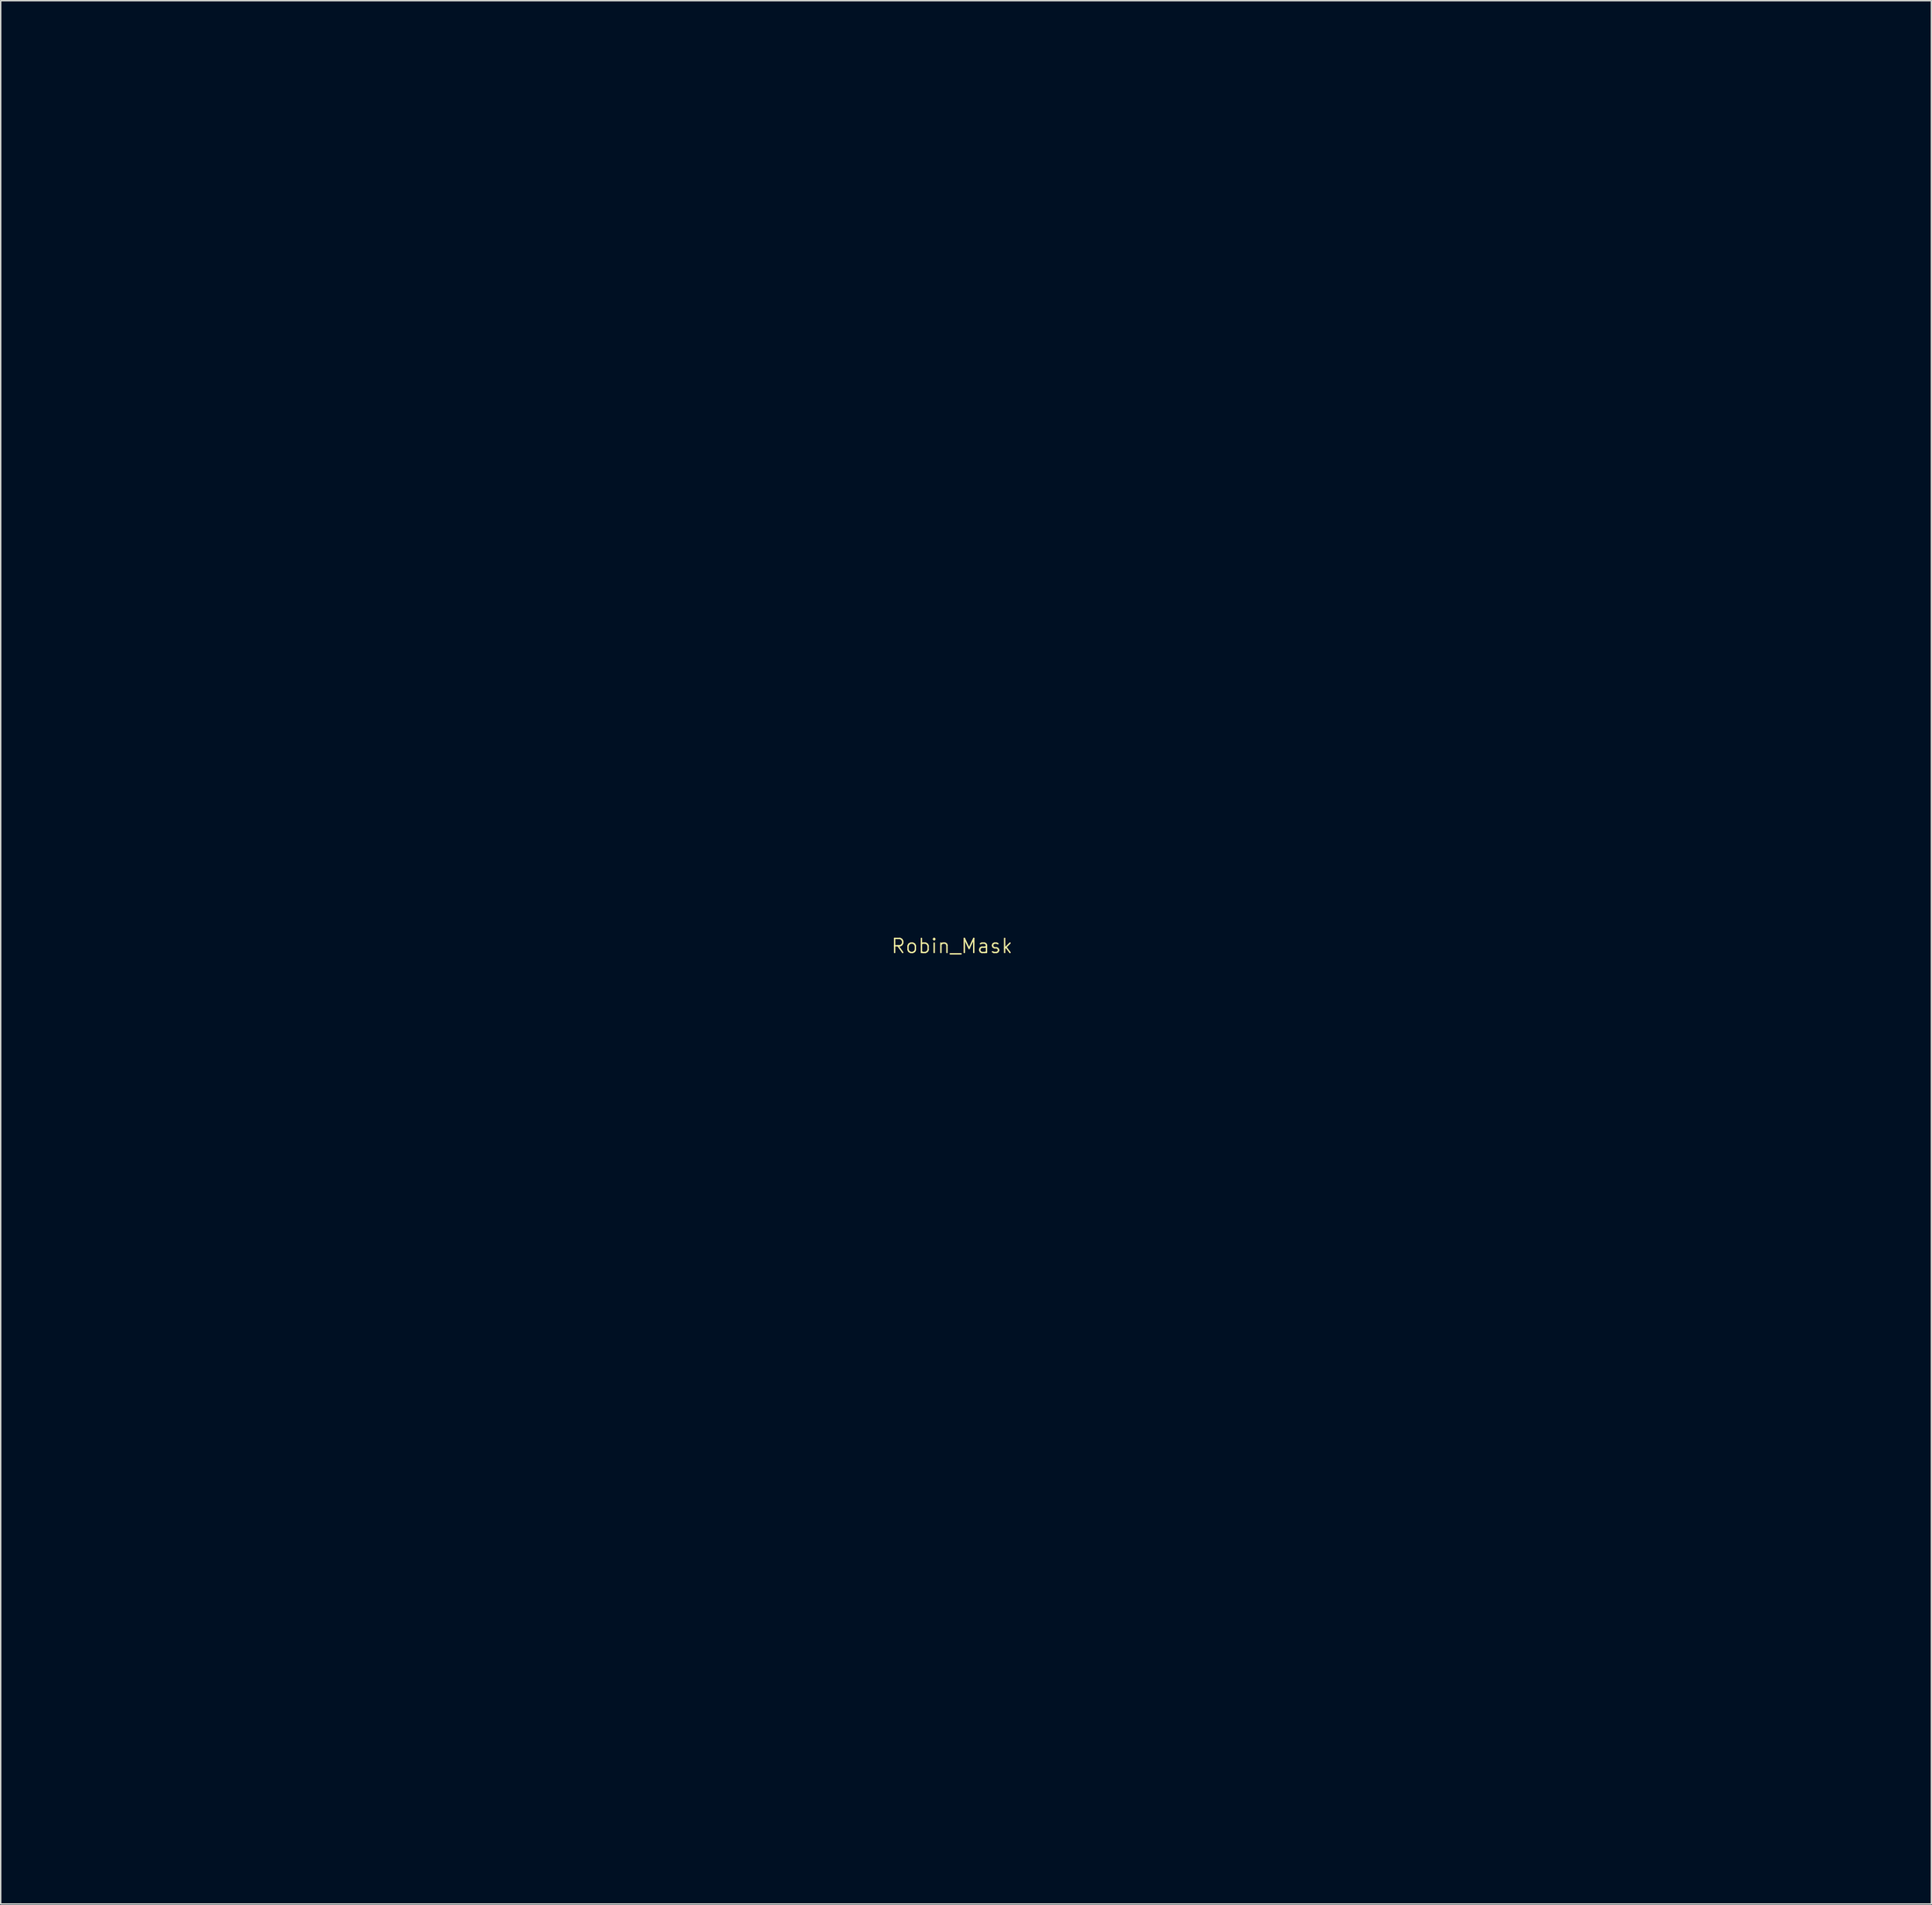
<source format=kicad_pcb>
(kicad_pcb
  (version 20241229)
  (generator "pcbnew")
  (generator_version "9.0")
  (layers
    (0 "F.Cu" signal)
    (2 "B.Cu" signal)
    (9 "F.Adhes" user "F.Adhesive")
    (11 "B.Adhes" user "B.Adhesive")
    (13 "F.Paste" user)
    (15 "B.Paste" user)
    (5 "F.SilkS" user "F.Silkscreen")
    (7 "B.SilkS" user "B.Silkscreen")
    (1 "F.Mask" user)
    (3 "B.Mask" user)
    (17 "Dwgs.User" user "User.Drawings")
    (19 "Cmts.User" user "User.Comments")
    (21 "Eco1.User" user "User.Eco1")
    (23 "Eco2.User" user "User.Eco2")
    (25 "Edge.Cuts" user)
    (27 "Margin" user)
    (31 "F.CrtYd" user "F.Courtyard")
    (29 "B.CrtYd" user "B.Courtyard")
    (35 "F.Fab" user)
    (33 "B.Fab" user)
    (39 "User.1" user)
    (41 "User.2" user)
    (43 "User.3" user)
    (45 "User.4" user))
  (footprint "Robin_Mask"
    (layer "F.Cu")
    (at 64.546 64.626)
    (property "Reference" "Robin_Mask" (at 0 -0.5 0) (unlocked yes) (layer "F.SilkS") (effects (font (size 1 1) (thickness 0.1))))
    (attr smd)
    (fp_poly (pts (xy -0.712 -16.014) (xy -0.712 -16.014) (xy -0.712 -16.014)) (stroke (width -0.000001) (type solid)) (fill yes) (layer "F.Mask"))
    (fp_poly (pts (xy 63.024 42.158) (xy 63.024 42.158) (xy 63.024 42.158)) (stroke (width -0.000001) (type solid)) (fill yes) (layer "F.Mask"))
    (fp_poly (pts (xy -28.945 35.478) (xy -28.9 35.481) (xy -28.855 35.487) (xy -28.81 35.496) (xy -28.765 35.506) (xy -28.721 35.519) (xy -28.678 35.534) (xy -28.635 35.551) (xy -28.594 35.57) (xy -28.554 35.591) (xy -28.515 35.614) (xy -28.477 35.638) (xy -28.44 35.665) (xy -28.405 35.693) (xy -28.371 35.723) (xy -28.338 35.755) (xy -28.307 35.788) (xy -28.278 35.823) (xy -28.25 35.86) (xy -28.224 35.898) (xy -27.952 36.3) (xy -27.665 36.691) (xy -27.357 37.068) (xy -27.022 37.43) (xy -26.656 37.776) (xy -26.253 38.104) (xy -25.807 38.413) (xy -25.314 38.701) (xy -24.769 38.967) (xy -24.164 39.209) (xy -23.497 39.426) (xy -22.76 39.616) (xy -21.949 39.779) (xy -21.059 39.911) (xy -20.084 40.013) (xy -19.019 40.082) (xy -18.971 40.085) (xy -18.924 40.091) (xy -18.878 40.099) (xy -18.833 40.109) (xy -18.789 40.122) (xy -18.746 40.136) (xy -18.703 40.153) (xy -18.662 40.171) (xy -18.622 40.192) (xy -18.583 40.214) (xy -18.546 40.238) (xy -18.509 40.264) (xy -18.474 40.292) (xy -18.441 40.321) (xy -18.408 40.351) (xy -18.378 40.384) (xy -18.349 40.417) (xy -18.321 40.452) (xy -18.295 40.488) (xy -18.271 40.526) (xy -18.249 40.564) (xy -18.229 40.604) (xy -18.21 40.645) (xy -18.194 40.687) (xy -18.179 40.73) (xy -18.166 40.773) (xy -18.156 40.818) (xy -18.148 40.863) (xy -18.142 40.909) (xy -18.138 40.956) (xy -18.137 41.003) (xy -18.138 41.05) (xy -18.141 41.098) (xy -18.147 41.145) (xy -18.155 41.191) (xy -18.166 41.236) (xy -18.178 41.28) (xy -18.193 41.323) (xy -18.209 41.366) (xy -18.228 41.407) (xy -18.248 41.447) (xy -18.271 41.486) (xy -18.295 41.523) (xy -18.32 41.56) (xy -18.348 41.595) (xy -18.377 41.629) (xy -18.408 41.661) (xy -18.44 41.691) (xy -18.473 41.72) (xy -18.508 41.748) (xy -18.545 41.774) (xy -18.582 41.798) (xy -18.621 41.82) (xy -18.661 41.84) (xy -18.701 41.859) (xy -18.743 41.876) (xy -18.786 41.89) (xy -18.83 41.903) (xy -18.874 41.913) (xy -18.919 41.921) (xy -18.965 41.927) (xy -19.012 41.931) (xy -19.059 41.932) (xy -19.107 41.931) (xy -19.688 41.898) (xy -20.248 41.853) (xy -20.789 41.798) (xy -21.31 41.732) (xy -21.812 41.657) (xy -22.295 41.571) (xy -22.76 41.476) (xy -23.207 41.371) (xy -23.637 41.258) (xy -24.05 41.136) (xy -24.447 41.006) (xy -24.828 40.868) (xy -25.193 40.722) (xy -25.543 40.569) (xy -25.878 40.409) (xy -26.2 40.242) (xy -26.507 40.069) (xy -26.801 39.889) (xy -27.083 39.704) (xy -27.352 39.513) (xy -27.609 39.317) (xy -27.854 39.116) (xy -28.089 38.911) (xy -28.313 38.701) (xy -28.527 38.488) (xy -28.731 38.27) (xy -29.112 37.826) (xy -29.459 37.371) (xy -29.777 36.908) (xy -29.801 36.869) (xy -29.823 36.829) (xy -29.843 36.788) (xy -29.861 36.746) (xy -29.876 36.703) (xy -29.89 36.66) (xy -29.901 36.616) (xy -29.911 36.572) (xy -29.918 36.528) (xy -29.923 36.483) (xy -29.926 36.438) (xy -29.926 36.392) (xy -29.925 36.347) (xy -29.921 36.301) (xy -29.915 36.256) (xy -29.906 36.211) (xy -29.896 36.166) (xy -29.883 36.122) (xy -29.868 36.079) (xy -29.851 36.037) (xy -29.832 35.996) (xy -29.811 35.956) (xy -29.788 35.917) (xy -29.764 35.879) (xy -29.737 35.842) (xy -29.709 35.807) (xy -29.679 35.773) (xy -29.647 35.741) (xy -29.614 35.71) (xy -29.579 35.68) (xy -29.543 35.652) (xy -29.505 35.627) (xy -29.466 35.602) (xy -29.426 35.58) (xy -29.385 35.56) (xy -29.344 35.543) (xy -29.301 35.527) (xy -29.258 35.513) (xy -29.215 35.501) (xy -29.17 35.492) (xy -29.126 35.485) (xy -29.081 35.48) (xy -29.036 35.477) (xy -28.991 35.476)) (stroke (width -0.000001) (type solid)) (fill yes) (layer "F.Mask"))
    (fp_poly (pts (xy -11.228 41.049) (xy -11.183 41.053) (xy -11.138 41.059) (xy -11.093 41.067) (xy -11.049 41.078) (xy -11.005 41.09) (xy -10.962 41.105) (xy -10.919 41.122) (xy -10.877 41.141) (xy -10.837 41.162) (xy -10.797 41.185) (xy -10.759 41.21) (xy -10.722 41.236) (xy -10.687 41.264) (xy -10.653 41.294) (xy -10.621 41.326) (xy -10.59 41.359) (xy -10.561 41.393) (xy -10.533 41.429) (xy -10.507 41.467) (xy -10.484 41.505) (xy -10.461 41.545) (xy -10.441 41.586) (xy -10.423 41.628) (xy -10.407 41.672) (xy -10.393 41.715) (xy -10.381 41.759) (xy -10.372 41.804) (xy -10.365 41.849) (xy -10.36 41.894) (xy -10.357 41.939) (xy -10.356 41.984) (xy -10.358 42.029) (xy -10.362 42.074) (xy -10.368 42.119) (xy -10.376 42.164) (xy -10.386 42.208) (xy -10.399 42.252) (xy -10.414 42.295) (xy -10.431 42.338) (xy -10.45 42.38) (xy -10.471 42.42) (xy -10.494 42.46) (xy -10.519 42.498) (xy -10.546 42.535) (xy -10.574 42.57) (xy -10.604 42.604) (xy -10.635 42.636) (xy -10.669 42.667) (xy -10.703 42.696) (xy -10.739 42.724) (xy -10.777 42.749) (xy -10.815 42.773) (xy -10.855 42.795) (xy -10.896 42.815) (xy -10.939 42.834) (xy -12.88 43.588) (xy -13.341 43.778) (xy -13.787 43.977) (xy -14.005 44.08) (xy -14.218 44.187) (xy -14.426 44.298) (xy -14.63 44.414) (xy -14.829 44.533) (xy -15.023 44.658) (xy -15.212 44.787) (xy -15.396 44.922) (xy -15.575 45.064) (xy -15.749 45.213) (xy -15.918 45.37) (xy -16.082 45.535) (xy -16.24 45.71) (xy -16.394 45.894) (xy -16.542 46.089) (xy -16.684 46.294) (xy -16.822 46.512) (xy -16.953 46.742) (xy -17.08 46.985) (xy -17.2 47.242) (xy -17.221 47.285) (xy -17.243 47.326) (xy -17.268 47.366) (xy -17.294 47.405) (xy -17.321 47.441) (xy -17.351 47.476) (xy -17.381 47.51) (xy -17.414 47.541) (xy -17.447 47.571) (xy -17.482 47.599) (xy -17.518 47.626) (xy -17.556 47.65) (xy -17.594 47.673) (xy -17.633 47.694) (xy -17.674 47.712) (xy -17.715 47.729) (xy -17.757 47.744) (xy -17.799 47.757) (xy -17.842 47.768) (xy -17.886 47.777) (xy -17.93 47.783) (xy -17.974 47.788) (xy -18.019 47.79) (xy -18.064 47.791) (xy -18.109 47.789) (xy -18.155 47.785) (xy -18.2 47.778) (xy -18.245 47.769) (xy -18.29 47.758) (xy -18.335 47.745) (xy -18.379 47.729) (xy -18.423 47.71) (xy -18.465 47.691) (xy -18.505 47.669) (xy -18.544 47.646) (xy -18.582 47.62) (xy -18.618 47.593) (xy -18.653 47.564) (xy -18.687 47.534) (xy -18.719 47.502) (xy -18.749 47.468) (xy -18.778 47.433) (xy -18.805 47.397) (xy -18.83 47.359) (xy -18.853 47.32) (xy -18.875 47.279) (xy -18.894 47.238) (xy -18.912 47.195) (xy -18.927 47.152) (xy -18.94 47.108) (xy -18.951 47.064) (xy -18.96 47.019) (xy -18.966 46.974) (xy -18.97 46.929) (xy -18.973 46.884) (xy -18.972 46.839) (xy -18.97 46.794) (xy -18.965 46.748) (xy -18.959 46.704) (xy -18.95 46.659) (xy -18.939 46.615) (xy -18.925 46.571) (xy -18.91 46.528) (xy -18.892 46.486) (xy -18.738 46.161) (xy -18.575 45.851) (xy -18.403 45.555) (xy -18.222 45.273) (xy -18.033 45.004) (xy -17.837 44.748) (xy -17.633 44.505) (xy -17.423 44.274) (xy -17.206 44.054) (xy -16.984 43.846) (xy -16.758 43.649) (xy -16.526 43.463) (xy -16.291 43.287) (xy -16.052 43.121) (xy -15.81 42.964) (xy -15.566 42.816) (xy -15.319 42.676) (xy -15.072 42.544) (xy -14.823 42.418) (xy -14.574 42.298) (xy -14.073 42.073) (xy -13.574 41.866) (xy -11.628 41.115) (xy -11.585 41.099) (xy -11.542 41.085) (xy -11.497 41.073) (xy -11.453 41.064) (xy -11.408 41.056) (xy -11.363 41.051) (xy -11.318 41.048) (xy -11.273 41.048)) (stroke (width -0.000001) (type solid)) (fill yes) (layer "F.Mask"))
    (fp_poly (pts (xy -7.845 29.017) (xy -7.766 29.022) (xy -7.688 29.031) (xy -7.61 29.043) (xy -7.534 29.06) (xy -7.459 29.079) (xy -7.386 29.103) (xy -7.314 29.13) (xy -7.243 29.16) (xy -7.175 29.194) (xy -7.108 29.23) (xy -7.043 29.27) (xy -6.98 29.313) (xy -6.919 29.359) (xy -6.86 29.408) (xy -6.804 29.459) (xy -6.751 29.513) (xy -6.699 29.57) (xy -6.651 29.629) (xy -6.605 29.691) (xy -6.563 29.754) (xy -6.523 29.821) (xy -6.486 29.889) (xy -6.453 29.959) (xy -6.423 30.031) (xy -6.396 30.106) (xy -6.374 30.182) (xy -6.354 30.259) (xy -6.339 30.339) (xy -6.327 30.419) (xy -6.264 30.915) (xy -6.195 31.386) (xy -6.12 31.835) (xy -6.04 32.263) (xy -5.869 33.065) (xy -5.687 33.809) (xy -5.317 35.187) (xy -5.141 35.853) (xy -4.98 36.525) (xy -4.908 36.868) (xy -4.845 37.217) (xy -4.792 37.572) (xy -4.751 37.935) (xy -4.721 38.306) (xy -4.704 38.685) (xy -4.701 39.074) (xy -4.713 39.472) (xy -4.741 39.882) (xy -4.786 40.302) (xy -4.848 40.735) (xy -4.928 41.181) (xy -5.029 41.64) (xy -5.149 42.113) (xy -5.292 42.601) (xy -5.456 43.105) (xy -5.485 43.182) (xy -5.517 43.256) (xy -5.552 43.328) (xy -5.591 43.397) (xy -5.633 43.464) (xy -5.677 43.528) (xy -5.725 43.59) (xy -5.775 43.649) (xy -5.828 43.705) (xy -5.884 43.758) (xy -5.941 43.809) (xy -6.001 43.856) (xy -6.064 43.9) (xy -6.128 43.942) (xy -6.194 43.98) (xy -6.261 44.015) (xy -6.33 44.047) (xy -6.401 44.075) (xy -6.473 44.1) (xy -6.546 44.122) (xy -6.621 44.14) (xy -6.696 44.154) (xy -6.772 44.165) (xy -6.849 44.172) (xy -6.926 44.176) (xy -7.004 44.176) (xy -7.082 44.171) (xy -7.161 44.163) (xy -7.239 44.151) (xy -7.318 44.134) (xy -7.396 44.114) (xy -7.474 44.089) (xy -7.55 44.061) (xy -7.625 44.029) (xy -7.696 43.993) (xy -7.766 43.955) (xy -7.833 43.913) (xy -7.897 43.868) (xy -7.959 43.821) (xy -8.017 43.77) (xy -8.074 43.717) (xy -8.127 43.662) (xy -8.177 43.604) (xy -8.225 43.544) (xy -8.269 43.482) (xy -8.311 43.418) (xy -8.349 43.352) (xy -8.384 43.284) (xy -8.416 43.215) (xy -8.444 43.145) (xy -8.469 43.072) (xy -8.491 42.999) (xy -8.509 42.925) (xy -8.523 42.85) (xy -8.534 42.773) (xy -8.541 42.697) (xy -8.545 42.619) (xy -8.544 42.541) (xy -8.54 42.463) (xy -8.532 42.385) (xy -8.52 42.306) (xy -8.503 42.228) (xy -8.483 42.15) (xy -8.458 42.072) (xy -8.32 41.655) (xy -8.201 41.264) (xy -8.101 40.897) (xy -8.019 40.552) (xy -7.953 40.226) (xy -7.903 39.916) (xy -7.868 39.621) (xy -7.848 39.338) (xy -7.84 39.065) (xy -7.845 38.799) (xy -7.861 38.537) (xy -7.887 38.278) (xy -7.923 38.019) (xy -7.968 37.758) (xy -8.02 37.492) (xy -8.079 37.218) (xy -8.22 36.642) (xy -8.388 36.017) (xy -8.77 34.59) (xy -8.967 33.771) (xy -9.157 32.87) (xy -9.331 31.878) (xy -9.409 31.345) (xy -9.48 30.787) (xy -9.487 30.705) (xy -9.49 30.625) (xy -9.489 30.545) (xy -9.485 30.465) (xy -9.476 30.387) (xy -9.463 30.31) (xy -9.447 30.234) (xy -9.427 30.159) (xy -9.404 30.085) (xy -9.377 30.013) (xy -9.347 29.943) (xy -9.313 29.874) (xy -9.276 29.807) (xy -9.236 29.742) (xy -9.193 29.679) (xy -9.148 29.619) (xy -9.099 29.56) (xy -9.048 29.504) (xy -8.994 29.45) (xy -8.937 29.399) (xy -8.878 29.35) (xy -8.816 29.305) (xy -8.752 29.262) (xy -8.686 29.222) (xy -8.618 29.186) (xy -8.547 29.152) (xy -8.475 29.123) (xy -8.401 29.096) (xy -8.325 29.073) (xy -8.247 29.054) (xy -8.168 29.038) (xy -8.087 29.027) (xy -8.006 29.02) (xy -7.925 29.016)) (stroke (width -0.000001) (type solid)) (fill yes) (layer "F.Mask"))
    (fp_poly (pts (xy 3.029 32.859) (xy 3.106 32.863) (xy 3.184 32.871) (xy 3.26 32.883) (xy 3.336 32.899) (xy 3.411 32.918) (xy 3.485 32.941) (xy 3.558 32.967) (xy 3.63 32.998) (xy 3.7 33.031) (xy 3.768 33.068) (xy 3.835 33.109) (xy 3.9 33.153) (xy 3.963 33.2) (xy 4.024 33.25) (xy 4.081 33.303) (xy 4.136 33.359) (xy 4.188 33.417) (xy 4.237 33.478) (xy 4.283 33.54) (xy 4.325 33.605) (xy 4.365 33.672) (xy 4.401 33.74) (xy 4.434 33.811) (xy 4.463 33.882) (xy 4.489 33.956) (xy 4.511 34.03) (xy 4.53 34.106) (xy 4.544 34.183) (xy 4.555 34.261) (xy 4.618 34.737) (xy 4.691 35.186) (xy 4.773 35.608) (xy 4.865 36.007) (xy 4.964 36.385) (xy 5.071 36.744) (xy 5.185 37.086) (xy 5.306 37.414) (xy 5.432 37.73) (xy 5.562 38.037) (xy 5.836 38.63) (xy 6.415 39.8) (xy 6.706 40.417) (xy 6.981 41.074) (xy 7.109 41.42) (xy 7.228 41.777) (xy 7.337 42.148) (xy 7.435 42.532) (xy 7.519 42.93) (xy 7.588 43.343) (xy 7.64 43.772) (xy 7.675 44.218) (xy 7.689 44.681) (xy 7.682 45.161) (xy 7.653 45.661) (xy 7.598 46.179) (xy 7.587 46.257) (xy 7.571 46.334) (xy 7.552 46.41) (xy 7.529 46.484) (xy 7.502 46.557) (xy 7.472 46.629) (xy 7.439 46.699) (xy 7.402 46.767) (xy 7.362 46.833) (xy 7.319 46.897) (xy 7.272 46.96) (xy 7.223 47.02) (xy 7.17 47.077) (xy 7.115 47.132) (xy 7.057 47.185) (xy 6.996 47.235) (xy 6.932 47.281) (xy 6.867 47.325) (xy 6.8 47.364) (xy 6.731 47.401) (xy 6.66 47.434) (xy 6.588 47.463) (xy 6.515 47.489) (xy 6.441 47.511) (xy 6.366 47.53) (xy 6.29 47.544) (xy 6.213 47.556) (xy 6.136 47.563) (xy 6.058 47.567) (xy 5.98 47.566) (xy 5.901 47.562) (xy 5.823 47.554) (xy 5.745 47.542) (xy 5.668 47.527) (xy 5.593 47.507) (xy 5.518 47.485) (xy 5.445 47.458) (xy 5.374 47.428) (xy 5.304 47.395) (xy 5.235 47.358) (xy 5.169 47.318) (xy 5.105 47.275) (xy 5.043 47.228) (xy 4.983 47.179) (xy 4.925 47.126) (xy 4.87 47.071) (xy 4.817 47.012) (xy 4.768 46.951) (xy 4.721 46.888) (xy 4.678 46.823) (xy 4.638 46.755) (xy 4.601 46.686) (xy 4.569 46.616) (xy 4.539 46.544) (xy 4.513 46.471) (xy 4.491 46.397) (xy 4.473 46.322) (xy 4.458 46.246) (xy 4.447 46.169) (xy 4.439 46.091) (xy 4.436 46.014) (xy 4.436 45.936) (xy 4.44 45.857) (xy 4.448 45.779) (xy 4.492 45.385) (xy 4.519 45.018) (xy 4.531 44.675) (xy 4.529 44.354) (xy 4.512 44.051) (xy 4.482 43.764) (xy 4.439 43.491) (xy 4.383 43.229) (xy 4.316 42.975) (xy 4.237 42.726) (xy 4.148 42.48) (xy 4.049 42.235) (xy 3.941 41.987) (xy 3.823 41.733) (xy 3.565 41.201) (xy 2.972 39.991) (xy 2.657 39.3) (xy 2.348 38.539) (xy 2.199 38.13) (xy 2.055 37.7) (xy 1.919 37.249) (xy 1.792 36.775) (xy 1.675 36.277) (xy 1.57 35.754) (xy 1.478 35.206) (xy 1.401 34.63) (xy 1.394 34.552) (xy 1.391 34.474) (xy 1.391 34.395) (xy 1.395 34.318) (xy 1.404 34.24) (xy 1.416 34.164) (xy 1.431 34.088) (xy 1.45 34.013) (xy 1.473 33.939) (xy 1.5 33.866) (xy 1.53 33.794) (xy 1.564 33.724) (xy 1.601 33.656) (xy 1.641 33.589) (xy 1.685 33.524) (xy 1.732 33.461) (xy 1.783 33.4) (xy 1.836 33.343) (xy 1.892 33.288) (xy 1.95 33.236) (xy 2.01 33.187) (xy 2.073 33.141) (xy 2.137 33.099) (xy 2.204 33.059) (xy 2.273 33.023) (xy 2.343 32.99) (xy 2.415 32.961) (xy 2.488 32.935) (xy 2.563 32.913) (xy 2.639 32.895) (xy 2.716 32.88) (xy 2.794 32.869) (xy 2.794 32.869) (xy 2.872 32.861) (xy 2.951 32.858)) (stroke (width -0.000001) (type solid)) (fill yes) (layer "F.Mask"))
    (fp_poly (pts (xy -19.22 -14.44) (xy -18.17 -14.404) (xy -17.149 -14.34) (xy -16.152 -14.252) (xy -14.208 -14.032) (xy -12.293 -13.792) (xy -10.365 -13.576) (xy -9.382 -13.493) (xy -8.38 -13.433) (xy -7.353 -13.403) (xy -6.295 -13.408) (xy -5.201 -13.455) (xy -4.066 -13.549) (xy -3.987 -13.555) (xy -3.909 -13.558) (xy -3.831 -13.556) (xy -3.753 -13.551) (xy -3.676 -13.541) (xy -3.599 -13.528) (xy -3.524 -13.512) (xy -3.449 -13.491) (xy -3.375 -13.468) (xy -3.303 -13.44) (xy -3.232 -13.409) (xy -3.162 -13.374) (xy -3.094 -13.336) (xy -3.028 -13.295) (xy -2.964 -13.25) (xy -2.901 -13.202) (xy -2.841 -13.151) (xy -2.784 -13.097) (xy -2.73 -13.041) (xy -2.679 -12.982) (xy -2.631 -12.921) (xy -2.586 -12.858) (xy -2.545 -12.792) (xy -2.506 -12.725) (xy -2.471 -12.656) (xy -2.439 -12.585) (xy -2.411 -12.513) (xy -2.386 -12.44) (xy -2.365 -12.365) (xy -2.347 -12.289) (xy -2.333 -12.211) (xy -2.323 -12.133) (xy -2.317 -12.055) (xy -2.315 -11.976) (xy -2.317 -11.898) (xy -2.322 -11.821) (xy -2.331 -11.743) (xy -2.344 -11.667) (xy -2.361 -11.591) (xy -2.381 -11.517) (xy -2.405 -11.443) (xy -2.433 -11.37) (xy -2.464 -11.299) (xy -2.498 -11.23) (xy -2.536 -11.162) (xy -2.578 -11.096) (xy -2.623 -11.031) (xy -2.671 -10.969) (xy -2.722 -10.909) (xy -2.776 -10.852) (xy -2.832 -10.798) (xy -2.891 -10.747) (xy -2.952 -10.699) (xy -3.015 -10.654) (xy -3.08 -10.612) (xy -3.148 -10.574) (xy -3.217 -10.539) (xy -3.287 -10.507) (xy -3.359 -10.478) (xy -3.433 -10.454) (xy -3.508 -10.432) (xy -3.584 -10.415) (xy -3.661 -10.401) (xy -3.739 -10.391) (xy -4.995 -10.285) (xy -6.199 -10.229) (xy -7.356 -10.217) (xy -8.471 -10.242) (xy -9.548 -10.298) (xy -10.592 -10.38) (xy -12.601 -10.596) (xy -16.428 -11.067) (xy -17.373 -11.157) (xy -18.322 -11.225) (xy -19.281 -11.264) (xy -20.253 -11.268) (xy -20.858 -11.241) (xy -21.45 -11.182) (xy -22.029 -11.092) (xy -22.594 -10.976) (xy -23.143 -10.835) (xy -23.676 -10.672) (xy -24.191 -10.491) (xy -24.688 -10.293) (xy -25.164 -10.082) (xy -25.62 -9.86) (xy -26.054 -9.631) (xy -26.464 -9.396) (xy -26.85 -9.158) (xy -27.21 -8.921) (xy -27.544 -8.688) (xy -27.851 -8.459) (xy -27.914 -8.413) (xy -27.98 -8.37) (xy -28.047 -8.33) (xy -28.116 -8.294) (xy -28.187 -8.262) (xy -28.259 -8.233) (xy -28.332 -8.207) (xy -28.406 -8.185) (xy -28.482 -8.167) (xy -28.558 -8.152) (xy -28.635 -8.142) (xy -28.712 -8.135) (xy -28.79 -8.131) (xy -28.868 -8.132) (xy -28.946 -8.136) (xy -29.025 -8.145) (xy -29.103 -8.157) (xy -29.179 -8.173) (xy -29.255 -8.192) (xy -29.329 -8.216) (xy -29.402 -8.243) (xy -29.474 -8.273) (xy -29.544 -8.307) (xy -29.612 -8.344) (xy -29.678 -8.384) (xy -29.742 -8.428) (xy -29.804 -8.474) (xy -29.863 -8.524) (xy -29.921 -8.577) (xy -29.976 -8.633) (xy -30.028 -8.691) (xy -30.077 -8.752) (xy -30.125 -8.818) (xy -30.17 -8.886) (xy -30.21 -8.955) (xy -30.246 -9.026) (xy -30.279 -9.097) (xy -30.308 -9.17) (xy -30.333 -9.244) (xy -30.354 -9.318) (xy -30.372 -9.393) (xy -30.385 -9.469) (xy -30.396 -9.545) (xy -30.402 -9.621) (xy -30.405 -9.697) (xy -30.404 -9.774) (xy -30.399 -9.85) (xy -30.391 -9.925) (xy -30.38 -10.001) (xy -30.364 -10.075) (xy -30.345 -10.149) (xy -30.323 -10.222) (xy -30.297 -10.294) (xy -30.268 -10.365) (xy -30.235 -10.434) (xy -30.198 -10.502) (xy -30.158 -10.568) (xy -30.115 -10.633) (xy -30.068 -10.696) (xy -30.018 -10.757) (xy -29.965 -10.815) (xy -29.908 -10.872) (xy -29.848 -10.926) (xy -29.784 -10.977) (xy -28.996 -11.548) (xy -28.554 -11.841) (xy -28.081 -12.134) (xy -27.579 -12.423) (xy -27.047 -12.707) (xy -26.487 -12.98) (xy -25.9 -13.24) (xy -25.286 -13.483) (xy -24.646 -13.707) (xy -23.98 -13.907) (xy -23.291 -14.081) (xy -22.577 -14.224) (xy -21.841 -14.335) (xy -21.083 -14.408) (xy -20.304 -14.442)) (stroke (width -0.000001) (type solid)) (fill yes) (layer "F.Mask"))
    (fp_poly (pts (xy -20.544 39.586) (xy -19.064 39.652) (xy -17.578 39.772) (xy -16.087 39.943) (xy -14.59 40.161) (xy -13.086 40.423) (xy -11.574 40.723) (xy -8.528 41.427) (xy -5.447 42.243) (xy -2.328 43.14) (xy 0.833 44.088) (xy 12.213 47.029) (xy 17.157 48.201) (xy 19.494 48.682) (xy 21.761 49.079) (xy 23.973 49.386) (xy 26.145 49.592) (xy 28.291 49.688) (xy 30.427 49.667) (xy 32.567 49.518) (xy 34.726 49.233) (xy 36.919 48.803) (xy 39.161 48.219) (xy 39.22 48.203) (xy 39.279 48.19) (xy 39.339 48.181) (xy 39.398 48.175) (xy 39.457 48.171) (xy 39.516 48.171) (xy 39.574 48.173) (xy 39.632 48.179) (xy 39.689 48.187) (xy 39.746 48.197) (xy 39.802 48.211) (xy 39.857 48.227) (xy 39.911 48.246) (xy 39.964 48.267) (xy 40.016 48.291) (xy 40.067 48.317) (xy 40.116 48.346) (xy 40.164 48.377) (xy 40.211 48.41) (xy 40.256 48.446) (xy 40.299 48.483) (xy 40.34 48.523) (xy 40.38 48.565) (xy 40.418 48.609) (xy 40.453 48.655) (xy 40.487 48.703) (xy 40.518 48.752) (xy 40.547 48.804) (xy 40.573 48.857) (xy 40.597 48.912) (xy 40.619 48.969) (xy 40.637 49.027) (xy 40.653 49.087) (xy 40.666 49.146) (xy 40.675 49.205) (xy 40.682 49.264) (xy 40.685 49.323) (xy 40.685 49.382) (xy 40.683 49.44) (xy 40.678 49.498) (xy 40.67 49.556) (xy 40.659 49.612) (xy 40.645 49.668) (xy 40.629 49.723) (xy 40.61 49.777) (xy 40.589 49.83) (xy 40.565 49.882) (xy 40.539 49.933) (xy 40.51 49.982) (xy 40.479 50.03) (xy 40.446 50.077) (xy 40.411 50.122) (xy 40.373 50.165) (xy 40.333 50.207) (xy 40.291 50.246) (xy 40.247 50.284) (xy 40.201 50.32) (xy 40.154 50.353) (xy 40.104 50.384) (xy 40.052 50.413) (xy 39.999 50.44) (xy 39.944 50.464) (xy 39.887 50.485) (xy 39.829 50.504) (xy 37.452 51.123) (xy 35.126 51.579) (xy 32.839 51.882) (xy 30.576 52.041) (xy 28.322 52.067) (xy 26.065 51.969) (xy 23.789 51.758) (xy 21.482 51.443) (xy 19.129 51.035) (xy 16.716 50.542) (xy 11.654 49.345) (xy 0.196 46.383) (xy 0.171 46.375) (xy 0.143 46.367) (xy -4.029 45.125) (xy -8.08 44.007) (xy -10.064 43.513) (xy -12.022 43.074) (xy -13.956 42.697) (xy -15.867 42.39) (xy -17.757 42.16) (xy -19.627 42.016) (xy -21.479 41.965) (xy -23.314 42.015) (xy -25.134 42.175) (xy -26.939 42.451) (xy -28.733 42.851) (xy -30.515 43.384) (xy -30.571 43.402) (xy -30.628 43.417) (xy -30.686 43.428) (xy -30.743 43.437) (xy -30.801 43.443) (xy -30.859 43.447) (xy -30.918 43.447) (xy -30.976 43.445) (xy -31.033 43.439) (xy -31.091 43.431) (xy -31.148 43.42) (xy -31.205 43.407) (xy -31.261 43.39) (xy -31.316 43.371) (xy -31.371 43.349) (xy -31.424 43.324) (xy -31.477 43.297) (xy -31.527 43.267) (xy -31.576 43.234) (xy -31.623 43.2) (xy -31.669 43.163) (xy -31.712 43.124) (xy -31.753 43.084) (xy -31.793 43.041) (xy -31.83 42.996) (xy -31.865 42.95) (xy -31.898 42.902) (xy -31.928 42.852) (xy -31.956 42.801) (xy -31.981 42.748) (xy -32.004 42.694) (xy -32.025 42.638) (xy -32.042 42.582) (xy -32.057 42.525) (xy -32.069 42.467) (xy -32.078 42.41) (xy -32.084 42.352) (xy -32.087 42.294) (xy -32.087 42.236) (xy -32.085 42.178) (xy -32.08 42.12) (xy -32.072 42.062) (xy -32.061 42.005) (xy -32.047 41.948) (xy -32.031 41.892) (xy -32.011 41.837) (xy -31.989 41.782) (xy -31.964 41.729) (xy -31.937 41.676) (xy -31.907 41.626) (xy -31.875 41.577) (xy -31.84 41.53) (xy -31.804 41.484) (xy -31.765 41.441) (xy -31.724 41.4) (xy -31.681 41.36) (xy -31.637 41.323) (xy -31.59 41.288) (xy -31.542 41.255) (xy -31.492 41.225) (xy -31.441 41.197) (xy -31.388 41.172) (xy -31.334 41.149) (xy -31.279 41.128) (xy -30.309 40.819) (xy -29.338 40.547) (xy -28.366 40.311) (xy -27.394 40.11) (xy -26.42 39.943) (xy -25.444 39.808) (xy -24.468 39.705) (xy -23.489 39.632) (xy -23.49 39.633) (xy -22.019 39.578)) (stroke (width -0.000001) (type solid)) (fill yes) (layer "F.Mask"))
    (fp_poly (pts (xy 20.085 3.779) (xy 20.131 3.781) (xy 20.176 3.786) (xy 20.222 3.793) (xy 20.266 3.803) (xy 20.31 3.814) (xy 20.354 3.827) (xy 20.396 3.843) (xy 20.438 3.861) (xy 20.479 3.88) (xy 20.518 3.902) (xy 20.557 3.925) (xy 20.594 3.951) (xy 20.631 3.978) (xy 20.666 4.007) (xy 20.699 4.038) (xy 20.731 4.071) (xy 20.762 4.105) (xy 21.262 4.707) (xy 21.768 5.346) (xy 22.277 6.014) (xy 22.784 6.708) (xy 23.285 7.422) (xy 23.777 8.15) (xy 24.256 8.887) (xy 24.718 9.629) (xy 25.159 10.369) (xy 25.576 11.103) (xy 25.964 11.825) (xy 26.319 12.529) (xy 26.638 13.212) (xy 26.918 13.867) (xy 27.153 14.488) (xy 27.34 15.072) (xy 27.344 15.087) (xy 27.348 15.105) (xy 27.536 15.814) (xy 27.748 16.523) (xy 27.982 17.23) (xy 28.234 17.931) (xy 28.504 18.622) (xy 28.786 19.301) (xy 29.08 19.963) (xy 29.382 20.606) (xy 29.689 21.226) (xy 29.999 21.82) (xy 30.31 22.384) (xy 30.617 22.915) (xy 30.92 23.41) (xy 31.214 23.865) (xy 31.498 24.277) (xy 31.768 24.642) (xy 31.795 24.679) (xy 31.82 24.717) (xy 31.844 24.757) (xy 31.865 24.797) (xy 31.884 24.838) (xy 31.901 24.88) (xy 31.916 24.923) (xy 31.929 24.966) (xy 31.939 25.01) (xy 31.948 25.054) (xy 31.954 25.099) (xy 31.959 25.144) (xy 31.961 25.189) (xy 31.96 25.235) (xy 31.958 25.281) (xy 31.953 25.326) (xy 31.946 25.372) (xy 31.937 25.417) (xy 31.926 25.461) (xy 31.912 25.504) (xy 31.897 25.547) (xy 31.879 25.588) (xy 31.859 25.629) (xy 31.838 25.669) (xy 31.814 25.707) (xy 31.789 25.745) (xy 31.762 25.781) (xy 31.733 25.816) (xy 31.702 25.849) (xy 31.67 25.882) (xy 31.636 25.912) (xy 31.6 25.941) (xy 31.563 25.968) (xy 31.525 25.993) (xy 31.486 26.016) (xy 31.445 26.038) (xy 31.404 26.057) (xy 31.362 26.074) (xy 31.32 26.089) (xy 31.276 26.102) (xy 31.233 26.112) (xy 31.188 26.121) (xy 31.143 26.127) (xy 31.098 26.131) (xy 31.053 26.134) (xy 31.007 26.133) (xy 30.962 26.131) (xy 30.916 26.126) (xy 30.871 26.119) (xy 30.826 26.11) (xy 30.782 26.098) (xy 30.738 26.085) (xy 30.696 26.069) (xy 30.654 26.052) (xy 30.613 26.032) (xy 30.574 26.011) (xy 30.535 25.987) (xy 30.497 25.962) (xy 30.461 25.935) (xy 30.426 25.906) (xy 30.393 25.875) (xy 30.361 25.843) (xy 30.33 25.809) (xy 30.301 25.773) (xy 29.99 25.354) (xy 29.67 24.893) (xy 29.012 23.856) (xy 28.347 22.685) (xy 27.692 21.4) (xy 27.375 20.722) (xy 27.067 20.023) (xy 26.771 19.306) (xy 26.49 18.574) (xy 26.225 17.83) (xy 25.978 17.076) (xy 25.753 16.314) (xy 25.551 15.548) (xy 25.559 15.584) (xy 25.406 15.117) (xy 25.201 14.593) (xy 24.949 14.02) (xy 24.653 13.404) (xy 24.319 12.753) (xy 23.951 12.074) (xy 23.129 10.659) (xy 22.222 9.218) (xy 21.267 7.807) (xy 20.782 7.13) (xy 20.298 6.483) (xy 19.819 5.872) (xy 19.35 5.304) (xy 19.32 5.267) (xy 19.293 5.229) (xy 19.267 5.19) (xy 19.244 5.15) (xy 19.223 5.109) (xy 19.204 5.068) (xy 19.187 5.025) (xy 19.173 4.983) (xy 19.16 4.939) (xy 19.15 4.896) (xy 19.142 4.852) (xy 19.136 4.808) (xy 19.132 4.763) (xy 19.13 4.719) (xy 19.131 4.674) (xy 19.133 4.63) (xy 19.138 4.586) (xy 19.144 4.542) (xy 19.153 4.498) (xy 19.164 4.455) (xy 19.177 4.413) (xy 19.192 4.371) (xy 19.209 4.329) (xy 19.229 4.288) (xy 19.25 4.249) (xy 19.273 4.21) (xy 19.299 4.172) (xy 19.326 4.135) (xy 19.355 4.099) (xy 19.387 4.065) (xy 19.42 4.031) (xy 19.456 4) (xy 19.455 4) (xy 19.491 3.971) (xy 19.528 3.944) (xy 19.566 3.919) (xy 19.605 3.895) (xy 19.646 3.874) (xy 19.687 3.855) (xy 19.729 3.838) (xy 19.771 3.823) (xy 19.815 3.81) (xy 19.859 3.8) (xy 19.903 3.791) (xy 19.948 3.785) (xy 19.993 3.78) (xy 20.039 3.779)) (stroke (width -0.000001) (type solid)) (fill yes) (layer "F.Mask"))
    (fp_poly (pts (xy 35.361 -49.631) (xy 35.407 -49.626) (xy 35.453 -49.619) (xy 35.5 -49.61) (xy 35.546 -49.598) (xy 35.546 -49.598) (xy 35.59 -49.584) (xy 35.633 -49.569) (xy 35.675 -49.551) (xy 35.716 -49.531) (xy 35.755 -49.51) (xy 35.794 -49.486) (xy 35.832 -49.461) (xy 35.868 -49.434) (xy 35.903 -49.405) (xy 35.936 -49.374) (xy 35.968 -49.342) (xy 35.998 -49.308) (xy 36.027 -49.273) (xy 36.054 -49.236) (xy 36.079 -49.198) (xy 36.102 -49.158) (xy 36.124 -49.118) (xy 36.143 -49.076) (xy 36.16 -49.034) (xy 36.175 -48.991) (xy 36.188 -48.947) (xy 36.199 -48.903) (xy 36.207 -48.859) (xy 36.213 -48.814) (xy 36.218 -48.769) (xy 36.22 -48.724) (xy 36.219 -48.679) (xy 36.217 -48.633) (xy 36.212 -48.588) (xy 36.205 -48.543) (xy 36.196 -48.498) (xy 36.184 -48.454) (xy 36.064 -48.046) (xy 35.938 -47.653) (xy 35.806 -47.273) (xy 35.668 -46.907) (xy 35.523 -46.555) (xy 35.373 -46.216) (xy 35.217 -45.891) (xy 35.055 -45.578) (xy 34.887 -45.279) (xy 34.713 -44.993) (xy 34.533 -44.72) (xy 34.347 -44.461) (xy 34.154 -44.214) (xy 33.956 -43.979) (xy 33.752 -43.758) (xy 33.542 -43.549) (xy 33.325 -43.354) (xy 33.103 -43.172) (xy 32.875 -43.003) (xy 32.641 -42.849) (xy 32.403 -42.708) (xy 32.16 -42.58) (xy 31.914 -42.466) (xy 31.663 -42.365) (xy 31.409 -42.277) (xy 31.153 -42.203) (xy 30.893 -42.142) (xy 30.632 -42.094) (xy 30.369 -42.06) (xy 30.104 -42.038) (xy 29.839 -42.029) (xy 29.573 -42.034) (xy 29.525 -42.037) (xy 29.479 -42.042) (xy 29.433 -42.05) (xy 29.387 -42.06) (xy 29.343 -42.072) (xy 29.3 -42.087) (xy 29.257 -42.103) (xy 29.216 -42.121) (xy 29.176 -42.141) (xy 29.137 -42.164) (xy 29.099 -42.187) (xy 29.063 -42.213) (xy 29.027 -42.24) (xy 28.994 -42.269) (xy 28.961 -42.3) (xy 28.93 -42.332) (xy 28.901 -42.365) (xy 28.873 -42.4) (xy 28.847 -42.436) (xy 28.823 -42.473) (xy 28.801 -42.512) (xy 28.78 -42.551) (xy 28.761 -42.592) (xy 28.744 -42.634) (xy 28.729 -42.676) (xy 28.717 -42.72) (xy 28.706 -42.764) (xy 28.697 -42.809) (xy 28.691 -42.855) (xy 28.687 -42.902) (xy 28.686 -42.949) (xy 28.686 -42.997) (xy 28.689 -43.042) (xy 28.694 -43.088) (xy 28.702 -43.133) (xy 28.711 -43.177) (xy 28.723 -43.221) (xy 28.737 -43.264) (xy 28.753 -43.307) (xy 28.771 -43.348) (xy 28.791 -43.389) (xy 28.813 -43.428) (xy 28.837 -43.467) (xy 28.862 -43.504) (xy 28.89 -43.54) (xy 28.919 -43.575) (xy 28.951 -43.608) (xy 28.984 -43.64) (xy 29.018 -43.671) (xy 29.054 -43.699) (xy 29.091 -43.726) (xy 29.129 -43.75) (xy 29.169 -43.773) (xy 29.209 -43.794) (xy 29.25 -43.812) (xy 29.292 -43.829) (xy 29.335 -43.844) (xy 29.378 -43.856) (xy 29.422 -43.866) (xy 29.467 -43.875) (xy 29.512 -43.881) (xy 29.557 -43.884) (xy 29.603 -43.886) (xy 29.649 -43.885) (xy 29.83 -43.882) (xy 30.009 -43.886) (xy 30.184 -43.898) (xy 30.356 -43.918) (xy 30.526 -43.946) (xy 30.693 -43.984) (xy 30.858 -44.03) (xy 31.021 -44.086) (xy 31.181 -44.151) (xy 31.34 -44.225) (xy 31.498 -44.31) (xy 31.654 -44.405) (xy 31.808 -44.51) (xy 31.962 -44.626) (xy 32.115 -44.753) (xy 32.266 -44.891) (xy 32.417 -45.041) (xy 32.567 -45.204) (xy 32.715 -45.38) (xy 32.862 -45.57) (xy 33.006 -45.773) (xy 33.149 -45.99) (xy 33.289 -46.22) (xy 33.426 -46.465) (xy 33.56 -46.724) (xy 33.692 -46.998) (xy 33.82 -47.286) (xy 33.945 -47.59) (xy 34.065 -47.909) (xy 34.182 -48.243) (xy 34.295 -48.593) (xy 34.403 -48.959) (xy 34.417 -49.005) (xy 34.433 -49.049) (xy 34.452 -49.092) (xy 34.472 -49.134) (xy 34.494 -49.174) (xy 34.518 -49.213) (xy 34.544 -49.25) (xy 34.571 -49.286) (xy 34.6 -49.321) (xy 34.631 -49.353) (xy 34.663 -49.385) (xy 34.696 -49.414) (xy 34.731 -49.442) (xy 34.767 -49.468) (xy 34.804 -49.493) (xy 34.842 -49.515) (xy 34.881 -49.536) (xy 34.922 -49.555) (xy 34.963 -49.572) (xy 35.005 -49.587) (xy 35.047 -49.6) (xy 35.091 -49.611) (xy 35.135 -49.619) (xy 35.179 -49.626) (xy 35.224 -49.631) (xy 35.27 -49.633) (xy 35.315 -49.633)) (stroke (width -0.000001) (type solid)) (fill yes) (layer "F.Mask"))
    (fp_poly (pts (xy 10.724 -7.456) (xy 10.77 -7.453) (xy 10.815 -7.448) (xy 10.861 -7.441) (xy 10.905 -7.432) (xy 10.949 -7.421) (xy 10.993 -7.407) (xy 11.035 -7.391) (xy 11.077 -7.374) (xy 11.118 -7.354) (xy 11.157 -7.332) (xy 11.196 -7.309) (xy 11.234 -7.284) (xy 11.27 -7.256) (xy 11.305 -7.227) (xy 11.338 -7.196) (xy 11.371 -7.164) (xy 11.401 -7.129) (xy 11.913 -6.475) (xy 12.379 -5.774) (xy 12.802 -5.034) (xy 13.183 -4.261) (xy 13.523 -3.463) (xy 13.826 -2.648) (xy 14.092 -1.822) (xy 14.324 -0.992) (xy 14.522 -0.166) (xy 14.69 0.649) (xy 14.828 1.445) (xy 14.938 2.217) (xy 15.022 2.955) (xy 15.083 3.654) (xy 15.12 4.306) (xy 15.137 4.904) (xy 15.137 4.933) (xy 15.136 5.297) (xy 15.144 5.654) (xy 15.162 6.003) (xy 15.189 6.345) (xy 15.226 6.68) (xy 15.271 7.008) (xy 15.385 7.644) (xy 15.53 8.252) (xy 15.701 8.835) (xy 15.897 9.392) (xy 16.114 9.925) (xy 16.349 10.434) (xy 16.599 10.921) (xy 16.861 11.386) (xy 17.133 11.829) (xy 17.411 12.253) (xy 17.692 12.657) (xy 18.253 13.41) (xy 18.28 13.447) (xy 18.305 13.485) (xy 18.328 13.524) (xy 18.349 13.565) (xy 18.368 13.606) (xy 18.385 13.648) (xy 18.4 13.69) (xy 18.413 13.734) (xy 18.424 13.778) (xy 18.432 13.822) (xy 18.438 13.867) (xy 18.443 13.912) (xy 18.445 13.957) (xy 18.444 14.003) (xy 18.442 14.049) (xy 18.437 14.094) (xy 18.43 14.14) (xy 18.42 14.185) (xy 18.409 14.229) (xy 18.395 14.272) (xy 18.38 14.315) (xy 18.362 14.356) (xy 18.343 14.397) (xy 18.321 14.437) (xy 18.297 14.475) (xy 18.272 14.513) (xy 18.245 14.549) (xy 18.216 14.584) (xy 18.185 14.617) (xy 18.153 14.649) (xy 18.119 14.68) (xy 18.083 14.709) (xy 18.046 14.736) (xy 18.008 14.761) (xy 17.968 14.784) (xy 17.928 14.805) (xy 17.887 14.824) (xy 17.845 14.841) (xy 17.802 14.856) (xy 17.759 14.869) (xy 17.715 14.88) (xy 17.671 14.888) (xy 17.626 14.895) (xy 17.581 14.899) (xy 17.536 14.901) (xy 17.49 14.901) (xy 17.444 14.898) (xy 17.399 14.894) (xy 17.353 14.887) (xy 17.308 14.877) (xy 17.264 14.866) (xy 17.221 14.852) (xy 17.178 14.837) (xy 17.137 14.819) (xy 17.096 14.8) (xy 17.056 14.778) (xy 17.018 14.755) (xy 16.98 14.729) (xy 16.944 14.702) (xy 16.909 14.673) (xy 16.875 14.643) (xy 16.843 14.61) (xy 16.813 14.576) (xy 16.784 14.541) (xy 16.182 13.729) (xy 15.875 13.284) (xy 15.567 12.811) (xy 15.264 12.311) (xy 14.969 11.783) (xy 14.686 11.228) (xy 14.418 10.643) (xy 14.169 10.03) (xy 13.944 9.388) (xy 13.745 8.716) (xy 13.577 8.014) (xy 13.443 7.281) (xy 13.348 6.518) (xy 13.294 5.724) (xy 13.286 4.898) (xy 13.286 4.927) (xy 13.268 4.396) (xy 13.227 3.806) (xy 13.163 3.165) (xy 13.074 2.482) (xy 12.961 1.765) (xy 12.824 1.023) (xy 12.661 0.264) (xy 12.473 -0.503) (xy 12.258 -1.27) (xy 12.017 -2.028) (xy 11.749 -2.77) (xy 11.454 -3.486) (xy 11.131 -4.168) (xy 10.78 -4.808) (xy 10.4 -5.398) (xy 9.991 -5.928) (xy 9.962 -5.964) (xy 9.935 -6.001) (xy 9.91 -6.039) (xy 9.887 -6.078) (xy 9.865 -6.118) (xy 9.846 -6.159) (xy 9.829 -6.201) (xy 9.814 -6.244) (xy 9.801 -6.287) (xy 9.791 -6.331) (xy 9.782 -6.375) (xy 9.775 -6.42) (xy 9.771 -6.466) (xy 9.769 -6.511) (xy 9.769 -6.557) (xy 9.772 -6.603) (xy 9.777 -6.649) (xy 9.784 -6.694) (xy 9.793 -6.739) (xy 9.804 -6.783) (xy 9.818 -6.826) (xy 9.833 -6.869) (xy 9.851 -6.91) (xy 9.87 -6.951) (xy 9.892 -6.991) (xy 9.915 -7.029) (xy 9.941 -7.067) (xy 9.968 -7.103) (xy 9.997 -7.138) (xy 10.028 -7.172) (xy 10.06 -7.204) (xy 10.095 -7.235) (xy 10.095 -7.235) (xy 10.13 -7.264) (xy 10.167 -7.291) (xy 10.205 -7.316) (xy 10.244 -7.339) (xy 10.285 -7.36) (xy 10.326 -7.379) (xy 10.368 -7.396) (xy 10.41 -7.411) (xy 10.454 -7.424) (xy 10.498 -7.435) (xy 10.542 -7.443) (xy 10.587 -7.45) (xy 10.632 -7.454) (xy 10.678 -7.456)) (stroke (width -0.000001) (type solid)) (fill yes) (layer "F.Mask"))
    (fp_poly (pts (xy 33.265 -54.799) (xy 33.309 -54.796) (xy 33.353 -54.791) (xy 33.397 -54.784) (xy 33.441 -54.774) (xy 33.484 -54.763) (xy 33.526 -54.75) (xy 33.568 -54.734) (xy 33.609 -54.717) (xy 33.649 -54.698) (xy 33.689 -54.676) (xy 33.727 -54.653) (xy 33.765 -54.628) (xy 33.801 -54.6) (xy 33.836 -54.571) (xy 33.87 -54.54) (xy 33.902 -54.507) (xy 33.934 -54.472) (xy 33.963 -54.436) (xy 33.991 -54.397) (xy 34.309 -53.917) (xy 34.603 -53.441) (xy 34.874 -52.967) (xy 35.123 -52.497) (xy 35.351 -52.029) (xy 35.558 -51.565) (xy 35.912 -50.646) (xy 36.191 -49.74) (xy 36.401 -48.847) (xy 36.548 -47.968) (xy 36.636 -47.103) (xy 36.672 -46.252) (xy 36.661 -45.416) (xy 36.608 -44.595) (xy 36.52 -43.79) (xy 36.401 -43) (xy 36.258 -42.227) (xy 35.921 -40.729) (xy 35.206 -37.913) (xy 35.051 -37.244) (xy 34.915 -36.588) (xy 34.803 -35.946) (xy 34.757 -35.63) (xy 34.719 -35.317) (xy 34.69 -35.008) (xy 34.669 -34.702) (xy 34.657 -34.4) (xy 34.654 -34.101) (xy 34.662 -33.805) (xy 34.68 -33.511) (xy 34.709 -33.219) (xy 34.751 -32.93) (xy 34.805 -32.641) (xy 34.871 -32.354) (xy 34.952 -32.067) (xy 35.047 -31.781) (xy 35.156 -31.495) (xy 35.281 -31.209) (xy 35.422 -30.923) (xy 35.579 -30.635) (xy 35.601 -30.595) (xy 35.621 -30.554) (xy 35.639 -30.512) (xy 35.654 -30.469) (xy 35.668 -30.426) (xy 35.679 -30.382) (xy 35.688 -30.337) (xy 35.695 -30.293) (xy 35.7 -30.248) (xy 35.702 -30.203) (xy 35.703 -30.157) (xy 35.701 -30.112) (xy 35.697 -30.067) (xy 35.691 -30.022) (xy 35.682 -29.977) (xy 35.671 -29.932) (xy 35.658 -29.888) (xy 35.643 -29.845) (xy 35.626 -29.802) (xy 35.607 -29.761) (xy 35.586 -29.721) (xy 35.563 -29.682) (xy 35.538 -29.644) (xy 35.511 -29.608) (xy 35.483 -29.573) (xy 35.453 -29.539) (xy 35.421 -29.507) (xy 35.387 -29.476) (xy 35.353 -29.447) (xy 35.316 -29.419) (xy 35.278 -29.393) (xy 35.239 -29.37) (xy 35.197 -29.347) (xy 35.155 -29.327) (xy 35.112 -29.309) (xy 35.068 -29.293) (xy 35.024 -29.28) (xy 34.98 -29.268) (xy 34.935 -29.26) (xy 34.891 -29.253) (xy 34.846 -29.249) (xy 34.801 -29.246) (xy 34.756 -29.246) (xy 34.712 -29.249) (xy 34.668 -29.253) (xy 34.624 -29.259) (xy 34.58 -29.268) (xy 34.537 -29.278) (xy 34.494 -29.291) (xy 34.452 -29.305) (xy 34.411 -29.322) (xy 34.371 -29.34) (xy 34.331 -29.361) (xy 34.292 -29.383) (xy 34.255 -29.408) (xy 34.218 -29.434) (xy 34.183 -29.462) (xy 34.149 -29.492) (xy 34.116 -29.524) (xy 34.085 -29.557) (xy 34.055 -29.593) (xy 34.027 -29.63) (xy 34 -29.669) (xy 33.975 -29.709) (xy 33.779 -30.07) (xy 33.603 -30.432) (xy 33.446 -30.794) (xy 33.309 -31.158) (xy 33.19 -31.522) (xy 33.089 -31.887) (xy 33.004 -32.252) (xy 32.935 -32.618) (xy 32.882 -32.983) (xy 32.844 -33.347) (xy 32.819 -33.711) (xy 32.807 -34.075) (xy 32.808 -34.437) (xy 32.821 -34.798) (xy 32.844 -35.158) (xy 32.878 -35.516) (xy 32.92 -35.873) (xy 32.971 -36.229) (xy 33.093 -36.938) (xy 33.239 -37.645) (xy 33.403 -38.351) (xy 34.124 -41.172) (xy 34.45 -42.59) (xy 34.589 -43.302) (xy 34.704 -44.017) (xy 34.792 -44.737) (xy 34.846 -45.463) (xy 34.862 -46.197) (xy 34.835 -46.939) (xy 34.76 -47.692) (xy 34.632 -48.455) (xy 34.445 -49.232) (xy 34.195 -50.022) (xy 33.877 -50.828) (xy 33.486 -51.651) (xy 33.016 -52.491) (xy 32.464 -53.35) (xy 32.438 -53.39) (xy 32.414 -53.431) (xy 32.393 -53.472) (xy 32.374 -53.515) (xy 32.357 -53.557) (xy 32.342 -53.601) (xy 32.33 -53.644) (xy 32.32 -53.688) (xy 32.312 -53.733) (xy 32.306 -53.777) (xy 32.303 -53.822) (xy 32.301 -53.866) (xy 32.302 -53.911) (xy 32.305 -53.955) (xy 32.31 -53.999) (xy 32.317 -54.043) (xy 32.326 -54.087) (xy 32.338 -54.13) (xy 32.351 -54.172) (xy 32.366 -54.214) (xy 32.384 -54.255) (xy 32.403 -54.295) (xy 32.424 -54.335) (xy 32.448 -54.373) (xy 32.473 -54.411) (xy 32.5 -54.447) (xy 32.53 -54.482) (xy 32.561 -54.516) (xy 32.594 -54.549) (xy 32.629 -54.58) (xy 32.665 -54.609) (xy 32.704 -54.637) (xy 32.704 -54.637) (xy 32.744 -54.663) (xy 32.785 -54.687) (xy 32.826 -54.708) (xy 32.868 -54.727) (xy 32.911 -54.744) (xy 32.955 -54.758) (xy 32.998 -54.771) (xy 33.042 -54.781) (xy 33.087 -54.789) (xy 33.131 -54.794) (xy 33.176 -54.798) (xy 33.22 -54.799)) (stroke (width -0.000001) (type solid)) (fill yes) (layer "F.Mask"))
    (fp_poly (pts (xy -31.484 -34.059) (xy -31.221 -34.054) (xy -30.961 -34.041) (xy -30.703 -34.02) (xy -30.448 -33.989) (xy -30.197 -33.946) (xy -29.949 -33.888) (xy -29.705 -33.816) (xy -29.465 -33.726) (xy -29.228 -33.617) (xy -29.111 -33.555) (xy -28.996 -33.488) (xy -28.881 -33.415) (xy -28.768 -33.337) (xy -28.655 -33.252) (xy -28.544 -33.161) (xy -28.434 -33.063) (xy -28.325 -32.959) (xy -28.024 -32.646) (xy -27.739 -32.321) (xy -27.472 -31.986) (xy -27.223 -31.64) (xy -26.991 -31.284) (xy -26.776 -30.92) (xy -26.402 -30.164) (xy -26.102 -29.376) (xy -25.876 -28.561) (xy -25.726 -27.721) (xy -25.654 -26.86) (xy -25.66 -25.981) (xy -25.747 -25.09) (xy -25.916 -24.188) (xy -26.168 -23.28) (xy -26.504 -22.369) (xy -26.926 -21.46) (xy -27.435 -20.555) (xy -28.032 -19.659) (xy -29.255 -17.961) (xy -30.56 -19.596) (xy -30.846 -19.933) (xy -31.165 -20.271) (xy -31.514 -20.609) (xy -31.892 -20.947) (xy -32.294 -21.284) (xy -32.72 -21.62) (xy -33.165 -21.954) (xy -33.629 -22.286) (xy -34.597 -22.94) (xy -35.605 -23.577) (xy -36.632 -24.194) (xy -37.657 -24.786) (xy -39.623 -25.896) (xy -40.53 -26.421) (xy -40.958 -26.678) (xy -41.366 -26.932) (xy -42.131 -27.405) (xy -42.311 -27.521) (xy -42.485 -27.64) (xy -42.654 -27.763) (xy -42.817 -27.892) (xy -42.974 -28.029) (xy -43.124 -28.175) (xy -43.266 -28.333) (xy -43.335 -28.417) (xy -43.402 -28.504) (xy -43.466 -28.595) (xy -43.529 -28.69) (xy -43.59 -28.789) (xy -43.648 -28.892) (xy -43.705 -29) (xy -43.759 -29.113) (xy -43.811 -29.231) (xy -43.861 -29.354) (xy -43.913 -29.491) (xy -39.456 -29.491) (xy -39.106 -29.277) (xy -38.733 -29.055) (xy -37.923 -28.587) (xy -36.089 -27.547) (xy -35.279 -27.077) (xy -34.463 -26.581) (xy -33.647 -26.059) (xy -32.835 -25.511) (xy -32.035 -24.939) (xy -31.25 -24.343) (xy -30.866 -24.036) (xy -30.487 -23.722) (xy -30.115 -23.403) (xy -29.751 -23.079) (xy -29.605 -23.368) (xy -29.472 -23.655) (xy -29.35 -23.939) (xy -29.24 -24.219) (xy -29.142 -24.496) (xy -29.056 -24.77) (xy -28.981 -25.04) (xy -28.918 -25.307) (xy -28.866 -25.571) (xy -28.825 -25.832) (xy -28.795 -26.089) (xy -28.777 -26.343) (xy -28.769 -26.594) (xy -28.772 -26.841) (xy -28.786 -27.085) (xy -28.811 -27.325) (xy -28.846 -27.563) (xy -28.892 -27.796) (xy -28.947 -28.027) (xy -29.013 -28.254) (xy -29.09 -28.477) (xy -29.176 -28.697) (xy -29.272 -28.914) (xy -29.378 -29.127) (xy -29.493 -29.337) (xy -29.618 -29.543) (xy -29.753 -29.746) (xy -29.897 -29.945) (xy -30.05 -30.141) (xy -30.212 -30.334) (xy -30.564 -30.707) (xy -30.54 -30.68) (xy -30.536 -30.67) (xy -30.537 -30.664) (xy -30.542 -30.66) (xy -30.553 -30.658) (xy -30.588 -30.661) (xy -30.904 -30.733) (xy -31.157 -30.786) (xy -31.305 -30.811) (xy -31.466 -30.835) (xy -31.639 -30.854) (xy -31.824 -30.869) (xy -32.021 -30.877) (xy -32.228 -30.877) (xy -32.667 -30.861) (xy -33.132 -30.828) (xy -33.621 -30.78) (xy -34.128 -30.718) (xy -34.648 -30.643) (xy -35.177 -30.557) (xy -35.71 -30.46) (xy -36.243 -30.354) (xy -36.688 -30.257) (xy -37.121 -30.155) (xy -37.542 -30.049) (xy -37.951 -29.94) (xy -38.347 -29.828) (xy -38.73 -29.716) (xy -39.456 -29.491) (xy -43.913 -29.491) (xy -44.04 -29.819) (xy -43.923 -30.303) (xy -43.904 -30.376) (xy -43.885 -30.445) (xy -43.864 -30.511) (xy -43.843 -30.573) (xy -43.821 -30.631) (xy -43.798 -30.686) (xy -43.775 -30.738) (xy -43.752 -30.787) (xy -43.727 -30.833) (xy -43.703 -30.876) (xy -43.678 -30.917) (xy -43.653 -30.955) (xy -43.627 -30.99) (xy -43.601 -31.024) (xy -43.576 -31.055) (xy -43.55 -31.084) (xy -43.523 -31.111) (xy -43.497 -31.136) (xy -43.446 -31.182) (xy -43.394 -31.223) (xy -43.344 -31.259) (xy -43.163 -31.381) (xy -43.084 -31.437) (xy -43.007 -31.489) (xy -42.931 -31.537) (xy -42.855 -31.582) (xy -42.78 -31.624) (xy -42.704 -31.664) (xy -42.628 -31.704) (xy -42.55 -31.743) (xy -42.389 -31.82) (xy -42.222 -31.895) (xy -42.047 -31.97) (xy -41.865 -32.044) (xy -41.676 -32.117) (xy -41.48 -32.191) (xy -41.276 -32.264) (xy -41.064 -32.338) (xy -40.617 -32.487) (xy -40.144 -32.635) (xy -39.645 -32.783) (xy -39.126 -32.928) (xy -38.587 -33.069) (xy -38.033 -33.206) (xy -37.466 -33.337) (xy -36.89 -33.461) (xy -36.307 -33.578) (xy -35.721 -33.685) (xy -35.135 -33.782) (xy -34.551 -33.867) (xy -33.972 -33.937) (xy -33.4 -33.993) (xy -32.838 -34.031) (xy -32.288 -34.051) (xy -31.75 -34.059)) (stroke (width -0.000001) (type solid)) (fill yes) (layer "F.Mask"))
    (fp_poly (pts (xy -12.161 -3.282) (xy -12.083 -3.276) (xy -12.005 -3.266) (xy -12.005 -3.266) (xy -11.928 -3.252) (xy -11.851 -3.235) (xy -11.776 -3.214) (xy -11.702 -3.189) (xy -11.629 -3.161) (xy -11.559 -3.13) (xy -11.489 -3.095) (xy -11.422 -3.056) (xy -11.357 -3.015) (xy -11.293 -2.97) (xy -11.232 -2.922) (xy -11.173 -2.871) (xy -11.117 -2.817) (xy -11.063 -2.761) (xy -11.012 -2.701) (xy -10.964 -2.639) (xy -10.919 -2.575) (xy -10.877 -2.508) (xy -10.838 -2.44) (xy -10.804 -2.37) (xy -10.772 -2.299) (xy -10.745 -2.227) (xy -10.721 -2.153) (xy -10.7 -2.078) (xy -10.683 -2.003) (xy -10.67 -1.926) (xy -10.661 -1.849) (xy -10.655 -1.772) (xy -10.653 -1.694) (xy -10.655 -1.616) (xy -10.661 -1.538) (xy -10.671 -1.459) (xy -10.743 -0.864) (xy -10.781 -0.264) (xy -10.785 0.338) (xy -10.755 0.944) (xy -10.691 1.554) (xy -10.594 2.167) (xy -10.464 2.784) (xy -10.3 3.404) (xy -10.104 4.027) (xy -9.876 4.654) (xy -9.615 5.285) (xy -9.322 5.919) (xy -8.997 6.556) (xy -8.64 7.197) (xy -8.252 7.842) (xy -7.833 8.49) (xy -7.383 9.14) (xy -6.903 9.793) (xy -6.393 10.446) (xy -5.855 11.1) (xy -5.288 11.755) (xy -4.693 12.409) (xy -4.072 13.064) (xy -3.424 13.718) (xy -2.75 14.371) (xy -2.051 15.024) (xy -1.328 15.674) (xy -0.58 16.323) (xy 0.983 17.615) (xy 2.636 18.896) (xy 4.37 20.164) (xy 6.183 21.417) (xy 8.067 22.653) (xy 10.018 23.872) (xy 14.1 26.249) (xy 18.388 28.535) (xy 22.839 30.718) (xy 27.411 32.784) (xy 32.064 34.721) (xy 36.755 36.517) (xy 36.831 36.547) (xy 36.904 36.581) (xy 36.975 36.618) (xy 37.044 36.658) (xy 37.11 36.701) (xy 37.173 36.747) (xy 37.234 36.796) (xy 37.292 36.847) (xy 37.347 36.901) (xy 37.399 36.958) (xy 37.448 37.016) (xy 37.494 37.077) (xy 37.538 37.14) (xy 37.578 37.205) (xy 37.615 37.272) (xy 37.648 37.34) (xy 37.679 37.41) (xy 37.706 37.481) (xy 37.729 37.554) (xy 37.749 37.628) (xy 37.766 37.702) (xy 37.779 37.778) (xy 37.788 37.854) (xy 37.794 37.931) (xy 37.796 38.009) (xy 37.794 38.087) (xy 37.788 38.165) (xy 37.778 38.243) (xy 37.764 38.321) (xy 37.746 38.399) (xy 37.724 38.477) (xy 37.698 38.554) (xy 37.669 38.628) (xy 37.637 38.699) (xy 37.601 38.769) (xy 37.562 38.836) (xy 37.52 38.901) (xy 37.475 38.964) (xy 37.427 39.025) (xy 37.376 39.083) (xy 37.322 39.139) (xy 37.265 39.192) (xy 37.206 39.243) (xy 37.145 39.29) (xy 37.081 39.334) (xy 37.014 39.376) (xy 36.946 39.414) (xy 36.875 39.449) (xy 36.803 39.48) (xy 36.73 39.508) (xy 36.655 39.532) (xy 36.58 39.552) (xy 36.504 39.568) (xy 36.427 39.581) (xy 36.35 39.59) (xy 36.273 39.595) (xy 36.196 39.596) (xy 36.118 39.594) (xy 36.041 39.588) (xy 35.964 39.578) (xy 35.887 39.564) (xy 35.811 39.546) (xy 35.736 39.525) (xy 35.661 39.5) (xy 30.886 37.673) (xy 26.148 35.702) (xy 21.488 33.598) (xy 16.945 31.371) (xy 14.729 30.215) (xy 12.558 29.031) (xy 10.435 27.822) (xy 8.366 26.588) (xy 6.356 25.331) (xy 4.409 24.052) (xy 2.532 22.752) (xy 0.727 21.433) (xy -0.146 20.767) (xy -0.999 20.096) (xy -1.831 19.421) (xy -2.642 18.741) (xy -3.431 18.057) (xy -4.197 17.369) (xy -4.94 16.676) (xy -5.659 15.979) (xy -6.354 15.278) (xy -7.023 14.573) (xy -7.666 13.863) (xy -8.283 13.15) (xy -8.873 12.432) (xy -9.434 11.711) (xy -9.968 10.985) (xy -10.472 10.255) (xy -10.946 9.521) (xy -11.39 8.781) (xy -11.803 8.037) (xy -12.183 7.287) (xy -12.529 6.534) (xy -12.84 5.776) (xy -13.115 5.015) (xy -13.354 4.251) (xy -13.555 3.484) (xy -13.717 2.715) (xy -13.839 1.943) (xy -13.92 1.17) (xy -13.958 0.396) (xy -13.954 -0.38) (xy -13.905 -1.156) (xy -13.812 -1.932) (xy -13.798 -2.01) (xy -13.781 -2.086) (xy -13.76 -2.161) (xy -13.735 -2.235) (xy -13.707 -2.308) (xy -13.675 -2.379) (xy -13.64 -2.448) (xy -13.602 -2.515) (xy -13.56 -2.58) (xy -13.516 -2.644) (xy -13.468 -2.705) (xy -13.417 -2.764) (xy -13.363 -2.82) (xy -13.306 -2.874) (xy -13.247 -2.925) (xy -13.185 -2.973) (xy -13.12 -3.019) (xy -13.054 -3.06) (xy -12.986 -3.099) (xy -12.916 -3.134) (xy -12.845 -3.165) (xy -12.772 -3.193) (xy -12.699 -3.217) (xy -12.624 -3.237) (xy -12.548 -3.254) (xy -12.472 -3.267) (xy -12.395 -3.276) (xy -12.317 -3.282) (xy -12.24 -3.284)) (stroke (width -0.000001) (type solid)) (fill yes) (layer "F.Mask"))
    (fp_poly (pts (xy -34.016 39.826) (xy -33.838 39.84) (xy -33.663 39.863) (xy -33.49 39.894) (xy -33.321 39.933) (xy -33.154 39.981) (xy -32.991 40.036) (xy -32.831 40.1) (xy -32.676 40.17) (xy -32.524 40.248) (xy -32.376 40.333) (xy -32.234 40.425) (xy -32.096 40.524) (xy -31.962 40.628) (xy -31.834 40.739) (xy -31.712 40.856) (xy -31.595 40.978) (xy -31.484 41.106) (xy -31.379 41.239) (xy -31.281 41.377) (xy -31.189 41.52) (xy -31.104 41.667) (xy -31.026 41.819) (xy -30.955 41.974) (xy -30.892 42.134) (xy -30.836 42.297) (xy -30.788 42.464) (xy -30.749 42.633) (xy -30.718 42.806) (xy -30.695 42.981) (xy -30.682 43.159) (xy -30.677 43.339) (xy -30.682 43.52) (xy -30.695 43.697) (xy -30.718 43.873) (xy -30.749 44.045) (xy -30.788 44.215) (xy -30.836 44.382) (xy -30.892 44.545) (xy -30.955 44.705) (xy -31.026 44.86) (xy -31.104 45.012) (xy -31.189 45.159) (xy -31.281 45.302) (xy -31.379 45.44) (xy -31.484 45.574) (xy -31.595 45.701) (xy -31.712 45.824) (xy -31.834 45.941) (xy -31.962 46.052) (xy -32.096 46.156) (xy -32.234 46.255) (xy -32.376 46.347) (xy -32.524 46.432) (xy -32.676 46.51) (xy -32.831 46.581) (xy -32.991 46.644) (xy -33.154 46.7) (xy -33.321 46.747) (xy -33.49 46.787) (xy -33.663 46.818) (xy -33.838 46.841) (xy -34.016 46.854) (xy -34.197 46.859) (xy -34.377 46.854) (xy -34.555 46.841) (xy -34.73 46.818) (xy -34.903 46.787) (xy -35.072 46.747) (xy -35.239 46.7) (xy -35.402 46.644) (xy -35.562 46.581) (xy -35.718 46.51) (xy -35.869 46.432) (xy -36.017 46.347) (xy -36.159 46.255) (xy -36.298 46.156) (xy -36.431 46.052) (xy -36.559 45.941) (xy -36.681 45.824) (xy -36.798 45.701) (xy -36.909 45.574) (xy -37.014 45.44) (xy -37.112 45.302) (xy -37.204 45.159) (xy -37.289 45.012) (xy -37.367 44.86) (xy -37.438 44.705) (xy -37.501 44.545) (xy -37.557 44.382) (xy -37.605 44.215) (xy -37.644 44.045) (xy -37.675 43.873) (xy -37.698 43.697) (xy -37.711 43.52) (xy -37.716 43.339) (xy -35.864 43.339) (xy -35.862 43.426) (xy -35.856 43.512) (xy -35.846 43.596) (xy -35.831 43.679) (xy -35.813 43.76) (xy -35.79 43.839) (xy -35.764 43.917) (xy -35.735 43.993) (xy -35.702 44.067) (xy -35.665 44.139) (xy -35.625 44.209) (xy -35.582 44.277) (xy -35.536 44.342) (xy -35.487 44.405) (xy -35.435 44.465) (xy -35.38 44.523) (xy -35.322 44.578) (xy -35.262 44.63) (xy -35.199 44.679) (xy -35.134 44.725) (xy -35.066 44.768) (xy -34.996 44.808) (xy -34.924 44.845) (xy -34.85 44.878) (xy -34.774 44.907) (xy -34.696 44.933) (xy -34.617 44.956) (xy -34.536 44.974) (xy -34.453 44.988) (xy -34.369 44.999) (xy -34.283 45.005) (xy -34.197 45.007) (xy -34.11 45.005) (xy -34.024 44.999) (xy -33.94 44.988) (xy -33.857 44.974) (xy -33.776 44.956) (xy -33.697 44.933) (xy -33.619 44.907) (xy -33.543 44.878) (xy -33.469 44.845) (xy -33.397 44.808) (xy -33.327 44.768) (xy -33.26 44.725) (xy -33.195 44.679) (xy -33.132 44.63) (xy -33.072 44.578) (xy -33.014 44.523) (xy -32.959 44.465) (xy -32.907 44.405) (xy -32.858 44.342) (xy -32.812 44.277) (xy -32.769 44.209) (xy -32.729 44.139) (xy -32.693 44.067) (xy -32.66 43.993) (xy -32.63 43.917) (xy -32.604 43.839) (xy -32.582 43.76) (xy -32.564 43.679) (xy -32.549 43.596) (xy -32.539 43.512) (xy -32.533 43.426) (xy -32.53 43.339) (xy -32.533 43.253) (xy -32.539 43.167) (xy -32.549 43.083) (xy -32.564 43) (xy -32.582 42.919) (xy -32.604 42.84) (xy -32.63 42.762) (xy -32.66 42.686) (xy -32.693 42.612) (xy -32.729 42.54) (xy -32.769 42.47) (xy -32.812 42.403) (xy -32.858 42.338) (xy -32.907 42.275) (xy -32.959 42.215) (xy -33.014 42.157) (xy -33.072 42.102) (xy -33.132 42.05) (xy -33.195 42.001) (xy -33.26 41.955) (xy -33.327 41.912) (xy -33.397 41.872) (xy -33.469 41.836) (xy -33.543 41.803) (xy -33.619 41.773) (xy -33.697 41.747) (xy -33.776 41.725) (xy -33.857 41.707) (xy -33.94 41.692) (xy -34.024 41.682) (xy -34.11 41.676) (xy -34.197 41.673) (xy -34.283 41.676) (xy -34.369 41.682) (xy -34.453 41.692) (xy -34.536 41.707) (xy -34.617 41.725) (xy -34.696 41.747) (xy -34.774 41.773) (xy -34.85 41.803) (xy -34.924 41.836) (xy -34.996 41.872) (xy -35.066 41.912) (xy -35.134 41.955) (xy -35.199 42.001) (xy -35.262 42.05) (xy -35.322 42.102) (xy -35.38 42.157) (xy -35.435 42.215) (xy -35.487 42.275) (xy -35.536 42.338) (xy -35.582 42.403) (xy -35.625 42.47) (xy -35.665 42.54) (xy -35.702 42.612) (xy -35.735 42.686) (xy -35.764 42.762) (xy -35.79 42.84) (xy -35.813 42.919) (xy -35.831 43) (xy -35.846 43.083) (xy -35.856 43.167) (xy -35.862 43.253) (xy -35.864 43.339) (xy -37.716 43.339) (xy -37.711 43.159) (xy -37.698 42.981) (xy -37.675 42.806) (xy -37.644 42.633) (xy -37.605 42.464) (xy -37.557 42.297) (xy -37.501 42.134) (xy -37.438 41.974) (xy -37.367 41.819) (xy -37.289 41.667) (xy -37.204 41.52) (xy -37.112 41.377) (xy -37.014 41.239) (xy -36.909 41.106) (xy -36.798 40.978) (xy -36.681 40.856) (xy -36.559 40.739) (xy -36.431 40.628) (xy -36.297 40.524) (xy -36.159 40.425) (xy -36.017 40.333) (xy -35.869 40.248) (xy -35.717 40.17) (xy -35.562 40.1) (xy -35.402 40.036) (xy -35.239 39.981) (xy -35.072 39.933) (xy -34.903 39.894) (xy -34.73 39.863) (xy -34.555 39.84) (xy -34.377 39.826) (xy -34.197 39.822)) (stroke (width -0.000001) (type solid)) (fill yes) (layer "F.Mask"))
    (fp_poly (pts (xy -30.177 30.51) (xy -29.999 30.524) (xy -29.823 30.546) (xy -29.651 30.577) (xy -29.481 30.617) (xy -29.314 30.665) (xy -29.151 30.72) (xy -28.991 30.784) (xy -28.836 30.854) (xy -28.684 30.932) (xy -28.537 31.018) (xy -28.394 31.109) (xy -28.256 31.208) (xy -28.123 31.313) (xy -27.995 31.424) (xy -27.872 31.54) (xy -27.755 31.663) (xy -27.644 31.791) (xy -27.54 31.924) (xy -27.441 32.062) (xy -27.349 32.205) (xy -27.264 32.352) (xy -27.186 32.504) (xy -27.115 32.66) (xy -27.052 32.819) (xy -26.996 32.982) (xy -26.949 33.149) (xy -26.909 33.319) (xy -26.878 33.492) (xy -26.855 33.667) (xy -26.842 33.845) (xy -26.837 34.025) (xy -26.842 34.205) (xy -26.855 34.383) (xy -26.878 34.558) (xy -26.909 34.731) (xy -26.949 34.901) (xy -26.996 35.067) (xy -27.052 35.231) (xy -27.115 35.39) (xy -27.186 35.546) (xy -27.264 35.698) (xy -27.349 35.845) (xy -27.441 35.988) (xy -27.54 36.126) (xy -27.644 36.259) (xy -27.755 36.387) (xy -27.872 36.509) (xy -27.995 36.626) (xy -28.123 36.737) (xy -28.256 36.842) (xy -28.394 36.94) (xy -28.537 37.032) (xy -28.684 37.117) (xy -28.836 37.196) (xy -28.991 37.266) (xy -29.151 37.33) (xy -29.314 37.385) (xy -29.481 37.433) (xy -29.651 37.473) (xy -29.823 37.504) (xy -29.999 37.526) (xy -30.177 37.54) (xy -30.357 37.544) (xy -30.537 37.54) (xy -30.715 37.526) (xy -30.89 37.504) (xy -31.063 37.473) (xy -31.233 37.433) (xy -31.399 37.385) (xy -31.562 37.33) (xy -31.722 37.266) (xy -31.878 37.196) (xy -32.029 37.117) (xy -32.177 37.032) (xy -32.32 36.94) (xy -32.458 36.842) (xy -32.591 36.737) (xy -32.719 36.626) (xy -32.841 36.509) (xy -32.958 36.387) (xy -33.069 36.259) (xy -33.174 36.126) (xy -33.272 35.988) (xy -33.364 35.845) (xy -33.449 35.698) (xy -33.527 35.546) (xy -33.598 35.39) (xy -33.661 35.231) (xy -33.717 35.067) (xy -33.765 34.901) (xy -33.804 34.731) (xy -33.835 34.558) (xy -33.858 34.383) (xy -33.872 34.205) (xy -33.876 34.025) (xy -32.023 34.025) (xy -32.021 34.112) (xy -32.014 34.197) (xy -32.004 34.281) (xy -31.989 34.364) (xy -31.971 34.445) (xy -31.949 34.525) (xy -31.923 34.602) (xy -31.893 34.678) (xy -31.86 34.752) (xy -31.824 34.824) (xy -31.784 34.894) (xy -31.741 34.962) (xy -31.695 35.027) (xy -31.646 35.089) (xy -31.594 35.15) (xy -31.539 35.207) (xy -31.481 35.262) (xy -31.421 35.314) (xy -31.358 35.363) (xy -31.293 35.409) (xy -31.226 35.452) (xy -31.156 35.492) (xy -31.084 35.529) (xy -31.01 35.562) (xy -30.934 35.591) (xy -30.856 35.617) (xy -30.777 35.639) (xy -30.696 35.658) (xy -30.613 35.672) (xy -30.529 35.682) (xy -30.443 35.689) (xy -30.357 35.691) (xy -30.27 35.689) (xy -30.184 35.682) (xy -30.1 35.672) (xy -30.018 35.658) (xy -29.936 35.639) (xy -29.857 35.617) (xy -29.779 35.591) (xy -29.703 35.562) (xy -29.629 35.529) (xy -29.557 35.492) (xy -29.487 35.452) (xy -29.419 35.409) (xy -29.354 35.363) (xy -29.291 35.314) (xy -29.231 35.262) (xy -29.173 35.207) (xy -29.118 35.15) (xy -29.066 35.089) (xy -29.017 35.027) (xy -28.971 34.962) (xy -28.928 34.894) (xy -28.888 34.824) (xy -28.851 34.752) (xy -28.818 34.678) (xy -28.789 34.602) (xy -28.763 34.525) (xy -28.741 34.445) (xy -28.722 34.364) (xy -28.708 34.281) (xy -28.697 34.197) (xy -28.691 34.112) (xy -28.689 34.025) (xy -28.691 33.938) (xy -28.697 33.853) (xy -28.708 33.769) (xy -28.722 33.686) (xy -28.741 33.605) (xy -28.763 33.525) (xy -28.789 33.447) (xy -28.818 33.371) (xy -28.851 33.297) (xy -28.888 33.225) (xy -28.928 33.155) (xy -28.971 33.088) (xy -29.017 33.022) (xy -29.066 32.96) (xy -29.118 32.899) (xy -29.173 32.842) (xy -29.231 32.787) (xy -29.291 32.734) (xy -29.354 32.685) (xy -29.419 32.639) (xy -29.487 32.596) (xy -29.557 32.556) (xy -29.629 32.52) (xy -29.703 32.487) (xy -29.779 32.457) (xy -29.857 32.431) (xy -29.936 32.409) (xy -30.018 32.39) (xy -30.1 32.376) (xy -30.184 32.365) (xy -30.27 32.359) (xy -30.357 32.357) (xy -30.443 32.359) (xy -30.529 32.365) (xy -30.613 32.376) (xy -30.696 32.39) (xy -30.777 32.409) (xy -30.856 32.431) (xy -30.934 32.457) (xy -31.01 32.487) (xy -31.084 32.52) (xy -31.156 32.556) (xy -31.226 32.596) (xy -31.293 32.639) (xy -31.358 32.685) (xy -31.421 32.734) (xy -31.481 32.787) (xy -31.539 32.842) (xy -31.594 32.899) (xy -31.646 32.96) (xy -31.695 33.022) (xy -31.741 33.088) (xy -31.784 33.155) (xy -31.824 33.225) (xy -31.86 33.297) (xy -31.893 33.371) (xy -31.923 33.447) (xy -31.949 33.525) (xy -31.971 33.605) (xy -31.989 33.686) (xy -32.004 33.769) (xy -32.014 33.853) (xy -32.021 33.938) (xy -32.023 34.025) (xy -33.876 34.025) (xy -33.872 33.845) (xy -33.858 33.667) (xy -33.835 33.492) (xy -33.804 33.319) (xy -33.765 33.149) (xy -33.717 32.982) (xy -33.661 32.819) (xy -33.598 32.66) (xy -33.527 32.504) (xy -33.449 32.352) (xy -33.364 32.205) (xy -33.272 32.062) (xy -33.174 31.924) (xy -33.069 31.791) (xy -32.958 31.663) (xy -32.841 31.54) (xy -32.719 31.424) (xy -32.591 31.313) (xy -32.458 31.208) (xy -32.32 31.109) (xy -32.177 31.018) (xy -32.029 30.932) (xy -31.878 30.854) (xy -31.722 30.784) (xy -31.562 30.72) (xy -31.399 30.665) (xy -31.233 30.617) (xy -31.063 30.577) (xy -30.89 30.546) (xy -30.715 30.524) (xy -30.537 30.51) (xy -30.357 30.505)) (stroke (width -0.000001) (type solid)) (fill yes) (layer "F.Mask"))
    (fp_poly (pts (xy -18.884 46.248) (xy -18.706 46.262) (xy -18.53 46.285) (xy -18.358 46.316) (xy -18.188 46.355) (xy -18.021 46.403) (xy -17.858 46.459) (xy -17.698 46.522) (xy -17.543 46.593) (xy -17.391 46.671) (xy -17.244 46.756) (xy -17.101 46.848) (xy -16.963 46.946) (xy -16.83 47.051) (xy -16.702 47.162) (xy -16.579 47.279) (xy -16.462 47.401) (xy -16.351 47.529) (xy -16.247 47.662) (xy -16.148 47.8) (xy -16.056 47.943) (xy -15.971 48.091) (xy -15.893 48.242) (xy -15.822 48.398) (xy -15.759 48.558) (xy -15.703 48.721) (xy -15.656 48.887) (xy -15.616 49.057) (xy -15.585 49.23) (xy -15.562 49.405) (xy -15.549 49.583) (xy -15.544 49.763) (xy -15.549 49.943) (xy -15.562 50.121) (xy -15.585 50.297) (xy -15.616 50.469) (xy -15.656 50.639) (xy -15.703 50.806) (xy -15.759 50.969) (xy -15.822 51.128) (xy -15.893 51.284) (xy -15.971 51.436) (xy -16.056 51.583) (xy -16.148 51.726) (xy -16.247 51.864) (xy -16.351 51.997) (xy -16.462 52.125) (xy -16.579 52.248) (xy -16.702 52.365) (xy -16.83 52.475) (xy -16.963 52.58) (xy -17.101 52.679) (xy -17.244 52.771) (xy -17.391 52.856) (xy -17.543 52.934) (xy -17.698 53.005) (xy -17.858 53.068) (xy -18.021 53.124) (xy -18.188 53.171) (xy -18.358 53.211) (xy -18.53 53.242) (xy -18.706 53.264) (xy -18.884 53.278) (xy -19.064 53.283) (xy -19.244 53.278) (xy -19.422 53.264) (xy -19.597 53.242) (xy -19.77 53.211) (xy -19.94 53.171) (xy -20.106 53.124) (xy -20.269 53.068) (xy -20.429 53.005) (xy -20.585 52.934) (xy -20.736 52.856) (xy -20.884 52.771) (xy -21.027 52.679) (xy -21.165 52.58) (xy -21.298 52.475) (xy -21.426 52.365) (xy -21.548 52.248) (xy -21.665 52.125) (xy -21.776 51.997) (xy -21.881 51.864) (xy -21.979 51.726) (xy -22.071 51.583) (xy -22.156 51.436) (xy -22.234 51.284) (xy -22.305 51.128) (xy -22.368 50.969) (xy -22.424 50.806) (xy -22.472 50.639) (xy -22.511 50.469) (xy -22.542 50.297) (xy -22.565 50.121) (xy -22.579 49.943) (xy -22.583 49.763) (xy -20.73 49.763) (xy -20.728 49.85) (xy -20.721 49.935) (xy -20.711 50.02) (xy -20.696 50.102) (xy -20.678 50.184) (xy -20.656 50.263) (xy -20.63 50.341) (xy -20.6 50.417) (xy -20.567 50.491) (xy -20.531 50.563) (xy -20.491 50.633) (xy -20.448 50.7) (xy -20.402 50.766) (xy -20.353 50.829) (xy -20.301 50.889) (xy -20.246 50.947) (xy -20.188 51.002) (xy -20.128 51.054) (xy -20.065 51.103) (xy -20 51.149) (xy -19.933 51.192) (xy -19.863 51.232) (xy -19.791 51.269) (xy -19.717 51.302) (xy -19.641 51.331) (xy -19.563 51.357) (xy -19.484 51.379) (xy -19.403 51.398) (xy -19.32 51.412) (xy -19.236 51.423) (xy -19.15 51.429) (xy -19.064 51.431) (xy -18.977 51.429) (xy -18.891 51.423) (xy -18.807 51.412) (xy -18.725 51.398) (xy -18.643 51.379) (xy -18.564 51.357) (xy -18.486 51.331) (xy -18.41 51.302) (xy -18.336 51.269) (xy -18.264 51.232) (xy -18.194 51.192) (xy -18.127 51.149) (xy -18.061 51.103) (xy -17.998 51.054) (xy -17.938 51.002) (xy -17.88 50.947) (xy -17.825 50.889) (xy -17.773 50.829) (xy -17.724 50.766) (xy -17.678 50.7) (xy -17.635 50.633) (xy -17.595 50.563) (xy -17.558 50.491) (xy -17.525 50.417) (xy -17.496 50.341) (xy -17.47 50.263) (xy -17.448 50.184) (xy -17.429 50.102) (xy -17.415 50.02) (xy -17.404 49.935) (xy -17.398 49.85) (xy -17.396 49.763) (xy -17.398 49.676) (xy -17.404 49.591) (xy -17.415 49.507) (xy -17.429 49.424) (xy -17.448 49.343) (xy -17.47 49.264) (xy -17.496 49.186) (xy -17.525 49.11) (xy -17.558 49.036) (xy -17.595 48.964) (xy -17.635 48.894) (xy -17.678 48.827) (xy -17.724 48.761) (xy -17.773 48.699) (xy -17.825 48.638) (xy -17.88 48.581) (xy -17.938 48.526) (xy -17.998 48.474) (xy -18.061 48.425) (xy -18.127 48.379) (xy -18.194 48.336) (xy -18.264 48.296) (xy -18.336 48.26) (xy -18.41 48.227) (xy -18.486 48.197) (xy -18.564 48.171) (xy -18.643 48.149) (xy -18.725 48.131) (xy -18.807 48.116) (xy -18.891 48.106) (xy -18.977 48.099) (xy -19.064 48.097) (xy -19.15 48.099) (xy -19.236 48.106) (xy -19.32 48.116) (xy -19.403 48.131) (xy -19.484 48.149) (xy -19.563 48.171) (xy -19.641 48.197) (xy -19.717 48.227) (xy -19.791 48.26) (xy -19.863 48.296) (xy -19.933 48.336) (xy -20 48.379) (xy -20.065 48.425) (xy -20.128 48.474) (xy -20.188 48.526) (xy -20.246 48.581) (xy -20.301 48.638) (xy -20.353 48.699) (xy -20.402 48.761) (xy -20.448 48.827) (xy -20.491 48.894) (xy -20.531 48.964) (xy -20.567 49.036) (xy -20.6 49.11) (xy -20.63 49.186) (xy -20.656 49.264) (xy -20.678 49.343) (xy -20.696 49.424) (xy -20.711 49.507) (xy -20.721 49.591) (xy -20.728 49.676) (xy -20.73 49.763) (xy -22.583 49.763) (xy -22.579 49.583) (xy -22.565 49.405) (xy -22.542 49.23) (xy -22.511 49.057) (xy -22.472 48.887) (xy -22.424 48.721) (xy -22.368 48.558) (xy -22.305 48.398) (xy -22.234 48.242) (xy -22.156 48.091) (xy -22.071 47.943) (xy -21.979 47.8) (xy -21.881 47.662) (xy -21.776 47.529) (xy -21.665 47.401) (xy -21.548 47.279) (xy -21.426 47.162) (xy -21.298 47.051) (xy -21.165 46.946) (xy -21.027 46.848) (xy -20.884 46.756) (xy -20.736 46.671) (xy -20.585 46.593) (xy -20.429 46.522) (xy -20.269 46.459) (xy -20.106 46.403) (xy -19.94 46.355) (xy -19.77 46.316) (xy -19.597 46.285) (xy -19.422 46.262) (xy -19.244 46.248) (xy -19.064 46.244)) (stroke (width -0.000001) (type solid)) (fill yes) (layer "F.Mask"))
    (fp_poly (pts (xy -17.725 -30.334) (xy -17.547 -30.32) (xy -17.372 -30.298) (xy -17.199 -30.266) (xy -17.03 -30.227) (xy -16.863 -30.179) (xy -16.7 -30.124) (xy -16.54 -30.06) (xy -16.385 -29.99) (xy -16.233 -29.912) (xy -16.085 -29.827) (xy -15.943 -29.735) (xy -15.805 -29.637) (xy -15.671 -29.532) (xy -15.543 -29.421) (xy -15.421 -29.304) (xy -15.304 -29.182) (xy -15.193 -29.054) (xy -15.088 -28.921) (xy -14.99 -28.783) (xy -14.898 -28.64) (xy -14.813 -28.493) (xy -14.735 -28.341) (xy -14.664 -28.186) (xy -14.601 -28.026) (xy -14.545 -27.863) (xy -14.497 -27.696) (xy -14.458 -27.527) (xy -14.427 -27.354) (xy -14.404 -27.179) (xy -14.391 -27.001) (xy -14.386 -26.821) (xy -14.391 -26.641) (xy -14.404 -26.463) (xy -14.427 -26.287) (xy -14.458 -26.115) (xy -14.497 -25.945) (xy -14.545 -25.778) (xy -14.601 -25.615) (xy -14.664 -25.456) (xy -14.735 -25.3) (xy -14.813 -25.148) (xy -14.898 -25.001) (xy -14.99 -24.858) (xy -15.088 -24.72) (xy -15.193 -24.587) (xy -15.304 -24.459) (xy -15.421 -24.336) (xy -15.543 -24.219) (xy -15.671 -24.109) (xy -15.805 -24.004) (xy -15.943 -23.905) (xy -16.085 -23.813) (xy -16.233 -23.728) (xy -16.385 -23.65) (xy -16.54 -23.579) (xy -16.7 -23.516) (xy -16.863 -23.46) (xy -17.03 -23.413) (xy -17.199 -23.373) (xy -17.372 -23.342) (xy -17.547 -23.32) (xy -17.725 -23.306) (xy -17.905 -23.301) (xy -18.086 -23.306) (xy -18.264 -23.32) (xy -18.439 -23.342) (xy -18.612 -23.373) (xy -18.781 -23.413) (xy -18.948 -23.46) (xy -19.111 -23.516) (xy -19.271 -23.579) (xy -19.426 -23.65) (xy -19.578 -23.728) (xy -19.726 -23.813) (xy -19.868 -23.905) (xy -20.006 -24.004) (xy -20.14 -24.109) (xy -20.268 -24.219) (xy -20.39 -24.336) (xy -20.507 -24.459) (xy -20.618 -24.587) (xy -20.723 -24.72) (xy -20.821 -24.858) (xy -20.913 -25.001) (xy -20.998 -25.148) (xy -21.076 -25.3) (xy -21.147 -25.456) (xy -21.21 -25.615) (xy -21.266 -25.778) (xy -21.314 -25.945) (xy -21.353 -26.115) (xy -21.384 -26.287) (xy -21.407 -26.463) (xy -21.42 -26.641) (xy -21.425 -26.821) (xy -19.572 -26.821) (xy -19.569 -26.734) (xy -19.563 -26.648) (xy -19.553 -26.564) (xy -19.538 -26.482) (xy -19.52 -26.4) (xy -19.498 -26.321) (xy -19.472 -26.243) (xy -19.442 -26.167) (xy -19.409 -26.093) (xy -19.373 -26.021) (xy -19.333 -25.951) (xy -19.29 -25.884) (xy -19.244 -25.818) (xy -19.195 -25.755) (xy -19.143 -25.695) (xy -19.088 -25.637) (xy -19.03 -25.582) (xy -18.97 -25.53) (xy -18.907 -25.481) (xy -18.842 -25.435) (xy -18.775 -25.392) (xy -18.705 -25.352) (xy -18.633 -25.315) (xy -18.559 -25.282) (xy -18.483 -25.253) (xy -18.405 -25.227) (xy -18.326 -25.205) (xy -18.245 -25.186) (xy -18.162 -25.172) (xy -18.078 -25.161) (xy -17.992 -25.155) (xy -17.905 -25.153) (xy -17.819 -25.155) (xy -17.733 -25.161) (xy -17.649 -25.172) (xy -17.566 -25.186) (xy -17.485 -25.205) (xy -17.406 -25.227) (xy -17.328 -25.253) (xy -17.252 -25.282) (xy -17.178 -25.315) (xy -17.106 -25.352) (xy -17.036 -25.392) (xy -16.968 -25.435) (xy -16.903 -25.481) (xy -16.84 -25.53) (xy -16.78 -25.582) (xy -16.722 -25.637) (xy -16.667 -25.695) (xy -16.615 -25.755) (xy -16.566 -25.818) (xy -16.52 -25.884) (xy -16.477 -25.951) (xy -16.437 -26.021) (xy -16.4 -26.093) (xy -16.367 -26.167) (xy -16.338 -26.243) (xy -16.312 -26.321) (xy -16.289 -26.4) (xy -16.271 -26.482) (xy -16.256 -26.564) (xy -16.246 -26.648) (xy -16.24 -26.734) (xy -16.238 -26.821) (xy -16.24 -26.907) (xy -16.246 -26.993) (xy -16.256 -27.077) (xy -16.271 -27.16) (xy -16.289 -27.241) (xy -16.312 -27.32) (xy -16.338 -27.398) (xy -16.367 -27.474) (xy -16.4 -27.548) (xy -16.437 -27.62) (xy -16.477 -27.69) (xy -16.52 -27.757) (xy -16.566 -27.823) (xy -16.615 -27.885) (xy -16.667 -27.946) (xy -16.722 -28.003) (xy -16.78 -28.058) (xy -16.84 -28.11) (xy -16.903 -28.159) (xy -16.968 -28.205) (xy -17.036 -28.248) (xy -17.106 -28.288) (xy -17.178 -28.324) (xy -17.252 -28.357) (xy -17.328 -28.387) (xy -17.406 -28.413) (xy -17.485 -28.435) (xy -17.566 -28.453) (xy -17.649 -28.468) (xy -17.733 -28.478) (xy -17.819 -28.485) (xy -17.905 -28.487) (xy -17.992 -28.485) (xy -18.078 -28.478) (xy -18.162 -28.468) (xy -18.245 -28.453) (xy -18.326 -28.435) (xy -18.405 -28.413) (xy -18.483 -28.387) (xy -18.559 -28.357) (xy -18.633 -28.324) (xy -18.705 -28.288) (xy -18.775 -28.248) (xy -18.842 -28.205) (xy -18.907 -28.159) (xy -18.97 -28.11) (xy -19.03 -28.058) (xy -19.088 -28.003) (xy -19.143 -27.946) (xy -19.195 -27.885) (xy -19.244 -27.823) (xy -19.29 -27.757) (xy -19.333 -27.69) (xy -19.373 -27.62) (xy -19.409 -27.548) (xy -19.442 -27.474) (xy -19.472 -27.398) (xy -19.498 -27.32) (xy -19.52 -27.241) (xy -19.538 -27.16) (xy -19.553 -27.077) (xy -19.563 -26.993) (xy -19.569 -26.907) (xy -19.572 -26.821) (xy -21.425 -26.821) (xy -21.42 -27.001) (xy -21.407 -27.179) (xy -21.384 -27.354) (xy -21.353 -27.527) (xy -21.314 -27.696) (xy -21.266 -27.863) (xy -21.21 -28.026) (xy -21.147 -28.186) (xy -21.076 -28.341) (xy -20.998 -28.493) (xy -20.913 -28.64) (xy -20.821 -28.783) (xy -20.723 -28.921) (xy -20.618 -29.054) (xy -20.507 -29.182) (xy -20.39 -29.304) (xy -20.268 -29.421) (xy -20.14 -29.532) (xy -20.006 -29.637) (xy -19.868 -29.735) (xy -19.726 -29.827) (xy -19.578 -29.912) (xy -19.426 -29.99) (xy -19.271 -30.06) (xy -19.111 -30.124) (xy -18.948 -30.179) (xy -18.781 -30.227) (xy -18.612 -30.266) (xy -18.439 -30.298) (xy -18.264 -30.32) (xy -18.086 -30.334) (xy -17.905 -30.338)) (stroke (width -0.000001) (type solid)) (fill yes) (layer "F.Mask"))
    (fp_poly (pts (xy -11.376 -8.521) (xy -11.198 -8.508) (xy -11.022 -8.485) (xy -10.85 -8.454) (xy -10.68 -8.414) (xy -10.513 -8.367) (xy -10.35 -8.311) (xy -10.191 -8.248) (xy -10.035 -8.177) (xy -9.883 -8.099) (xy -9.736 -8.014) (xy -9.593 -7.922) (xy -9.455 -7.823) (xy -9.322 -7.719) (xy -9.194 -7.608) (xy -9.071 -7.491) (xy -8.955 -7.368) (xy -8.844 -7.24) (xy -8.739 -7.107) (xy -8.64 -6.969) (xy -8.548 -6.826) (xy -8.463 -6.679) (xy -8.385 -6.527) (xy -8.315 -6.372) (xy -8.251 -6.212) (xy -8.196 -6.049) (xy -8.148 -5.882) (xy -8.108 -5.712) (xy -8.077 -5.54) (xy -8.055 -5.364) (xy -8.041 -5.186) (xy -8.036 -5.006) (xy -8.041 -4.826) (xy -8.055 -4.648) (xy -8.077 -4.473) (xy -8.108 -4.3) (xy -8.148 -4.131) (xy -8.196 -3.964) (xy -8.251 -3.801) (xy -8.315 -3.641) (xy -8.385 -3.486) (xy -8.463 -3.334) (xy -8.548 -3.187) (xy -8.64 -3.044) (xy -8.739 -2.906) (xy -8.844 -2.773) (xy -8.955 -2.645) (xy -9.071 -2.523) (xy -9.194 -2.406) (xy -9.322 -2.295) (xy -9.455 -2.191) (xy -9.593 -2.092) (xy -9.736 -2) (xy -9.883 -1.915) (xy -10.035 -1.837) (xy -10.191 -1.767) (xy -10.35 -1.703) (xy -10.513 -1.648) (xy -10.68 -1.6) (xy -10.85 -1.561) (xy -11.022 -1.529) (xy -11.198 -1.507) (xy -11.376 -1.493) (xy -11.556 -1.489) (xy -11.736 -1.493) (xy -11.914 -1.507) (xy -12.089 -1.529) (xy -12.262 -1.561) (xy -12.432 -1.6) (xy -12.598 -1.648) (xy -12.762 -1.703) (xy -12.921 -1.767) (xy -13.077 -1.837) (xy -13.229 -1.915) (xy -13.376 -2) (xy -13.519 -2.092) (xy -13.657 -2.191) (xy -13.79 -2.295) (xy -13.918 -2.406) (xy -14.04 -2.523) (xy -14.157 -2.645) (xy -14.268 -2.773) (xy -14.373 -2.906) (xy -14.471 -3.044) (xy -14.563 -3.187) (xy -14.648 -3.334) (xy -14.726 -3.486) (xy -14.797 -3.641) (xy -14.861 -3.801) (xy -14.916 -3.964) (xy -14.964 -4.131) (xy -15.003 -4.3) (xy -15.035 -4.473) (xy -15.057 -4.648) (xy -15.071 -4.826) (xy -15.075 -5.006) (xy -13.224 -5.006) (xy -13.222 -4.92) (xy -13.215 -4.834) (xy -13.205 -4.75) (xy -13.19 -4.667) (xy -13.172 -4.586) (xy -13.15 -4.507) (xy -13.124 -4.429) (xy -13.094 -4.353) (xy -13.061 -4.279) (xy -13.025 -4.207) (xy -12.985 -4.137) (xy -12.942 -4.07) (xy -12.896 -4.005) (xy -12.846 -3.942) (xy -12.794 -3.882) (xy -12.739 -3.824) (xy -12.682 -3.769) (xy -12.621 -3.717) (xy -12.558 -3.668) (xy -12.493 -3.622) (xy -12.425 -3.579) (xy -12.356 -3.539) (xy -12.284 -3.503) (xy -12.21 -3.47) (xy -12.134 -3.44) (xy -12.056 -3.414) (xy -11.976 -3.392) (xy -11.895 -3.374) (xy -11.812 -3.359) (xy -11.728 -3.349) (xy -11.643 -3.342) (xy -11.556 -3.34) (xy -11.469 -3.342) (xy -11.384 -3.349) (xy -11.299 -3.359) (xy -11.217 -3.374) (xy -11.136 -3.392) (xy -11.056 -3.414) (xy -10.978 -3.44) (xy -10.903 -3.47) (xy -10.829 -3.503) (xy -10.757 -3.539) (xy -10.687 -3.579) (xy -10.619 -3.622) (xy -10.554 -3.668) (xy -10.491 -3.717) (xy -10.431 -3.769) (xy -10.373 -3.824) (xy -10.319 -3.882) (xy -10.267 -3.942) (xy -10.217 -4.005) (xy -10.171 -4.07) (xy -10.128 -4.137) (xy -10.089 -4.207) (xy -10.052 -4.279) (xy -10.019 -4.353) (xy -9.99 -4.429) (xy -9.964 -4.507) (xy -9.942 -4.586) (xy -9.923 -4.667) (xy -9.909 -4.75) (xy -9.898 -4.834) (xy -9.892 -4.92) (xy -9.89 -5.006) (xy -9.892 -5.093) (xy -9.898 -5.179) (xy -9.909 -5.263) (xy -9.923 -5.345) (xy -9.942 -5.427) (xy -9.964 -5.506) (xy -9.99 -5.584) (xy -10.019 -5.66) (xy -10.052 -5.734) (xy -10.089 -5.806) (xy -10.128 -5.876) (xy -10.171 -5.943) (xy -10.217 -6.009) (xy -10.267 -6.072) (xy -10.319 -6.132) (xy -10.374 -6.19) (xy -10.431 -6.245) (xy -10.491 -6.297) (xy -10.554 -6.346) (xy -10.619 -6.392) (xy -10.687 -6.435) (xy -10.757 -6.475) (xy -10.829 -6.512) (xy -10.903 -6.545) (xy -10.978 -6.574) (xy -11.056 -6.6) (xy -11.136 -6.622) (xy -11.217 -6.641) (xy -11.299 -6.655) (xy -11.384 -6.666) (xy -11.469 -6.672) (xy -11.556 -6.674) (xy -11.643 -6.672) (xy -11.728 -6.666) (xy -11.812 -6.655) (xy -11.895 -6.641) (xy -11.976 -6.622) (xy -12.056 -6.6) (xy -12.134 -6.574) (xy -12.21 -6.545) (xy -12.284 -6.512) (xy -12.356 -6.475) (xy -12.425 -6.435) (xy -12.493 -6.392) (xy -12.558 -6.346) (xy -12.621 -6.297) (xy -12.682 -6.245) (xy -12.739 -6.19) (xy -12.794 -6.132) (xy -12.846 -6.072) (xy -12.896 -6.009) (xy -12.942 -5.943) (xy -12.985 -5.876) (xy -13.025 -5.806) (xy -13.061 -5.734) (xy -13.094 -5.66) (xy -13.124 -5.584) (xy -13.15 -5.506) (xy -13.172 -5.427) (xy -13.19 -5.345) (xy -13.205 -5.263) (xy -13.215 -5.179) (xy -13.222 -5.093) (xy -13.224 -5.006) (xy -15.075 -5.006) (xy -15.071 -5.186) (xy -15.057 -5.364) (xy -15.035 -5.54) (xy -15.003 -5.712) (xy -14.964 -5.882) (xy -14.916 -6.049) (xy -14.861 -6.212) (xy -14.797 -6.372) (xy -14.726 -6.527) (xy -14.648 -6.679) (xy -14.563 -6.826) (xy -14.471 -6.969) (xy -14.373 -7.107) (xy -14.268 -7.24) (xy -14.157 -7.368) (xy -14.04 -7.491) (xy -13.918 -7.608) (xy -13.79 -7.719) (xy -13.657 -7.823) (xy -13.519 -7.922) (xy -13.376 -8.014) (xy -13.229 -8.099) (xy -13.077 -8.177) (xy -12.921 -8.248) (xy -12.762 -8.311) (xy -12.598 -8.367) (xy -12.432 -8.414) (xy -12.262 -8.454) (xy -12.089 -8.485) (xy -11.914 -8.508) (xy -11.736 -8.521) (xy -11.556 -8.526)) (stroke (width -0.000001) (type solid)) (fill yes) (layer "F.Mask"))
    (fp_poly (pts (xy -0.532 -16.009) (xy -0.354 -15.996) (xy -0.179 -15.973) (xy -0.006 -15.942) (xy 0.164 -15.903) (xy 0.33 -15.855) (xy 0.494 -15.799) (xy 0.653 -15.736) (xy 0.809 -15.665) (xy 0.961 -15.587) (xy 1.108 -15.502) (xy 1.251 -15.41) (xy 1.389 -15.312) (xy 1.522 -15.207) (xy 1.65 -15.096) (xy 1.772 -14.979) (xy 1.889 -14.857) (xy 2 -14.729) (xy 2.105 -14.596) (xy 2.203 -14.457) (xy 2.295 -14.315) (xy 2.38 -14.167) (xy 2.458 -14.016) (xy 2.529 -13.86) (xy 2.593 -13.7) (xy 2.648 -13.537) (xy 2.696 -13.37) (xy 2.735 -13.201) (xy 2.767 -13.028) (xy 2.789 -12.853) (xy 2.803 -12.675) (xy 2.807 -12.495) (xy 2.803 -12.314) (xy 2.789 -12.137) (xy 2.767 -11.961) (xy 2.735 -11.788) (xy 2.696 -11.619) (xy 2.648 -11.452) (xy 2.593 -11.289) (xy 2.529 -11.129) (xy 2.458 -10.974) (xy 2.38 -10.822) (xy 2.295 -10.675) (xy 2.203 -10.532) (xy 2.105 -10.394) (xy 2 -10.26) (xy 1.889 -10.133) (xy 1.772 -10.01) (xy 1.65 -9.893) (xy 1.522 -9.782) (xy 1.389 -9.678) (xy 1.251 -9.579) (xy 1.108 -9.487) (xy 0.961 -9.402) (xy 0.809 -9.324) (xy 0.653 -9.253) (xy 0.494 -9.19) (xy 0.33 -9.134) (xy 0.164 -9.087) (xy -0.006 -9.047) (xy -0.179 -9.016) (xy -0.354 -8.993) (xy -0.532 -8.98) (xy -0.712 -8.975) (xy -0.892 -8.98) (xy -1.07 -8.993) (xy -1.246 -9.016) (xy -1.418 -9.047) (xy -1.588 -9.087) (xy -1.755 -9.134) (xy -1.918 -9.19) (xy -2.077 -9.253) (xy -2.233 -9.324) (xy -2.385 -9.402) (xy -2.532 -9.487) (xy -2.675 -9.579) (xy -2.813 -9.678) (xy -2.946 -9.782) (xy -3.074 -9.893) (xy -3.197 -10.01) (xy -3.313 -10.133) (xy -3.424 -10.26) (xy -3.529 -10.394) (xy -3.628 -10.532) (xy -3.72 -10.675) (xy -3.805 -10.822) (xy -3.883 -10.974) (xy -3.954 -11.129) (xy -4.017 -11.289) (xy -4.072 -11.452) (xy -4.12 -11.619) (xy -4.16 -11.788) (xy -4.191 -11.961) (xy -4.213 -12.137) (xy -4.227 -12.314) (xy -4.232 -12.495) (xy -2.378 -12.495) (xy -2.376 -12.408) (xy -2.37 -12.322) (xy -2.359 -12.238) (xy -2.345 -12.155) (xy -2.326 -12.074) (xy -2.304 -11.995) (xy -2.278 -11.917) (xy -2.249 -11.841) (xy -2.216 -11.767) (xy -2.179 -11.695) (xy -2.14 -11.626) (xy -2.097 -11.558) (xy -2.051 -11.493) (xy -2.001 -11.43) (xy -1.949 -11.37) (xy -1.895 -11.312) (xy -1.837 -11.257) (xy -1.777 -11.205) (xy -1.714 -11.156) (xy -1.649 -11.11) (xy -1.581 -11.067) (xy -1.511 -11.027) (xy -1.439 -10.991) (xy -1.365 -10.958) (xy -1.29 -10.928) (xy -1.212 -10.902) (xy -1.132 -10.88) (xy -1.051 -10.862) (xy -0.969 -10.847) (xy -0.884 -10.837) (xy -0.799 -10.831) (xy -0.712 -10.829) (xy -0.625 -10.831) (xy -0.54 -10.837) (xy -0.456 -10.847) (xy -0.373 -10.862) (xy -0.292 -10.88) (xy -0.212 -10.902) (xy -0.134 -10.928) (xy -0.058 -10.958) (xy 0.016 -10.991) (xy 0.088 -11.027) (xy 0.157 -11.067) (xy 0.225 -11.11) (xy 0.29 -11.156) (xy 0.353 -11.205) (xy 0.414 -11.257) (xy 0.471 -11.312) (xy 0.526 -11.37) (xy 0.578 -11.43) (xy 0.628 -11.493) (xy 0.674 -11.558) (xy 0.717 -11.626) (xy 0.757 -11.695) (xy 0.793 -11.767) (xy 0.826 -11.841) (xy 0.856 -11.917) (xy 0.882 -11.995) (xy 0.904 -12.074) (xy 0.922 -12.155) (xy 0.937 -12.238) (xy 0.947 -12.322) (xy 0.954 -12.408) (xy 0.956 -12.495) (xy 0.954 -12.581) (xy 0.947 -12.667) (xy 0.937 -12.751) (xy 0.922 -12.834) (xy 0.904 -12.915) (xy 0.882 -12.994) (xy 0.856 -13.072) (xy 0.826 -13.148) (xy 0.793 -13.222) (xy 0.757 -13.294) (xy 0.717 -13.364) (xy 0.674 -13.432) (xy 0.628 -13.497) (xy 0.578 -13.56) (xy 0.526 -13.62) (xy 0.471 -13.678) (xy 0.414 -13.733) (xy 0.353 -13.785) (xy 0.29 -13.834) (xy 0.225 -13.88) (xy 0.157 -13.924) (xy 0.088 -13.963) (xy 0.016 -14) (xy -0.058 -14.033) (xy -0.134 -14.063) (xy -0.212 -14.088) (xy -0.292 -14.111) (xy -0.373 -14.129) (xy -0.456 -14.144) (xy -0.54 -14.154) (xy -0.625 -14.16) (xy -0.712 -14.163) (xy -0.799 -14.16) (xy -0.884 -14.154) (xy -0.969 -14.144) (xy -1.051 -14.129) (xy -1.132 -14.111) (xy -1.212 -14.088) (xy -1.29 -14.063) (xy -1.365 -14.033) (xy -1.439 -14) (xy -1.511 -13.963) (xy -1.581 -13.924) (xy -1.649 -13.88) (xy -1.714 -13.834) (xy -1.777 -13.785) (xy -1.837 -13.733) (xy -1.895 -13.678) (xy -1.949 -13.62) (xy -2.001 -13.56) (xy -2.051 -13.497) (xy -2.097 -13.432) (xy -2.14 -13.364) (xy -2.179 -13.294) (xy -2.216 -13.222) (xy -2.249 -13.148) (xy -2.278 -13.072) (xy -2.304 -12.994) (xy -2.326 -12.915) (xy -2.345 -12.834) (xy -2.359 -12.751) (xy -2.37 -12.667) (xy -2.376 -12.581) (xy -2.378 -12.495) (xy -4.232 -12.495) (xy -4.227 -12.675) (xy -4.213 -12.853) (xy -4.191 -13.028) (xy -4.16 -13.201) (xy -4.12 -13.37) (xy -4.072 -13.537) (xy -4.017 -13.7) (xy -3.954 -13.86) (xy -3.883 -14.016) (xy -3.805 -14.167) (xy -3.72 -14.315) (xy -3.628 -14.457) (xy -3.529 -14.596) (xy -3.424 -14.729) (xy -3.313 -14.857) (xy -3.197 -14.979) (xy -3.074 -15.096) (xy -2.946 -15.207) (xy -2.813 -15.312) (xy -2.675 -15.41) (xy -2.532 -15.502) (xy -2.385 -15.587) (xy -2.233 -15.665) (xy -2.077 -15.736) (xy -1.918 -15.799) (xy -1.755 -15.855) (xy -1.588 -15.903) (xy -1.418 -15.942) (xy -1.246 -15.973) (xy -1.07 -15.996) (xy -0.892 -16.009) (xy -0.712 -16.014)) (stroke (width -0.000001) (type solid)) (fill yes) (layer "F.Mask"))
    (fp_poly (pts (xy 19.206 13.237) (xy 19.384 13.25) (xy 19.56 13.273) (xy 19.732 13.304) (xy 19.902 13.343) (xy 20.069 13.391) (xy 20.232 13.447) (xy 20.391 13.51) (xy 20.547 13.581) (xy 20.699 13.659) (xy 20.846 13.744) (xy 20.989 13.836) (xy 21.127 13.934) (xy 21.26 14.039) (xy 21.388 14.15) (xy 21.511 14.267) (xy 21.627 14.389) (xy 21.738 14.517) (xy 21.843 14.651) (xy 21.942 14.789) (xy 22.034 14.931) (xy 22.119 15.079) (xy 22.197 15.231) (xy 22.268 15.386) (xy 22.331 15.546) (xy 22.386 15.709) (xy 22.434 15.876) (xy 22.474 16.045) (xy 22.505 16.218) (xy 22.527 16.394) (xy 22.541 16.571) (xy 22.546 16.752) (xy 22.541 16.932) (xy 22.527 17.11) (xy 22.505 17.285) (xy 22.474 17.458) (xy 22.434 17.627) (xy 22.386 17.794) (xy 22.331 17.957) (xy 22.268 18.117) (xy 22.197 18.273) (xy 22.119 18.424) (xy 22.034 18.572) (xy 21.942 18.714) (xy 21.843 18.853) (xy 21.738 18.986) (xy 21.627 19.114) (xy 21.511 19.236) (xy 21.388 19.353) (xy 21.26 19.464) (xy 21.127 19.569) (xy 20.989 19.667) (xy 20.846 19.759) (xy 20.699 19.844) (xy 20.547 19.922) (xy 20.391 19.993) (xy 20.232 20.056) (xy 20.069 20.112) (xy 19.902 20.16) (xy 19.732 20.199) (xy 19.56 20.23) (xy 19.384 20.253) (xy 19.206 20.266) (xy 19.026 20.271) (xy 18.846 20.266) (xy 18.668 20.253) (xy 18.493 20.23) (xy 18.32 20.199) (xy 18.15 20.16) (xy 17.984 20.112) (xy 17.82 20.056) (xy 17.661 19.993) (xy 17.505 19.922) (xy 17.353 19.844) (xy 17.206 19.759) (xy 17.063 19.667) (xy 16.925 19.569) (xy 16.792 19.464) (xy 16.664 19.353) (xy 16.542 19.236) (xy 16.425 19.114) (xy 16.314 18.986) (xy 16.209 18.853) (xy 16.111 18.714) (xy 16.019 18.572) (xy 15.934 18.424) (xy 15.856 18.273) (xy 15.785 18.117) (xy 15.721 17.957) (xy 15.666 17.794) (xy 15.618 17.627) (xy 15.579 17.458) (xy 15.547 17.285) (xy 15.525 17.11) (xy 15.511 16.932) (xy 15.507 16.752) (xy 17.36 16.752) (xy 17.362 16.838) (xy 17.369 16.924) (xy 17.379 17.008) (xy 17.394 17.091) (xy 17.412 17.172) (xy 17.434 17.251) (xy 17.46 17.329) (xy 17.489 17.405) (xy 17.522 17.479) (xy 17.559 17.551) (xy 17.599 17.621) (xy 17.642 17.689) (xy 17.688 17.754) (xy 17.737 17.817) (xy 17.789 17.877) (xy 17.844 17.935) (xy 17.901 17.99) (xy 17.962 18.042) (xy 18.024 18.091) (xy 18.09 18.137) (xy 18.157 18.18) (xy 18.227 18.22) (xy 18.299 18.257) (xy 18.373 18.29) (xy 18.449 18.319) (xy 18.526 18.345) (xy 18.606 18.368) (xy 18.687 18.386) (xy 18.77 18.401) (xy 18.854 18.411) (xy 18.939 18.417) (xy 19.026 18.419) (xy 19.113 18.417) (xy 19.198 18.411) (xy 19.283 18.401) (xy 19.365 18.386) (xy 19.446 18.368) (xy 19.526 18.345) (xy 19.604 18.319) (xy 19.68 18.29) (xy 19.754 18.257) (xy 19.826 18.22) (xy 19.896 18.18) (xy 19.963 18.137) (xy 20.029 18.091) (xy 20.091 18.042) (xy 20.152 17.99) (xy 20.21 17.935) (xy 20.264 17.877) (xy 20.317 17.817) (xy 20.366 17.754) (xy 20.412 17.689) (xy 20.455 17.621) (xy 20.495 17.551) (xy 20.531 17.479) (xy 20.565 17.405) (xy 20.594 17.329) (xy 20.62 17.251) (xy 20.642 17.172) (xy 20.661 17.091) (xy 20.675 17.008) (xy 20.686 16.924) (xy 20.692 16.838) (xy 20.694 16.752) (xy 20.692 16.665) (xy 20.686 16.579) (xy 20.675 16.495) (xy 20.661 16.412) (xy 20.642 16.331) (xy 20.62 16.252) (xy 20.594 16.174) (xy 20.565 16.098) (xy 20.531 16.024) (xy 20.495 15.952) (xy 20.455 15.882) (xy 20.412 15.815) (xy 20.366 15.75) (xy 20.317 15.687) (xy 20.264 15.627) (xy 20.21 15.569) (xy 20.152 15.514) (xy 20.091 15.462) (xy 20.029 15.413) (xy 19.963 15.367) (xy 19.896 15.324) (xy 19.826 15.284) (xy 19.754 15.248) (xy 19.68 15.215) (xy 19.604 15.185) (xy 19.526 15.159) (xy 19.446 15.137) (xy 19.365 15.119) (xy 19.283 15.104) (xy 19.198 15.094) (xy 19.113 15.088) (xy 19.026 15.086) (xy 18.939 15.088) (xy 18.854 15.094) (xy 18.77 15.104) (xy 18.687 15.119) (xy 18.606 15.137) (xy 18.526 15.159) (xy 18.449 15.185) (xy 18.373 15.215) (xy 18.299 15.248) (xy 18.227 15.284) (xy 18.157 15.324) (xy 18.09 15.367) (xy 18.024 15.413) (xy 17.962 15.462) (xy 17.901 15.514) (xy 17.844 15.569) (xy 17.789 15.627) (xy 17.737 15.687) (xy 17.688 15.75) (xy 17.642 15.815) (xy 17.599 15.882) (xy 17.559 15.952) (xy 17.522 16.024) (xy 17.489 16.098) (xy 17.46 16.174) (xy 17.434 16.252) (xy 17.412 16.331) (xy 17.394 16.412) (xy 17.379 16.495) (xy 17.369 16.579) (xy 17.362 16.665) (xy 17.36 16.752) (xy 15.507 16.752) (xy 15.511 16.571) (xy 15.525 16.394) (xy 15.547 16.218) (xy 15.579 16.045) (xy 15.618 15.876) (xy 15.666 15.709) (xy 15.721 15.546) (xy 15.785 15.386) (xy 15.856 15.231) (xy 15.934 15.079) (xy 16.019 14.931) (xy 16.111 14.789) (xy 16.209 14.651) (xy 16.314 14.517) (xy 16.425 14.389) (xy 16.542 14.267) (xy 16.664 14.15) (xy 16.792 14.039) (xy 16.925 13.934) (xy 17.063 13.836) (xy 17.206 13.744) (xy 17.353 13.659) (xy 17.505 13.581) (xy 17.661 13.51) (xy 17.82 13.447) (xy 17.984 13.391) (xy 18.15 13.343) (xy 18.32 13.304) (xy 18.493 13.273) (xy 18.668 13.25) (xy 18.846 13.237) (xy 19.026 13.232)) (stroke (width -0.000001) (type solid)) (fill yes) (layer "F.Mask"))
    (fp_poly (pts (xy 26.98 -44.808) (xy 27.158 -44.795) (xy 27.333 -44.772) (xy 27.506 -44.741) (xy 27.675 -44.701) (xy 27.842 -44.654) (xy 28.005 -44.598) (xy 28.165 -44.535) (xy 28.321 -44.464) (xy 28.472 -44.386) (xy 28.62 -44.301) (xy 28.762 -44.209) (xy 28.901 -44.11) (xy 29.034 -44.006) (xy 29.162 -43.895) (xy 29.284 -43.778) (xy 29.401 -43.655) (xy 29.512 -43.528) (xy 29.617 -43.394) (xy 29.715 -43.256) (xy 29.807 -43.113) (xy 29.892 -42.966) (xy 29.97 -42.814) (xy 30.041 -42.659) (xy 30.104 -42.499) (xy 30.16 -42.336) (xy 30.208 -42.169) (xy 30.247 -42) (xy 30.278 -41.827) (xy 30.301 -41.651) (xy 30.315 -41.474) (xy 30.319 -41.293) (xy 30.315 -41.113) (xy 30.301 -40.935) (xy 30.278 -40.76) (xy 30.247 -40.587) (xy 30.208 -40.418) (xy 30.16 -40.251) (xy 30.104 -40.088) (xy 30.041 -39.928) (xy 29.97 -39.773) (xy 29.892 -39.621) (xy 29.807 -39.474) (xy 29.715 -39.331) (xy 29.617 -39.193) (xy 29.512 -39.06) (xy 29.401 -38.932) (xy 29.284 -38.81) (xy 29.162 -38.693) (xy 29.034 -38.582) (xy 28.901 -38.478) (xy 28.762 -38.379) (xy 28.62 -38.287) (xy 28.472 -38.202) (xy 28.321 -38.124) (xy 28.165 -38.054) (xy 28.005 -37.99) (xy 27.842 -37.935) (xy 27.675 -37.887) (xy 27.506 -37.848) (xy 27.333 -37.817) (xy 27.158 -37.794) (xy 26.98 -37.78) (xy 26.8 -37.776) (xy 26.619 -37.78) (xy 26.442 -37.794) (xy 26.266 -37.817) (xy 26.093 -37.848) (xy 25.924 -37.887) (xy 25.757 -37.935) (xy 25.594 -37.99) (xy 25.434 -38.054) (xy 25.279 -38.124) (xy 25.127 -38.202) (xy 24.98 -38.287) (xy 24.837 -38.379) (xy 24.699 -38.478) (xy 24.565 -38.582) (xy 24.438 -38.693) (xy 24.315 -38.81) (xy 24.198 -38.932) (xy 24.087 -39.06) (xy 23.983 -39.193) (xy 23.884 -39.331) (xy 23.792 -39.474) (xy 23.707 -39.621) (xy 23.629 -39.773) (xy 23.558 -39.928) (xy 23.495 -40.088) (xy 23.439 -40.251) (xy 23.392 -40.418) (xy 23.352 -40.587) (xy 23.321 -40.76) (xy 23.298 -40.935) (xy 23.285 -41.113) (xy 23.28 -41.293) (xy 25.132 -41.293) (xy 25.134 -41.207) (xy 25.14 -41.121) (xy 25.151 -41.037) (xy 25.165 -40.954) (xy 25.183 -40.873) (xy 25.206 -40.794) (xy 25.232 -40.716) (xy 25.261 -40.64) (xy 25.294 -40.566) (xy 25.331 -40.494) (xy 25.371 -40.424) (xy 25.414 -40.357) (xy 25.46 -40.292) (xy 25.509 -40.229) (xy 25.561 -40.169) (xy 25.616 -40.111) (xy 25.674 -40.056) (xy 25.734 -40.004) (xy 25.797 -39.955) (xy 25.862 -39.909) (xy 25.93 -39.866) (xy 26 -39.826) (xy 26.072 -39.79) (xy 26.146 -39.757) (xy 26.222 -39.727) (xy 26.3 -39.701) (xy 26.379 -39.679) (xy 26.46 -39.661) (xy 26.543 -39.646) (xy 26.627 -39.636) (xy 26.713 -39.63) (xy 26.8 -39.627) (xy 26.886 -39.63) (xy 26.972 -39.636) (xy 27.056 -39.646) (xy 27.139 -39.661) (xy 27.22 -39.679) (xy 27.299 -39.701) (xy 27.377 -39.727) (xy 27.453 -39.757) (xy 27.527 -39.79) (xy 27.599 -39.826) (xy 27.669 -39.866) (xy 27.736 -39.909) (xy 27.801 -39.955) (xy 27.864 -40.004) (xy 27.924 -40.056) (xy 27.982 -40.111) (xy 28.037 -40.169) (xy 28.089 -40.229) (xy 28.138 -40.292) (xy 28.184 -40.357) (xy 28.227 -40.424) (xy 28.267 -40.494) (xy 28.303 -40.566) (xy 28.336 -40.64) (xy 28.366 -40.716) (xy 28.392 -40.794) (xy 28.414 -40.873) (xy 28.432 -40.954) (xy 28.447 -41.037) (xy 28.457 -41.121) (xy 28.463 -41.207) (xy 28.466 -41.293) (xy 28.463 -41.38) (xy 28.457 -41.466) (xy 28.447 -41.55) (xy 28.432 -41.633) (xy 28.414 -41.714) (xy 28.392 -41.793) (xy 28.366 -41.871) (xy 28.336 -41.947) (xy 28.303 -42.021) (xy 28.267 -42.093) (xy 28.227 -42.163) (xy 28.184 -42.231) (xy 28.138 -42.296) (xy 28.089 -42.359) (xy 28.037 -42.419) (xy 27.982 -42.477) (xy 27.924 -42.532) (xy 27.864 -42.584) (xy 27.801 -42.633) (xy 27.736 -42.679) (xy 27.669 -42.722) (xy 27.599 -42.762) (xy 27.527 -42.799) (xy 27.453 -42.832) (xy 27.377 -42.861) (xy 27.299 -42.887) (xy 27.22 -42.91) (xy 27.139 -42.928) (xy 27.056 -42.942) (xy 26.972 -42.953) (xy 26.886 -42.959) (xy 26.8 -42.961) (xy 26.713 -42.959) (xy 26.627 -42.953) (xy 26.543 -42.942) (xy 26.46 -42.928) (xy 26.379 -42.91) (xy 26.3 -42.887) (xy 26.222 -42.861) (xy 26.146 -42.832) (xy 26.072 -42.799) (xy 26 -42.762) (xy 25.93 -42.722) (xy 25.862 -42.679) (xy 25.797 -42.633) (xy 25.734 -42.584) (xy 25.674 -42.532) (xy 25.616 -42.477) (xy 25.561 -42.419) (xy 25.509 -42.359) (xy 25.46 -42.296) (xy 25.414 -42.231) (xy 25.371 -42.163) (xy 25.331 -42.093) (xy 25.294 -42.021) (xy 25.261 -41.947) (xy 25.232 -41.871) (xy 25.206 -41.793) (xy 25.183 -41.714) (xy 25.165 -41.633) (xy 25.151 -41.55) (xy 25.14 -41.466) (xy 25.134 -41.38) (xy 25.132 -41.293) (xy 23.28 -41.293) (xy 23.285 -41.474) (xy 23.298 -41.651) (xy 23.321 -41.827) (xy 23.352 -42) (xy 23.392 -42.169) (xy 23.439 -42.336) (xy 23.495 -42.499) (xy 23.558 -42.659) (xy 23.629 -42.814) (xy 23.707 -42.966) (xy 23.792 -43.113) (xy 23.884 -43.256) (xy 23.983 -43.394) (xy 24.087 -43.528) (xy 24.198 -43.655) (xy 24.315 -43.778) (xy 24.438 -43.895) (xy 24.565 -44.006) (xy 24.699 -44.11) (xy 24.837 -44.209) (xy 24.98 -44.301) (xy 25.127 -44.386) (xy 25.279 -44.464) (xy 25.434 -44.535) (xy 25.594 -44.598) (xy 25.757 -44.654) (xy 25.924 -44.701) (xy 26.093 -44.741) (xy 26.266 -44.772) (xy 26.442 -44.795) (xy 26.619 -44.808) (xy 26.8 -44.813)) (stroke (width -0.000001) (type solid)) (fill yes) (layer "F.Mask"))
    (fp_poly (pts (xy 34.905 -31.103) (xy 35.083 -31.09) (xy 35.259 -31.067) (xy 35.431 -31.036) (xy 35.601 -30.996) (xy 35.768 -30.949) (xy 35.931 -30.893) (xy 36.091 -30.83) (xy 36.246 -30.759) (xy 36.398 -30.681) (xy 36.545 -30.596) (xy 36.688 -30.504) (xy 36.826 -30.405) (xy 36.959 -30.301) (xy 37.087 -30.19) (xy 37.21 -30.073) (xy 37.327 -29.95) (xy 37.438 -29.822) (xy 37.542 -29.689) (xy 37.641 -29.551) (xy 37.733 -29.408) (xy 37.818 -29.261) (xy 37.896 -29.109) (xy 37.967 -28.954) (xy 38.03 -28.794) (xy 38.086 -28.631) (xy 38.133 -28.464) (xy 38.173 -28.294) (xy 38.204 -28.122) (xy 38.227 -27.946) (xy 38.24 -27.768) (xy 38.245 -27.588) (xy 38.24 -27.408) (xy 38.227 -27.23) (xy 38.204 -27.055) (xy 38.173 -26.882) (xy 38.133 -26.712) (xy 38.086 -26.546) (xy 38.03 -26.383) (xy 37.967 -26.223) (xy 37.896 -26.067) (xy 37.818 -25.916) (xy 37.733 -25.768) (xy 37.641 -25.625) (xy 37.542 -25.487) (xy 37.438 -25.354) (xy 37.327 -25.226) (xy 37.21 -25.104) (xy 37.087 -24.987) (xy 36.959 -24.876) (xy 36.826 -24.771) (xy 36.688 -24.673) (xy 36.545 -24.581) (xy 36.398 -24.496) (xy 36.246 -24.418) (xy 36.091 -24.347) (xy 35.931 -24.284) (xy 35.768 -24.228) (xy 35.601 -24.18) (xy 35.431 -24.141) (xy 35.259 -24.11) (xy 35.083 -24.087) (xy 34.905 -24.073) (xy 34.725 -24.069) (xy 34.545 -24.073) (xy 34.367 -24.087) (xy 34.192 -24.11) (xy 34.019 -24.141) (xy 33.85 -24.18) (xy 33.683 -24.228) (xy 33.52 -24.284) (xy 33.36 -24.347) (xy 33.204 -24.418) (xy 33.053 -24.496) (xy 32.905 -24.581) (xy 32.762 -24.673) (xy 32.624 -24.771) (xy 32.491 -24.876) (xy 32.363 -24.987) (xy 32.241 -25.104) (xy 32.124 -25.226) (xy 32.013 -25.354) (xy 31.908 -25.487) (xy 31.81 -25.625) (xy 31.718 -25.768) (xy 31.633 -25.916) (xy 31.555 -26.067) (xy 31.484 -26.223) (xy 31.421 -26.383) (xy 31.365 -26.546) (xy 31.317 -26.712) (xy 31.278 -26.882) (xy 31.247 -27.055) (xy 31.224 -27.23) (xy 31.21 -27.408) (xy 31.206 -27.588) (xy 33.059 -27.588) (xy 33.061 -27.502) (xy 33.068 -27.416) (xy 33.078 -27.332) (xy 33.093 -27.249) (xy 33.111 -27.168) (xy 33.133 -27.088) (xy 33.159 -27.011) (xy 33.189 -26.935) (xy 33.222 -26.861) (xy 33.258 -26.789) (xy 33.298 -26.719) (xy 33.341 -26.651) (xy 33.387 -26.586) (xy 33.436 -26.523) (xy 33.488 -26.463) (xy 33.543 -26.405) (xy 33.601 -26.35) (xy 33.661 -26.298) (xy 33.724 -26.249) (xy 33.789 -26.202) (xy 33.856 -26.159) (xy 33.926 -26.12) (xy 33.998 -26.083) (xy 34.072 -26.05) (xy 34.148 -26.02) (xy 34.226 -25.994) (xy 34.305 -25.972) (xy 34.386 -25.954) (xy 34.469 -25.939) (xy 34.553 -25.929) (xy 34.639 -25.922) (xy 34.725 -25.92) (xy 34.812 -25.922) (xy 34.898 -25.929) (xy 34.982 -25.939) (xy 35.065 -25.954) (xy 35.146 -25.972) (xy 35.225 -25.994) (xy 35.303 -26.02) (xy 35.379 -26.05) (xy 35.453 -26.083) (xy 35.525 -26.12) (xy 35.595 -26.159) (xy 35.663 -26.202) (xy 35.728 -26.249) (xy 35.791 -26.298) (xy 35.851 -26.35) (xy 35.909 -26.405) (xy 35.964 -26.463) (xy 36.016 -26.523) (xy 36.065 -26.586) (xy 36.111 -26.651) (xy 36.154 -26.719) (xy 36.194 -26.789) (xy 36.231 -26.861) (xy 36.264 -26.935) (xy 36.293 -27.011) (xy 36.319 -27.088) (xy 36.341 -27.168) (xy 36.36 -27.249) (xy 36.374 -27.332) (xy 36.385 -27.416) (xy 36.391 -27.502) (xy 36.393 -27.588) (xy 36.391 -27.675) (xy 36.385 -27.761) (xy 36.374 -27.845) (xy 36.36 -27.927) (xy 36.341 -28.009) (xy 36.319 -28.088) (xy 36.293 -28.166) (xy 36.264 -28.242) (xy 36.231 -28.316) (xy 36.194 -28.388) (xy 36.154 -28.457) (xy 36.111 -28.525) (xy 36.065 -28.59) (xy 36.016 -28.653) (xy 35.964 -28.713) (xy 35.909 -28.771) (xy 35.851 -28.826) (xy 35.791 -28.878) (xy 35.728 -28.927) (xy 35.663 -28.973) (xy 35.595 -29.016) (xy 35.525 -29.056) (xy 35.453 -29.092) (xy 35.379 -29.125) (xy 35.303 -29.155) (xy 35.225 -29.18) (xy 35.146 -29.203) (xy 35.065 -29.221) (xy 34.982 -29.235) (xy 34.898 -29.246) (xy 34.812 -29.252) (xy 34.725 -29.254) (xy 34.639 -29.252) (xy 34.553 -29.246) (xy 34.469 -29.235) (xy 34.386 -29.221) (xy 34.305 -29.203) (xy 34.226 -29.18) (xy 34.148 -29.155) (xy 34.072 -29.125) (xy 33.998 -29.092) (xy 33.926 -29.056) (xy 33.856 -29.016) (xy 33.789 -28.973) (xy 33.724 -28.927) (xy 33.661 -28.878) (xy 33.601 -28.826) (xy 33.543 -28.771) (xy 33.488 -28.713) (xy 33.436 -28.653) (xy 33.387 -28.59) (xy 33.341 -28.525) (xy 33.298 -28.457) (xy 33.258 -28.388) (xy 33.222 -28.316) (xy 33.189 -28.242) (xy 33.159 -28.166) (xy 33.133 -28.088) (xy 33.111 -28.009) (xy 33.093 -27.927) (xy 33.078 -27.845) (xy 33.068 -27.761) (xy 33.061 -27.675) (xy 33.059 -27.588) (xy 31.206 -27.588) (xy 31.21 -27.768) (xy 31.224 -27.946) (xy 31.247 -28.122) (xy 31.278 -28.294) (xy 31.317 -28.464) (xy 31.365 -28.631) (xy 31.421 -28.794) (xy 31.484 -28.954) (xy 31.555 -29.109) (xy 31.633 -29.261) (xy 31.718 -29.408) (xy 31.81 -29.551) (xy 31.908 -29.689) (xy 32.013 -29.822) (xy 32.124 -29.95) (xy 32.241 -30.073) (xy 32.363 -30.19) (xy 32.491 -30.301) (xy 32.624 -30.405) (xy 32.762 -30.504) (xy 32.905 -30.596) (xy 33.053 -30.681) (xy 33.204 -30.759) (xy 33.36 -30.83) (xy 33.52 -30.893) (xy 33.683 -30.949) (xy 33.85 -30.996) (xy 34.019 -31.036) (xy 34.192 -31.067) (xy 34.367 -31.09) (xy 34.545 -31.103) (xy 34.725 -31.108)) (stroke (width -0.000001) (type solid)) (fill yes) (layer "F.Mask"))
    (fp_poly (pts (xy 48.044 29.758) (xy 48.222 29.772) (xy 48.397 29.794) (xy 48.57 29.825) (xy 48.74 29.865) (xy 48.906 29.913) (xy 49.07 29.968) (xy 49.229 30.032) (xy 49.385 30.102) (xy 49.537 30.181) (xy 49.684 30.266) (xy 49.827 30.357) (xy 49.965 30.456) (xy 50.098 30.561) (xy 50.226 30.672) (xy 50.349 30.789) (xy 50.465 30.911) (xy 50.576 31.039) (xy 50.681 31.172) (xy 50.78 31.31) (xy 50.871 31.453) (xy 50.957 31.6) (xy 51.035 31.752) (xy 51.105 31.908) (xy 51.169 32.067) (xy 51.224 32.231) (xy 51.272 32.397) (xy 51.312 32.567) (xy 51.343 32.74) (xy 51.365 32.915) (xy 51.379 33.093) (xy 51.384 33.273) (xy 51.379 33.453) (xy 51.365 33.631) (xy 51.343 33.806) (xy 51.312 33.979) (xy 51.272 34.149) (xy 51.224 34.315) (xy 51.169 34.478) (xy 51.105 34.638) (xy 51.035 34.794) (xy 50.957 34.945) (xy 50.871 35.092) (xy 50.78 35.235) (xy 50.681 35.373) (xy 50.576 35.506) (xy 50.465 35.634) (xy 50.349 35.757) (xy 50.226 35.873) (xy 50.098 35.984) (xy 49.965 36.089) (xy 49.827 36.187) (xy 49.684 36.279) (xy 49.537 36.364) (xy 49.385 36.442) (xy 49.229 36.513) (xy 49.07 36.576) (xy 48.906 36.632) (xy 48.74 36.679) (xy 48.57 36.719) (xy 48.397 36.75) (xy 48.222 36.772) (xy 48.044 36.786) (xy 47.864 36.791) (xy 47.684 36.786) (xy 47.506 36.772) (xy 47.331 36.75) (xy 47.158 36.719) (xy 46.988 36.679) (xy 46.822 36.632) (xy 46.658 36.576) (xy 46.499 36.513) (xy 46.343 36.442) (xy 46.191 36.364) (xy 46.044 36.279) (xy 45.901 36.187) (xy 45.763 36.089) (xy 45.63 35.984) (xy 45.502 35.873) (xy 45.38 35.757) (xy 45.263 35.634) (xy 45.152 35.506) (xy 45.047 35.373) (xy 44.949 35.235) (xy 44.857 35.092) (xy 44.772 34.945) (xy 44.693 34.794) (xy 44.623 34.638) (xy 44.559 34.478) (xy 44.504 34.315) (xy 44.456 34.149) (xy 44.416 33.979) (xy 44.385 33.806) (xy 44.363 33.631) (xy 44.349 33.453) (xy 44.344 33.273) (xy 46.198 33.273) (xy 46.2 33.36) (xy 46.206 33.445) (xy 46.217 33.529) (xy 46.231 33.612) (xy 46.25 33.693) (xy 46.272 33.773) (xy 46.298 33.85) (xy 46.327 33.926) (xy 46.36 34) (xy 46.397 34.072) (xy 46.437 34.142) (xy 46.48 34.21) (xy 46.526 34.275) (xy 46.575 34.338) (xy 46.627 34.398) (xy 46.682 34.455) (xy 46.739 34.51) (xy 46.799 34.562) (xy 46.862 34.611) (xy 46.927 34.658) (xy 46.995 34.7) (xy 47.065 34.74) (xy 47.137 34.777) (xy 47.211 34.81) (xy 47.287 34.839) (xy 47.364 34.865) (xy 47.444 34.887) (xy 47.525 34.906) (xy 47.608 34.92) (xy 47.692 34.931) (xy 47.777 34.937) (xy 47.864 34.939) (xy 47.951 34.937) (xy 48.036 34.931) (xy 48.12 34.92) (xy 48.203 34.906) (xy 48.284 34.887) (xy 48.364 34.865) (xy 48.442 34.839) (xy 48.518 34.81) (xy 48.592 34.777) (xy 48.664 34.74) (xy 48.734 34.7) (xy 48.801 34.658) (xy 48.867 34.611) (xy 48.929 34.562) (xy 48.99 34.51) (xy 49.047 34.455) (xy 49.102 34.398) (xy 49.155 34.338) (xy 49.204 34.275) (xy 49.25 34.21) (xy 49.293 34.142) (xy 49.333 34.072) (xy 49.369 34) (xy 49.402 33.926) (xy 49.432 33.85) (xy 49.458 33.773) (xy 49.48 33.693) (xy 49.499 33.612) (xy 49.513 33.529) (xy 49.524 33.445) (xy 49.53 33.36) (xy 49.532 33.273) (xy 49.53 33.186) (xy 49.524 33.101) (xy 49.513 33.017) (xy 49.499 32.934) (xy 49.48 32.853) (xy 49.458 32.773) (xy 49.432 32.695) (xy 49.402 32.619) (xy 49.369 32.545) (xy 49.333 32.473) (xy 49.293 32.403) (xy 49.25 32.336) (xy 49.204 32.271) (xy 49.155 32.208) (xy 49.102 32.147) (xy 49.047 32.09) (xy 48.99 32.035) (xy 48.929 31.983) (xy 48.867 31.933) (xy 48.801 31.887) (xy 48.734 31.844) (xy 48.664 31.804) (xy 48.592 31.768) (xy 48.518 31.735) (xy 48.442 31.705) (xy 48.364 31.679) (xy 48.284 31.657) (xy 48.203 31.638) (xy 48.12 31.624) (xy 48.036 31.614) (xy 47.951 31.607) (xy 47.864 31.605) (xy 47.777 31.607) (xy 47.692 31.614) (xy 47.608 31.624) (xy 47.525 31.638) (xy 47.444 31.657) (xy 47.364 31.679) (xy 47.287 31.705) (xy 47.211 31.735) (xy 47.137 31.768) (xy 47.065 31.804) (xy 46.995 31.844) (xy 46.927 31.887) (xy 46.862 31.933) (xy 46.799 31.983) (xy 46.739 32.035) (xy 46.682 32.09) (xy 46.627 32.147) (xy 46.575 32.208) (xy 46.526 32.271) (xy 46.48 32.336) (xy 46.437 32.403) (xy 46.397 32.473) (xy 46.36 32.545) (xy 46.327 32.619) (xy 46.298 32.695) (xy 46.272 32.773) (xy 46.25 32.853) (xy 46.231 32.934) (xy 46.217 33.017) (xy 46.206 33.101) (xy 46.2 33.186) (xy 46.198 33.273) (xy 44.344 33.273) (xy 44.349 33.093) (xy 44.363 32.915) (xy 44.385 32.74) (xy 44.416 32.567) (xy 44.456 32.397) (xy 44.504 32.231) (xy 44.559 32.067) (xy 44.623 31.908) (xy 44.693 31.752) (xy 44.772 31.6) (xy 44.857 31.453) (xy 44.949 31.31) (xy 45.047 31.172) (xy 45.152 31.039) (xy 45.263 30.911) (xy 45.38 30.789) (xy 45.502 30.672) (xy 45.63 30.561) (xy 45.763 30.456) (xy 45.901 30.357) (xy 46.044 30.266) (xy 46.191 30.181) (xy 46.343 30.102) (xy 46.499 30.032) (xy 46.658 29.968) (xy 46.822 29.913) (xy 46.988 29.865) (xy 47.158 29.825) (xy 47.331 29.794) (xy 47.506 29.772) (xy 47.684 29.758) (xy 47.864 29.753)) (stroke (width -0.000001) (type solid)) (fill yes) (layer "F.Mask"))
    (fp_poly (pts (xy 58.46 -27.982) (xy 58.638 -27.968) (xy 58.813 -27.946) (xy 58.986 -27.915) (xy 59.156 -27.875) (xy 59.322 -27.828) (xy 59.486 -27.772) (xy 59.645 -27.709) (xy 59.801 -27.638) (xy 59.953 -27.56) (xy 60.1 -27.475) (xy 60.243 -27.383) (xy 60.381 -27.284) (xy 60.514 -27.179) (xy 60.642 -27.069) (xy 60.765 -26.952) (xy 60.881 -26.829) (xy 60.992 -26.701) (xy 61.097 -26.568) (xy 61.196 -26.43) (xy 61.287 -26.287) (xy 61.373 -26.14) (xy 61.451 -25.988) (xy 61.521 -25.832) (xy 61.585 -25.673) (xy 61.64 -25.51) (xy 61.688 -25.343) (xy 61.728 -25.173) (xy 61.759 -25.001) (xy 61.781 -24.825) (xy 61.795 -24.647) (xy 61.8 -24.467) (xy 61.795 -24.287) (xy 61.781 -24.109) (xy 61.759 -23.934) (xy 61.728 -23.761) (xy 61.688 -23.591) (xy 61.64 -23.425) (xy 61.585 -23.262) (xy 61.521 -23.102) (xy 61.451 -22.946) (xy 61.373 -22.795) (xy 61.287 -22.647) (xy 61.196 -22.504) (xy 61.097 -22.366) (xy 60.992 -22.233) (xy 60.881 -22.105) (xy 60.765 -21.983) (xy 60.642 -21.866) (xy 60.514 -21.755) (xy 60.381 -21.65) (xy 60.243 -21.552) (xy 60.1 -21.46) (xy 59.953 -21.375) (xy 59.801 -21.297) (xy 59.645 -21.226) (xy 59.486 -21.163) (xy 59.322 -21.107) (xy 59.156 -21.059) (xy 58.986 -21.02) (xy 58.813 -20.989) (xy 58.638 -20.966) (xy 58.46 -20.952) (xy 58.28 -20.948) (xy 58.1 -20.952) (xy 57.922 -20.966) (xy 57.747 -20.989) (xy 57.574 -21.02) (xy 57.404 -21.059) (xy 57.238 -21.107) (xy 57.074 -21.163) (xy 56.915 -21.226) (xy 56.759 -21.297) (xy 56.607 -21.375) (xy 56.46 -21.46) (xy 56.317 -21.552) (xy 56.179 -21.65) (xy 56.046 -21.755) (xy 55.918 -21.866) (xy 55.796 -21.983) (xy 55.679 -22.105) (xy 55.568 -22.233) (xy 55.463 -22.366) (xy 55.365 -22.504) (xy 55.273 -22.647) (xy 55.188 -22.795) (xy 55.109 -22.946) (xy 55.039 -23.102) (xy 54.975 -23.262) (xy 54.92 -23.425) (xy 54.872 -23.591) (xy 54.832 -23.761) (xy 54.801 -23.934) (xy 54.779 -24.109) (xy 54.765 -24.287) (xy 54.761 -24.467) (xy 56.614 -24.467) (xy 56.616 -24.38) (xy 56.622 -24.295) (xy 56.633 -24.211) (xy 56.647 -24.128) (xy 56.666 -24.047) (xy 56.688 -23.968) (xy 56.714 -23.89) (xy 56.743 -23.814) (xy 56.776 -23.74) (xy 56.813 -23.668) (xy 56.853 -23.598) (xy 56.896 -23.531) (xy 56.942 -23.465) (xy 56.991 -23.403) (xy 57.043 -23.342) (xy 57.098 -23.285) (xy 57.155 -23.23) (xy 57.216 -23.178) (xy 57.278 -23.129) (xy 57.343 -23.083) (xy 57.411 -23.04) (xy 57.481 -23) (xy 57.553 -22.964) (xy 57.627 -22.931) (xy 57.703 -22.901) (xy 57.78 -22.875) (xy 57.86 -22.853) (xy 57.941 -22.835) (xy 58.024 -22.82) (xy 58.108 -22.81) (xy 58.193 -22.803) (xy 58.28 -22.801) (xy 58.367 -22.803) (xy 58.452 -22.81) (xy 58.536 -22.82) (xy 58.619 -22.835) (xy 58.7 -22.853) (xy 58.78 -22.875) (xy 58.858 -22.901) (xy 58.934 -22.931) (xy 59.008 -22.964) (xy 59.08 -23) (xy 59.15 -23.04) (xy 59.217 -23.083) (xy 59.283 -23.129) (xy 59.345 -23.178) (xy 59.406 -23.23) (xy 59.463 -23.285) (xy 59.518 -23.342) (xy 59.571 -23.403) (xy 59.62 -23.465) (xy 59.666 -23.531) (xy 59.709 -23.598) (xy 59.749 -23.668) (xy 59.785 -23.74) (xy 59.818 -23.814) (xy 59.848 -23.89) (xy 59.874 -23.968) (xy 59.896 -24.047) (xy 59.915 -24.128) (xy 59.929 -24.211) (xy 59.94 -24.295) (xy 59.946 -24.38) (xy 59.948 -24.467) (xy 59.946 -24.554) (xy 59.94 -24.64) (xy 59.929 -24.724) (xy 59.915 -24.806) (xy 59.896 -24.888) (xy 59.874 -24.967) (xy 59.848 -25.045) (xy 59.818 -25.121) (xy 59.785 -25.195) (xy 59.749 -25.267) (xy 59.709 -25.337) (xy 59.666 -25.404) (xy 59.62 -25.47) (xy 59.571 -25.533) (xy 59.518 -25.593) (xy 59.463 -25.651) (xy 59.406 -25.706) (xy 59.345 -25.758) (xy 59.283 -25.807) (xy 59.217 -25.853) (xy 59.15 -25.896) (xy 59.08 -25.936) (xy 59.008 -25.973) (xy 58.934 -26.006) (xy 58.858 -26.035) (xy 58.78 -26.061) (xy 58.7 -26.083) (xy 58.619 -26.102) (xy 58.536 -26.116) (xy 58.452 -26.127) (xy 58.367 -26.133) (xy 58.28 -26.135) (xy 58.193 -26.133) (xy 58.108 -26.127) (xy 58.024 -26.116) (xy 57.941 -26.102) (xy 57.86 -26.083) (xy 57.78 -26.061) (xy 57.703 -26.035) (xy 57.627 -26.006) (xy 57.553 -25.973) (xy 57.481 -25.936) (xy 57.411 -25.896) (xy 57.343 -25.853) (xy 57.278 -25.807) (xy 57.216 -25.758) (xy 57.155 -25.706) (xy 57.098 -25.651) (xy 57.043 -25.593) (xy 56.991 -25.533) (xy 56.942 -25.47) (xy 56.896 -25.404) (xy 56.853 -25.337) (xy 56.813 -25.267) (xy 56.776 -25.195) (xy 56.743 -25.121) (xy 56.714 -25.045) (xy 56.688 -24.967) (xy 56.666 -24.888) (xy 56.647 -24.806) (xy 56.633 -24.724) (xy 56.622 -24.64) (xy 56.616 -24.554) (xy 56.614 -24.467) (xy 54.761 -24.467) (xy 54.765 -24.647) (xy 54.779 -24.825) (xy 54.801 -25.001) (xy 54.832 -25.173) (xy 54.872 -25.343) (xy 54.92 -25.51) (xy 54.975 -25.673) (xy 55.039 -25.832) (xy 55.109 -25.988) (xy 55.188 -26.14) (xy 55.273 -26.287) (xy 55.365 -26.43) (xy 55.463 -26.568) (xy 55.568 -26.701) (xy 55.679 -26.829) (xy 55.796 -26.952) (xy 55.918 -27.069) (xy 56.046 -27.179) (xy 56.179 -27.284) (xy 56.317 -27.383) (xy 56.46 -27.475) (xy 56.607 -27.56) (xy 56.759 -27.638) (xy 56.915 -27.709) (xy 57.074 -27.772) (xy 57.238 -27.828) (xy 57.404 -27.875) (xy 57.574 -27.915) (xy 57.747 -27.946) (xy 57.922 -27.968) (xy 58.1 -27.982) (xy 58.28 -27.987)) (stroke (width -0.000001) (type solid)) (fill yes) (layer "F.Mask"))
    (fp_poly (pts (xy 63.204 42.162) (xy 63.382 42.176) (xy 63.558 42.199) (xy 63.73 42.23) (xy 63.9 42.269) (xy 64.067 42.317) (xy 64.23 42.373) (xy 64.389 42.436) (xy 64.545 42.507) (xy 64.697 42.585) (xy 64.844 42.67) (xy 64.987 42.762) (xy 65.125 42.86) (xy 65.258 42.965) (xy 65.386 43.076) (xy 65.509 43.193) (xy 65.625 43.315) (xy 65.736 43.443) (xy 65.841 43.576) (xy 65.94 43.714) (xy 66.032 43.857) (xy 66.117 44.005) (xy 66.195 44.156) (xy 66.266 44.312) (xy 66.329 44.472) (xy 66.385 44.635) (xy 66.432 44.801) (xy 66.472 44.971) (xy 66.503 45.144) (xy 66.525 45.319) (xy 66.539 45.497) (xy 66.544 45.677) (xy 66.539 45.857) (xy 66.525 46.035) (xy 66.503 46.211) (xy 66.472 46.383) (xy 66.432 46.553) (xy 66.385 46.72) (xy 66.329 46.883) (xy 66.266 47.043) (xy 66.195 47.198) (xy 66.117 47.35) (xy 66.032 47.497) (xy 65.94 47.64) (xy 65.841 47.778) (xy 65.736 47.911) (xy 65.625 48.039) (xy 65.509 48.162) (xy 65.386 48.279) (xy 65.258 48.39) (xy 65.125 48.494) (xy 64.987 48.593) (xy 64.844 48.685) (xy 64.697 48.77) (xy 64.545 48.848) (xy 64.389 48.919) (xy 64.23 48.982) (xy 64.067 49.038) (xy 63.9 49.085) (xy 63.73 49.125) (xy 63.558 49.156) (xy 63.382 49.179) (xy 63.204 49.192) (xy 63.024 49.197) (xy 62.844 49.192) (xy 62.666 49.179) (xy 62.491 49.156) (xy 62.318 49.125) (xy 62.148 49.085) (xy 61.982 49.038) (xy 61.819 48.982) (xy 61.659 48.919) (xy 61.503 48.848) (xy 61.352 48.77) (xy 61.204 48.685) (xy 61.061 48.593) (xy 60.923 48.494) (xy 60.79 48.39) (xy 60.662 48.279) (xy 60.54 48.162) (xy 60.423 48.039) (xy 60.312 47.911) (xy 60.207 47.778) (xy 60.109 47.64) (xy 60.017 47.497) (xy 59.932 47.35) (xy 59.854 47.198) (xy 59.783 47.043) (xy 59.719 46.883) (xy 59.664 46.72) (xy 59.616 46.553) (xy 59.577 46.383) (xy 59.545 46.211) (xy 59.523 46.035) (xy 59.509 45.857) (xy 59.505 45.677) (xy 61.356 45.677) (xy 61.358 45.764) (xy 61.365 45.85) (xy 61.375 45.934) (xy 61.39 46.016) (xy 61.408 46.098) (xy 61.43 46.177) (xy 61.456 46.255) (xy 61.486 46.331) (xy 61.519 46.405) (xy 61.555 46.477) (xy 61.595 46.547) (xy 61.638 46.614) (xy 61.685 46.68) (xy 61.734 46.743) (xy 61.786 46.803) (xy 61.841 46.861) (xy 61.899 46.916) (xy 61.959 46.968) (xy 62.022 47.017) (xy 62.087 47.063) (xy 62.155 47.106) (xy 62.224 47.146) (xy 62.296 47.183) (xy 62.371 47.216) (xy 62.446 47.245) (xy 62.524 47.271) (xy 62.604 47.293) (xy 62.685 47.312) (xy 62.768 47.326) (xy 62.852 47.337) (xy 62.937 47.343) (xy 63.024 47.345) (xy 63.111 47.343) (xy 63.196 47.337) (xy 63.281 47.326) (xy 63.363 47.312) (xy 63.444 47.293) (xy 63.524 47.271) (xy 63.602 47.245) (xy 63.678 47.216) (xy 63.752 47.183) (xy 63.823 47.146) (xy 63.893 47.106) (xy 63.961 47.063) (xy 64.026 47.017) (xy 64.089 46.968) (xy 64.149 46.916) (xy 64.207 46.861) (xy 64.261 46.803) (xy 64.313 46.743) (xy 64.363 46.68) (xy 64.409 46.614) (xy 64.452 46.547) (xy 64.491 46.477) (xy 64.528 46.405) (xy 64.561 46.331) (xy 64.59 46.255) (xy 64.616 46.177) (xy 64.638 46.098) (xy 64.657 46.016) (xy 64.671 45.934) (xy 64.682 45.85) (xy 64.688 45.764) (xy 64.69 45.677) (xy 64.688 45.591) (xy 64.682 45.505) (xy 64.671 45.421) (xy 64.657 45.338) (xy 64.638 45.257) (xy 64.616 45.178) (xy 64.59 45.1) (xy 64.561 45.024) (xy 64.528 44.95) (xy 64.491 44.878) (xy 64.452 44.808) (xy 64.409 44.741) (xy 64.363 44.676) (xy 64.313 44.613) (xy 64.261 44.553) (xy 64.207 44.495) (xy 64.149 44.44) (xy 64.089 44.388) (xy 64.026 44.339) (xy 63.961 44.293) (xy 63.893 44.25) (xy 63.823 44.21) (xy 63.751 44.174) (xy 63.678 44.141) (xy 63.602 44.111) (xy 63.524 44.085) (xy 63.444 44.063) (xy 63.363 44.045) (xy 63.281 44.03) (xy 63.196 44.02) (xy 63.111 44.013) (xy 63.024 44.011) (xy 62.937 44.013) (xy 62.852 44.02) (xy 62.768 44.03) (xy 62.685 44.045) (xy 62.604 44.063) (xy 62.524 44.085) (xy 62.446 44.111) (xy 62.371 44.141) (xy 62.296 44.174) (xy 62.224 44.21) (xy 62.155 44.25) (xy 62.087 44.293) (xy 62.022 44.339) (xy 61.959 44.388) (xy 61.899 44.44) (xy 61.841 44.495) (xy 61.786 44.553) (xy 61.734 44.613) (xy 61.685 44.676) (xy 61.638 44.741) (xy 61.595 44.808) (xy 61.555 44.878) (xy 61.519 44.95) (xy 61.486 45.024) (xy 61.456 45.1) (xy 61.43 45.178) (xy 61.408 45.257) (xy 61.39 45.338) (xy 61.375 45.421) (xy 61.365 45.505) (xy 61.358 45.591) (xy 61.356 45.677) (xy 59.505 45.677) (xy 59.509 45.497) (xy 59.523 45.319) (xy 59.545 45.144) (xy 59.577 44.971) (xy 59.616 44.801) (xy 59.664 44.635) (xy 59.719 44.472) (xy 59.783 44.312) (xy 59.854 44.156) (xy 59.932 44.005) (xy 60.017 43.857) (xy 60.109 43.714) (xy 60.207 43.576) (xy 60.312 43.443) (xy 60.423 43.315) (xy 60.54 43.193) (xy 60.662 43.076) (xy 60.79 42.965) (xy 60.923 42.86) (xy 61.061 42.762) (xy 61.204 42.67) (xy 61.352 42.585) (xy 61.503 42.507) (xy 61.659 42.436) (xy 61.819 42.373) (xy 61.982 42.317) (xy 62.148 42.269) (xy 62.318 42.23) (xy 62.491 42.199) (xy 62.666 42.176) (xy 62.844 42.162) (xy 63.024 42.158)) (stroke (width -0.000001) (type solid)) (fill yes) (layer "F.Mask"))
    (fp_poly (pts (xy 32.605 24.422) (xy 32.783 24.436) (xy 32.958 24.458) (xy 33.131 24.489) (xy 33.3 24.529) (xy 33.467 24.577) (xy 33.63 24.632) (xy 33.79 24.695) (xy 33.945 24.766) (xy 34.097 24.844) (xy 34.244 24.929) (xy 34.387 25.021) (xy 34.525 25.119) (xy 34.658 25.224) (xy 34.786 25.335) (xy 34.908 25.452) (xy 35.025 25.574) (xy 35.136 25.702) (xy 35.24 25.835) (xy 35.339 25.973) (xy 35.431 26.116) (xy 35.516 26.263) (xy 35.594 26.414) (xy 35.664 26.57) (xy 35.728 26.73) (xy 35.783 26.893) (xy 35.831 27.059) (xy 35.87 27.229) (xy 35.901 27.402) (xy 35.924 27.577) (xy 35.938 27.755) (xy 35.942 27.935) (xy 35.938 28.115) (xy 35.924 28.293) (xy 35.901 28.469) (xy 35.87 28.641) (xy 35.831 28.811) (xy 35.783 28.978) (xy 35.728 29.141) (xy 35.664 29.3) (xy 35.594 29.456) (xy 35.516 29.608) (xy 35.431 29.755) (xy 35.339 29.898) (xy 35.24 30.036) (xy 35.136 30.169) (xy 35.025 30.297) (xy 34.908 30.42) (xy 34.786 30.536) (xy 34.658 30.647) (xy 34.525 30.752) (xy 34.387 30.851) (xy 34.244 30.943) (xy 34.097 31.028) (xy 33.945 31.106) (xy 33.79 31.176) (xy 33.63 31.24) (xy 33.467 31.295) (xy 33.3 31.343) (xy 33.131 31.383) (xy 32.958 31.414) (xy 32.783 31.436) (xy 32.605 31.45) (xy 32.425 31.455) (xy 32.244 31.45) (xy 32.067 31.436) (xy 31.891 31.414) (xy 31.718 31.383) (xy 31.549 31.343) (xy 31.382 31.295) (xy 31.219 31.24) (xy 31.059 31.176) (xy 30.904 31.106) (xy 30.752 31.028) (xy 30.605 30.942) (xy 30.462 30.851) (xy 30.324 30.752) (xy 30.19 30.647) (xy 30.063 30.536) (xy 29.94 30.42) (xy 29.823 30.297) (xy 29.712 30.169) (xy 29.608 30.036) (xy 29.509 29.898) (xy 29.417 29.755) (xy 29.332 29.608) (xy 29.254 29.456) (xy 29.183 29.3) (xy 29.12 29.141) (xy 29.064 28.978) (xy 29.017 28.811) (xy 28.977 28.641) (xy 28.946 28.469) (xy 28.923 28.293) (xy 28.91 28.115) (xy 28.905 27.935) (xy 30.757 27.935) (xy 30.759 28.022) (xy 30.765 28.107) (xy 30.776 28.192) (xy 30.79 28.274) (xy 30.808 28.355) (xy 30.831 28.435) (xy 30.857 28.513) (xy 30.886 28.589) (xy 30.919 28.663) (xy 30.956 28.735) (xy 30.996 28.805) (xy 31.039 28.872) (xy 31.085 28.938) (xy 31.134 29) (xy 31.186 29.061) (xy 31.241 29.118) (xy 31.299 29.173) (xy 31.359 29.226) (xy 31.422 29.275) (xy 31.487 29.321) (xy 31.555 29.364) (xy 31.625 29.404) (xy 31.697 29.44) (xy 31.771 29.473) (xy 31.847 29.503) (xy 31.925 29.529) (xy 32.004 29.551) (xy 32.085 29.57) (xy 32.168 29.584) (xy 32.252 29.595) (xy 32.338 29.601) (xy 32.425 29.603) (xy 32.511 29.601) (xy 32.597 29.595) (xy 32.681 29.584) (xy 32.764 29.57) (xy 32.845 29.551) (xy 32.924 29.529) (xy 33.002 29.503) (xy 33.078 29.473) (xy 33.152 29.44) (xy 33.224 29.404) (xy 33.294 29.364) (xy 33.361 29.321) (xy 33.426 29.275) (xy 33.489 29.226) (xy 33.549 29.173) (xy 33.607 29.118) (xy 33.662 29.061) (xy 33.714 29) (xy 33.763 28.938) (xy 33.809 28.872) (xy 33.852 28.805) (xy 33.892 28.735) (xy 33.928 28.663) (xy 33.961 28.589) (xy 33.991 28.513) (xy 34.017 28.435) (xy 34.039 28.355) (xy 34.057 28.274) (xy 34.072 28.192) (xy 34.082 28.107) (xy 34.088 28.022) (xy 34.091 27.935) (xy 34.088 27.848) (xy 34.082 27.763) (xy 34.072 27.679) (xy 34.057 27.596) (xy 34.039 27.515) (xy 34.017 27.435) (xy 33.991 27.358) (xy 33.961 27.282) (xy 33.928 27.208) (xy 33.892 27.136) (xy 33.852 27.066) (xy 33.809 26.999) (xy 33.763 26.933) (xy 33.714 26.871) (xy 33.662 26.81) (xy 33.607 26.753) (xy 33.549 26.698) (xy 33.489 26.646) (xy 33.426 26.597) (xy 33.361 26.551) (xy 33.294 26.508) (xy 33.224 26.468) (xy 33.152 26.431) (xy 33.078 26.398) (xy 33.002 26.369) (xy 32.924 26.343) (xy 32.845 26.321) (xy 32.764 26.302) (xy 32.681 26.288) (xy 32.597 26.278) (xy 32.511 26.271) (xy 32.425 26.269) (xy 32.338 26.271) (xy 32.252 26.278) (xy 32.168 26.288) (xy 32.085 26.302) (xy 32.004 26.321) (xy 31.925 26.343) (xy 31.847 26.369) (xy 31.771 26.398) (xy 31.697 26.431) (xy 31.625 26.468) (xy 31.555 26.508) (xy 31.487 26.551) (xy 31.422 26.597) (xy 31.359 26.646) (xy 31.299 26.698) (xy 31.241 26.753) (xy 31.186 26.81) (xy 31.134 26.871) (xy 31.085 26.933) (xy 31.039 26.999) (xy 30.996 27.066) (xy 30.956 27.136) (xy 30.919 27.208) (xy 30.886 27.282) (xy 30.857 27.358) (xy 30.831 27.435) (xy 30.808 27.515) (xy 30.79 27.596) (xy 30.776 27.679) (xy 30.765 27.763) (xy 30.759 27.848) (xy 30.757 27.935) (xy 28.905 27.935) (xy 28.905 27.935) (xy 28.91 27.755) (xy 28.923 27.577) (xy 28.946 27.402) (xy 28.977 27.229) (xy 29.017 27.059) (xy 29.064 26.893) (xy 29.12 26.73) (xy 29.183 26.57) (xy 29.254 26.414) (xy 29.332 26.263) (xy 29.417 26.116) (xy 29.509 25.973) (xy 29.608 25.835) (xy 29.712 25.702) (xy 29.823 25.574) (xy 29.94 25.452) (xy 30.063 25.335) (xy 30.19 25.224) (xy 30.324 25.119) (xy 30.462 25.021) (xy 30.605 24.929) (xy 30.752 24.844) (xy 30.904 24.766) (xy 31.059 24.695) (xy 31.219 24.632) (xy 31.382 24.577) (xy 31.549 24.529) (xy 31.718 24.489) (xy 31.891 24.458) (xy 32.067 24.436) (xy 32.244 24.422) (xy 32.425 24.418)) (stroke (width -0.000001) (type solid)) (fill yes) (layer "F.Mask"))
    (fp_poly (pts (xy -16.632 -39.498) (xy -16.045 -39.459) (xy -15.46 -39.4) (xy -14.879 -39.322) (xy -14.301 -39.225) (xy -13.728 -39.11) (xy -13.159 -38.977) (xy -12.595 -38.827) (xy -11.483 -38.477) (xy -10.393 -38.069) (xy -9.327 -37.603) (xy -8.289 -37.085) (xy -7.279 -36.516) (xy -6.302 -35.9) (xy -5.359 -35.24) (xy -4.453 -34.539) (xy -3.586 -33.799) (xy -2.761 -33.025) (xy -1.98 -32.219) (xy -1.246 -31.383) (xy -0.562 -30.522) (xy 0.071 -29.639) (xy 0.649 -28.735) (xy 1.171 -27.815) (xy 2.02 -26.183) (xy 2.755 -24.708) (xy 3.389 -23.377) (xy 3.936 -22.175) (xy 4.407 -21.088) (xy 4.816 -20.104) (xy 5.499 -18.387) (xy 6.083 -16.922) (xy 6.371 -16.246) (xy 6.675 -15.582) (xy 7.012 -14.912) (xy 7.196 -14.569) (xy 7.394 -14.218) (xy 7.607 -13.855) (xy 7.836 -13.48) (xy 8.085 -13.089) (xy 8.354 -12.68) (xy 9.373 -11.196) (xy 10.469 -9.671) (xy 12.862 -6.519) (xy 15.483 -3.266) (xy 18.278 0.046) (xy 21.197 3.377) (xy 24.188 6.685) (xy 27.199 9.93) (xy 30.178 13.07) (xy 33.072 16.063) (xy 35.829 18.87) (xy 38.401 21.454) (xy 40.739 23.778) (xy 46.794 29.753) (xy 46.849 29.813) (xy 46.901 29.875) (xy 46.95 29.939) (xy 46.994 30.004) (xy 47.035 30.072) (xy 47.073 30.141) (xy 47.106 30.211) (xy 47.137 30.282) (xy 47.163 30.354) (xy 47.186 30.428) (xy 47.205 30.502) (xy 47.221 30.577) (xy 47.233 30.652) (xy 47.241 30.728) (xy 47.245 30.804) (xy 47.247 30.88) (xy 47.244 30.956) (xy 47.238 31.032) (xy 47.228 31.108) (xy 47.214 31.183) (xy 47.197 31.258) (xy 47.176 31.331) (xy 47.152 31.404) (xy 47.124 31.476) (xy 47.093 31.547) (xy 47.057 31.616) (xy 47.019 31.684) (xy 46.976 31.751) (xy 46.93 31.815) (xy 46.88 31.878) (xy 46.827 31.939) (xy 46.77 31.998) (xy 46.713 32.051) (xy 46.653 32.102) (xy 46.591 32.149) (xy 46.526 32.194) (xy 46.46 32.234) (xy 46.392 32.272) (xy 46.323 32.306) (xy 46.251 32.337) (xy 46.179 32.364) (xy 46.105 32.387) (xy 46.03 32.407) (xy 45.954 32.424) (xy 45.877 32.436) (xy 45.799 32.445) (xy 45.721 32.45) (xy 45.642 32.451) (xy 45.564 32.449) (xy 45.485 32.442) (xy 45.408 32.432) (xy 45.331 32.417) (xy 45.256 32.399) (xy 45.181 32.378) (xy 45.108 32.353) (xy 45.036 32.324) (xy 44.965 32.292) (xy 44.896 32.256) (xy 44.829 32.217) (xy 44.764 32.175) (xy 44.701 32.13) (xy 44.64 32.081) (xy 44.581 32.029) (xy 44.524 31.974) (xy 38.55 26.08) (xy 33.591 21.121) (xy 30.806 18.285) (xy 27.887 15.267) (xy 24.887 12.106) (xy 21.852 8.839) (xy 18.833 5.503) (xy 15.879 2.134) (xy 13.04 -1.229) (xy 10.367 -4.55) (xy 7.909 -7.791) (xy 6.776 -9.37) (xy 5.716 -10.915) (xy 5.418 -11.367) (xy 5.142 -11.804) (xy 4.884 -12.227) (xy 4.643 -12.639) (xy 4.419 -13.041) (xy 4.208 -13.434) (xy 3.824 -14.201) (xy 3.478 -14.951) (xy 3.157 -15.697) (xy 2.85 -16.451) (xy 2.544 -17.227) (xy 1.875 -18.912) (xy 1.482 -19.858) (xy 1.031 -20.897) (xy 0.509 -22.046) (xy -0.1 -23.323) (xy -0.81 -24.744) (xy -1.634 -26.327) (xy -2.068 -27.089) (xy -2.557 -27.845) (xy -3.098 -28.59) (xy -3.687 -29.322) (xy -4.322 -30.037) (xy -4.999 -30.73) (xy -5.716 -31.4) (xy -6.47 -32.042) (xy -7.258 -32.653) (xy -8.076 -33.23) (xy -8.922 -33.769) (xy -9.792 -34.266) (xy -10.685 -34.719) (xy -11.596 -35.123) (xy -12.523 -35.475) (xy -13.462 -35.772) (xy -14.41 -36.013) (xy -15.363 -36.199) (xy -16.32 -36.325) (xy -17.278 -36.388) (xy -18.237 -36.385) (xy -19.194 -36.312) (xy -20.149 -36.166) (xy -21.099 -35.943) (xy -21.572 -35.802) (xy -22.044 -35.64) (xy -22.513 -35.458) (xy -22.98 -35.254) (xy -23.446 -35.029) (xy -23.908 -34.781) (xy -24.368 -34.511) (xy -24.825 -34.217) (xy -25.28 -33.901) (xy -25.73 -33.56) (xy -26.178 -33.195) (xy -26.622 -32.805) (xy -27.062 -32.391) (xy -27.498 -31.95) (xy -27.929 -31.484) (xy -28.357 -30.991) (xy -28.411 -30.929) (xy -28.467 -30.872) (xy -28.526 -30.817) (xy -28.587 -30.766) (xy -28.65 -30.719) (xy -28.715 -30.675) (xy -28.781 -30.635) (xy -28.849 -30.598) (xy -28.919 -30.564) (xy -28.99 -30.534) (xy -29.062 -30.508) (xy -29.135 -30.485) (xy -29.209 -30.466) (xy -29.283 -30.45) (xy -29.359 -30.438) (xy -29.434 -30.43) (xy -29.51 -30.425) (xy -29.587 -30.424) (xy -29.663 -30.426) (xy -29.739 -30.432) (xy -29.815 -30.442) (xy -29.89 -30.456) (xy -29.965 -30.473) (xy -30.04 -30.494) (xy -30.113 -30.518) (xy -30.186 -30.547) (xy -30.257 -30.579) (xy -30.327 -30.614) (xy -30.396 -30.654) (xy -30.463 -30.697) (xy -30.529 -30.744) (xy -30.593 -30.795) (xy -30.654 -30.849) (xy -30.712 -30.906) (xy -30.766 -30.965) (xy -30.817 -31.026) (xy -30.865 -31.089) (xy -30.909 -31.154) (xy -30.949 -31.22) (xy -30.986 -31.288) (xy -31.019 -31.358) (xy -31.049 -31.429) (xy -31.076 -31.501) (xy -31.098 -31.574) (xy -31.118 -31.647) (xy -31.133 -31.722) (xy -31.145 -31.797) (xy -31.154 -31.873) (xy -31.159 -31.949) (xy -31.16 -32.025) (xy -31.157 -32.102) (xy -31.151 -32.178) (xy -31.141 -32.253) (xy -31.128 -32.329) (xy -31.111 -32.404) (xy -31.09 -32.478) (xy -31.065 -32.552) (xy -31.037 -32.624) (xy -31.005 -32.696) (xy -30.969 -32.766) (xy -30.93 -32.835) (xy -30.886 -32.902) (xy -30.839 -32.968) (xy -30.788 -33.032) (xy -30.038 -33.879) (xy -29.267 -34.662) (xy -28.477 -35.381) (xy -27.67 -36.037) (xy -26.847 -36.633) (xy -26.01 -37.168) (xy -25.16 -37.645) (xy -24.299 -38.065) (xy -23.429 -38.429) (xy -22.552 -38.738) (xy -21.669 -38.994) (xy -20.781 -39.197) (xy -19.891 -39.35) (xy -19 -39.454) (xy -18.11 -39.509) (xy -17.222 -39.518) (xy -17.222 -39.518)) (stroke (width -0.000001) (type solid)) (fill yes) (layer "F.Mask"))
    (fp_poly (pts (xy -29.12 -22.261) (xy -29.042 -22.254) (xy -28.964 -22.243) (xy -28.964 -22.243) (xy -28.887 -22.228) (xy -28.811 -22.209) (xy -28.736 -22.186) (xy -28.662 -22.16) (xy -28.59 -22.131) (xy -28.52 -22.098) (xy -28.452 -22.061) (xy -28.385 -22.022) (xy -28.321 -21.979) (xy -28.258 -21.933) (xy -28.198 -21.884) (xy -28.14 -21.832) (xy -28.085 -21.777) (xy -28.032 -21.72) (xy -27.982 -21.659) (xy -27.935 -21.596) (xy -27.616 -21.118) (xy -27.337 -20.635) (xy -27.094 -20.149) (xy -26.887 -19.662) (xy -26.714 -19.172) (xy -26.572 -18.682) (xy -26.46 -18.192) (xy -26.377 -17.702) (xy -26.321 -17.215) (xy -26.289 -16.73) (xy -26.281 -16.248) (xy -26.294 -15.77) (xy -26.328 -15.297) (xy -26.379 -14.83) (xy -26.446 -14.37) (xy -26.529 -13.916) (xy -26.622 -13.469) (xy -26.724 -13.026) (xy -26.948 -12.151) (xy -27.435 -10.44) (xy -27.675 -9.601) (xy -27.898 -8.77) (xy -28.093 -7.945) (xy -28.176 -7.535) (xy -28.247 -7.125) (xy -28.582 -4.845) (xy -28.853 -2.482) (xy -28.952 -1.28) (xy -29.022 -0.071) (xy -29.058 1.141) (xy -29.055 2.353) (xy -29.01 3.559) (xy -28.917 4.756) (xy -28.773 5.939) (xy -28.572 7.104) (xy -28.311 8.247) (xy -27.985 9.364) (xy -27.59 10.449) (xy -27.12 11.5) (xy -26.208 13.224) (xy -25.209 14.868) (xy -24.126 16.434) (xy -22.962 17.924) (xy -21.72 19.34) (xy -20.401 20.683) (xy -19.008 21.955) (xy -17.543 23.159) (xy -16.009 24.297) (xy -14.408 25.369) (xy -12.743 26.379) (xy -11.016 27.328) (xy -9.229 28.217) (xy -7.386 29.05) (xy -5.487 29.827) (xy -3.536 30.55) (xy -1.536 31.222) (xy 0.509 31.841) (xy 2.597 32.411) (xy 4.724 32.933) (xy 9.084 33.841) (xy 13.565 34.578) (xy 18.142 35.16) (xy 22.792 35.6) (xy 27.49 35.913) (xy 32.212 36.113) (xy 34.026 36.205) (xy 35.812 36.365) (xy 37.574 36.589) (xy 39.316 36.873) (xy 41.044 37.213) (xy 42.762 37.606) (xy 44.475 38.047) (xy 46.187 38.534) (xy 49.627 39.627) (xy 53.122 40.854) (xy 60.423 43.593) (xy 60.496 43.623) (xy 60.567 43.656) (xy 60.636 43.692) (xy 60.703 43.732) (xy 60.768 43.775) (xy 60.83 43.821) (xy 60.891 43.87) (xy 60.948 43.921) (xy 61.004 43.976) (xy 61.056 44.033) (xy 61.106 44.092) (xy 61.153 44.154) (xy 61.196 44.219) (xy 61.237 44.285) (xy 61.274 44.354) (xy 61.309 44.425) (xy 61.339 44.498) (xy 61.366 44.572) (xy 61.389 44.646) (xy 61.409 44.722) (xy 61.424 44.798) (xy 61.436 44.875) (xy 61.444 44.952) (xy 61.448 45.029) (xy 61.449 45.106) (xy 61.446 45.184) (xy 61.439 45.261) (xy 61.428 45.338) (xy 61.413 45.415) (xy 61.395 45.491) (xy 61.373 45.566) (xy 61.346 45.64) (xy 61.317 45.713) (xy 61.284 45.784) (xy 61.247 45.853) (xy 61.208 45.92) (xy 61.165 45.985) (xy 61.119 46.048) (xy 61.07 46.108) (xy 61.019 46.166) (xy 60.964 46.221) (xy 60.907 46.274) (xy 60.848 46.323) (xy 60.785 46.37) (xy 60.721 46.414) (xy 60.654 46.455) (xy 60.585 46.492) (xy 60.514 46.526) (xy 60.442 46.557) (xy 60.368 46.584) (xy 60.294 46.607) (xy 60.218 46.626) (xy 60.142 46.642) (xy 60.065 46.654) (xy 59.988 46.662) (xy 59.911 46.666) (xy 59.833 46.666) (xy 59.756 46.663) (xy 59.679 46.656) (xy 59.602 46.645) (xy 59.525 46.631) (xy 59.449 46.612) (xy 59.374 46.59) (xy 59.3 46.564) (xy 52.052 43.849) (xy 48.638 42.65) (xy 45.312 41.593) (xy 43.67 41.125) (xy 42.036 40.702) (xy 40.403 40.327) (xy 38.769 40.003) (xy 37.128 39.734) (xy 35.474 39.522) (xy 33.804 39.371) (xy 32.112 39.285) (xy 27.32 39.083) (xy 22.541 38.767) (xy 17.796 38.32) (xy 13.11 37.726) (xy 8.505 36.968) (xy 6.24 36.522) (xy 4.004 36.03) (xy 1.8 35.487) (xy -0.369 34.894) (xy -2.501 34.247) (xy -4.593 33.544) (xy -6.642 32.784) (xy -8.646 31.961) (xy -10.6 31.075) (xy -12.503 30.124) (xy -14.349 29.106) (xy -16.136 28.019) (xy -17.86 26.86) (xy -19.518 25.628) (xy -21.106 24.321) (xy -22.62 22.937) (xy -24.058 21.473) (xy -25.415 19.929) (xy -26.688 18.302) (xy -27.873 16.589) (xy -28.968 14.79) (xy -29.968 12.902) (xy -30.532 11.647) (xy -31.005 10.369) (xy -31.392 9.071) (xy -31.701 7.758) (xy -31.937 6.434) (xy -32.105 5.103) (xy -32.211 3.77) (xy -32.263 2.439) (xy -32.264 1.114) (xy -32.222 -0.2) (xy -32.142 -1.5) (xy -32.03 -2.78) (xy -31.734 -5.267) (xy -31.382 -7.627) (xy -31.297 -8.12) (xy -31.202 -8.603) (xy -31.098 -9.079) (xy -30.987 -9.546) (xy -30.749 -10.456) (xy -30.501 -11.333) (xy -30.02 -12.994) (xy -29.813 -13.778) (xy -29.723 -14.158) (xy -29.644 -14.532) (xy -29.576 -14.896) (xy -29.518 -15.25) (xy -29.473 -15.595) (xy -29.44 -15.932) (xy -29.423 -16.262) (xy -29.42 -16.587) (xy -29.435 -16.906) (xy -29.467 -17.223) (xy -29.519 -17.537) (xy -29.591 -17.849) (xy -29.685 -18.162) (xy -29.802 -18.475) (xy -29.943 -18.79) (xy -30.109 -19.108) (xy -30.302 -19.431) (xy -30.523 -19.758) (xy -30.568 -19.826) (xy -30.61 -19.895) (xy -30.648 -19.966) (xy -30.682 -20.038) (xy -30.712 -20.111) (xy -30.738 -20.184) (xy -30.76 -20.259) (xy -30.779 -20.334) (xy -30.793 -20.41) (xy -30.804 -20.486) (xy -30.812 -20.562) (xy -30.815 -20.639) (xy -30.815 -20.715) (xy -30.812 -20.791) (xy -30.804 -20.867) (xy -30.793 -20.942) (xy -30.779 -21.017) (xy -30.761 -21.091) (xy -30.739 -21.164) (xy -30.714 -21.236) (xy -30.685 -21.307) (xy -30.653 -21.377) (xy -30.618 -21.445) (xy -30.579 -21.512) (xy -30.537 -21.577) (xy -30.491 -21.64) (xy -30.442 -21.701) (xy -30.39 -21.76) (xy -30.334 -21.816) (xy -30.275 -21.87) (xy -30.213 -21.922) (xy -30.148 -21.971) (xy -30.082 -22.015) (xy -30.015 -22.056) (xy -29.947 -22.093) (xy -29.876 -22.126) (xy -29.805 -22.156) (xy -29.732 -22.183) (xy -29.658 -22.205) (xy -29.583 -22.225) (xy -29.507 -22.24) (xy -29.43 -22.252) (xy -29.353 -22.26) (xy -29.276 -22.264) (xy -29.198 -22.264)) (stroke (width -0.000001) (type solid)) (fill yes) (layer "F.Mask"))
    (fp_poly (pts (xy 2.352 -64.584) (xy 4.664 -64.459) (xy 6.959 -64.253) (xy 9.235 -63.967) (xy 11.492 -63.601) (xy 13.727 -63.157) (xy 15.938 -62.636) (xy 18.123 -62.039) (xy 20.282 -61.368) (xy 22.411 -60.622) (xy 24.51 -59.804) (xy 26.576 -58.915) (xy 28.607 -57.955) (xy 30.603 -56.926) (xy 32.56 -55.829) (xy 34.478 -54.665) (xy 36.354 -53.435) (xy 38.187 -52.141) (xy 39.975 -50.783) (xy 41.716 -49.363) (xy 43.409 -47.881) (xy 45.051 -46.339) (xy 46.641 -44.738) (xy 48.176 -43.08) (xy 49.656 -41.364) (xy 51.079 -39.593) (xy 52.442 -37.767) (xy 53.743 -35.888) (xy 54.982 -33.957) (xy 56.157 -31.974) (xy 57.264 -29.941) (xy 58.304 -27.86) (xy 58.329 -27.804) (xy 58.35 -27.748) (xy 58.369 -27.691) (xy 58.385 -27.633) (xy 58.398 -27.576) (xy 58.408 -27.518) (xy 58.414 -27.46) (xy 58.418 -27.402) (xy 58.42 -27.344) (xy 58.418 -27.286) (xy 58.414 -27.229) (xy 58.406 -27.172) (xy 58.397 -27.116) (xy 58.384 -27.06) (xy 58.369 -27.005) (xy 58.351 -26.951) (xy 58.331 -26.898) (xy 58.308 -26.845) (xy 58.283 -26.794) (xy 58.255 -26.744) (xy 58.225 -26.695) (xy 58.192 -26.648) (xy 58.157 -26.602) (xy 58.12 -26.558) (xy 58.081 -26.516) (xy 58.039 -26.475) (xy 57.995 -26.436) (xy 57.949 -26.399) (xy 57.9 -26.364) (xy 57.85 -26.332) (xy 57.797 -26.302) (xy 57.743 -26.274) (xy 57.689 -26.25) (xy 57.634 -26.228) (xy 57.579 -26.21) (xy 57.522 -26.194) (xy 57.466 -26.181) (xy 57.408 -26.171) (xy 57.351 -26.164) (xy 57.293 -26.159) (xy 57.235 -26.157) (xy 57.177 -26.159) (xy 57.118 -26.163) (xy 57.061 -26.169) (xy 57.003 -26.179) (xy 56.946 -26.192) (xy 56.889 -26.207) (xy 56.833 -26.225) (xy 56.778 -26.246) (xy 56.724 -26.27) (xy 56.671 -26.296) (xy 56.62 -26.325) (xy 56.571 -26.356) (xy 56.523 -26.389) (xy 56.477 -26.425) (xy 56.433 -26.463) (xy 56.391 -26.502) (xy 56.351 -26.544) (xy 56.312 -26.588) (xy 56.276 -26.634) (xy 56.243 -26.682) (xy 56.211 -26.731) (xy 56.182 -26.782) (xy 56.155 -26.835) (xy 54.087 -30.798) (xy 51.762 -34.568) (xy 49.196 -38.137) (xy 46.401 -41.495) (xy 43.391 -44.635) (xy 40.18 -47.547) (xy 36.781 -50.222) (xy 33.209 -52.653) (xy 29.477 -54.83) (xy 25.599 -56.745) (xy 21.588 -58.39) (xy 17.458 -59.754) (xy 13.223 -60.831) (xy 8.897 -61.61) (xy 4.494 -62.084) (xy 0.026 -62.244) (xy -3.016 -62.17) (xy -6.037 -61.948) (xy -9.034 -61.581) (xy -12 -61.071) (xy -14.932 -60.419) (xy -17.824 -59.628) (xy -20.672 -58.7) (xy -23.47 -57.636) (xy -26.214 -56.439) (xy -28.898 -55.11) (xy -31.518 -53.652) (xy -34.069 -52.067) (xy -36.546 -50.357) (xy -38.944 -48.523) (xy -41.258 -46.567) (xy -43.483 -44.492) (xy -45.662 -42.249) (xy -47.717 -39.91) (xy -49.645 -37.48) (xy -51.443 -34.965) (xy -53.111 -32.37) (xy -54.645 -29.7) (xy -56.044 -26.96) (xy -57.305 -24.157) (xy -58.426 -21.294) (xy -59.405 -18.378) (xy -60.239 -15.414) (xy -60.926 -12.407) (xy -61.465 -9.362) (xy -61.852 -6.284) (xy -62.086 -3.18) (xy -62.165 -0.053) (xy -62.141 1.686) (xy -62.068 3.421) (xy -61.947 5.152) (xy -61.778 6.877) (xy -61.561 8.595) (xy -61.296 10.305) (xy -60.985 12.007) (xy -60.626 13.699) (xy -60.22 15.381) (xy -59.767 17.051) (xy -59.268 18.708) (xy -58.723 20.352) (xy -58.131 21.981) (xy -57.494 23.594) (xy -56.811 25.191) (xy -56.083 26.771) (xy -54.013 30.73) (xy -51.688 34.496) (xy -49.121 38.06) (xy -46.326 41.415) (xy -43.316 44.551) (xy -40.106 47.459) (xy -36.708 50.132) (xy -33.137 52.559) (xy -29.407 54.734) (xy -25.53 56.646) (xy -21.522 58.288) (xy -17.394 59.651) (xy -13.162 60.726) (xy -8.839 61.505) (xy -4.438 61.978) (xy 0.026 62.138) (xy 3.068 62.064) (xy 6.089 61.842) (xy 9.086 61.475) (xy 12.052 60.965) (xy 14.984 60.313) (xy 17.876 59.521) (xy 20.723 58.593) (xy 23.521 57.529) (xy 26.265 56.331) (xy 28.949 55.003) (xy 31.569 53.545) (xy 34.12 51.959) (xy 36.597 50.249) (xy 38.995 48.414) (xy 41.309 46.459) (xy 43.534 44.384) (xy 43.579 44.343) (xy 43.625 44.303) (xy 43.673 44.267) (xy 43.722 44.234) (xy 43.773 44.203) (xy 43.824 44.175) (xy 43.877 44.149) (xy 43.931 44.127) (xy 43.985 44.107) (xy 44.04 44.09) (xy 44.096 44.075) (xy 44.152 44.064) (xy 44.208 44.055) (xy 44.265 44.049) (xy 44.322 44.045) (xy 44.379 44.044) (xy 44.437 44.046) (xy 44.493 44.051) (xy 44.55 44.058) (xy 44.607 44.069) (xy 44.662 44.081) (xy 44.718 44.097) (xy 44.773 44.115) (xy 44.826 44.136) (xy 44.88 44.16) (xy 44.932 44.186) (xy 44.983 44.216) (xy 45.032 44.247) (xy 45.081 44.282) (xy 45.128 44.319) (xy 45.174 44.359) (xy 45.218 44.402) (xy 45.259 44.447) (xy 45.298 44.493) (xy 45.335 44.541) (xy 45.368 44.59) (xy 45.399 44.641) (xy 45.427 44.692) (xy 45.452 44.745) (xy 45.475 44.798) (xy 45.495 44.853) (xy 45.512 44.908) (xy 45.526 44.964) (xy 45.538 45.02) (xy 45.547 45.076) (xy 45.553 45.133) (xy 45.557 45.19) (xy 45.557 45.247) (xy 45.555 45.304) (xy 45.551 45.361) (xy 45.543 45.418) (xy 45.533 45.474) (xy 45.52 45.53) (xy 45.505 45.586) (xy 45.487 45.64) (xy 45.466 45.694) (xy 45.442 45.747) (xy 45.415 45.8) (xy 45.386 45.851) (xy 45.354 45.9) (xy 45.32 45.949) (xy 45.283 45.996) (xy 45.243 46.042) (xy 45.2 46.085) (xy 42.89 48.24) (xy 40.487 50.27) (xy 37.997 52.174) (xy 35.425 53.95) (xy 32.777 55.596) (xy 30.057 57.11) (xy 27.27 58.49) (xy 24.421 59.733) (xy 21.516 60.838) (xy 18.559 61.802) (xy 15.556 62.623) (xy 12.512 63.3) (xy 9.432 63.83) (xy 6.321 64.212) (xy 3.184 64.442) (xy 0.026 64.519) (xy -2.299 64.477) (xy -4.608 64.353) (xy -6.902 64.147) (xy -9.177 63.861) (xy -11.432 63.496) (xy -13.665 63.053) (xy -15.875 62.532) (xy -18.059 61.936) (xy -20.216 61.265) (xy -22.345 60.521) (xy -24.442 59.704) (xy -26.507 58.816) (xy -28.538 57.857) (xy -30.532 56.83) (xy -32.489 55.734) (xy -34.406 54.572) (xy -36.281 53.344) (xy -38.114 52.051) (xy -39.901 50.695) (xy -41.642 49.276) (xy -43.334 47.796) (xy -44.975 46.256) (xy -46.565 44.657) (xy -48.101 43.001) (xy -49.581 41.287) (xy -51.003 39.518) (xy -52.366 37.694) (xy -53.669 35.817) (xy -54.908 33.888) (xy -56.083 31.908) (xy -57.191 29.877) (xy -58.231 27.798) (xy -58.987 26.158) (xy -59.696 24.5) (xy -60.358 22.825) (xy -60.972 21.133) (xy -61.538 19.427) (xy -62.057 17.706) (xy -62.526 15.972) (xy -62.948 14.226) (xy -63.321 12.469) (xy -63.644 10.702) (xy -63.919 8.926) (xy -64.144 7.142) (xy -64.32 5.351) (xy -64.445 3.554) (xy -64.521 1.752) (xy -64.546 -0.053) (xy -64.465 -3.299) (xy -64.222 -6.522) (xy -63.819 -9.718) (xy -63.26 -12.879) (xy -62.546 -16.002) (xy -61.68 -19.079) (xy -60.664 -22.107) (xy -59.5 -25.079) (xy -58.191 -27.99) (xy -56.739 -30.835) (xy -55.145 -33.607) (xy -53.414 -36.302) (xy -51.546 -38.913) (xy -49.545 -41.436) (xy -47.412 -43.865) (xy -45.15 -46.194) (xy -42.839 -48.348) (xy -40.436 -50.378) (xy -37.947 -52.282) (xy -35.375 -54.058) (xy -32.726 -55.704) (xy -30.006 -57.218) (xy -27.218 -58.597) (xy -24.37 -59.84) (xy -21.464 -60.945) (xy -18.508 -61.909) (xy -15.505 -62.73) (xy -12.461 -63.407) (xy -9.38 -63.937) (xy -6.269 -64.318) (xy -3.132 -64.548) (xy 0.026 -64.626)) (stroke (width -0.000001) (type solid)) (fill yes) (layer "F.Mask")))
  (gr_rect
    (start -3 -3)
    (end 134.09 132.145)
    (stroke (width 0.1) (type default))
    (fill no)
    (layer "Edge.Cuts")))
</source>
